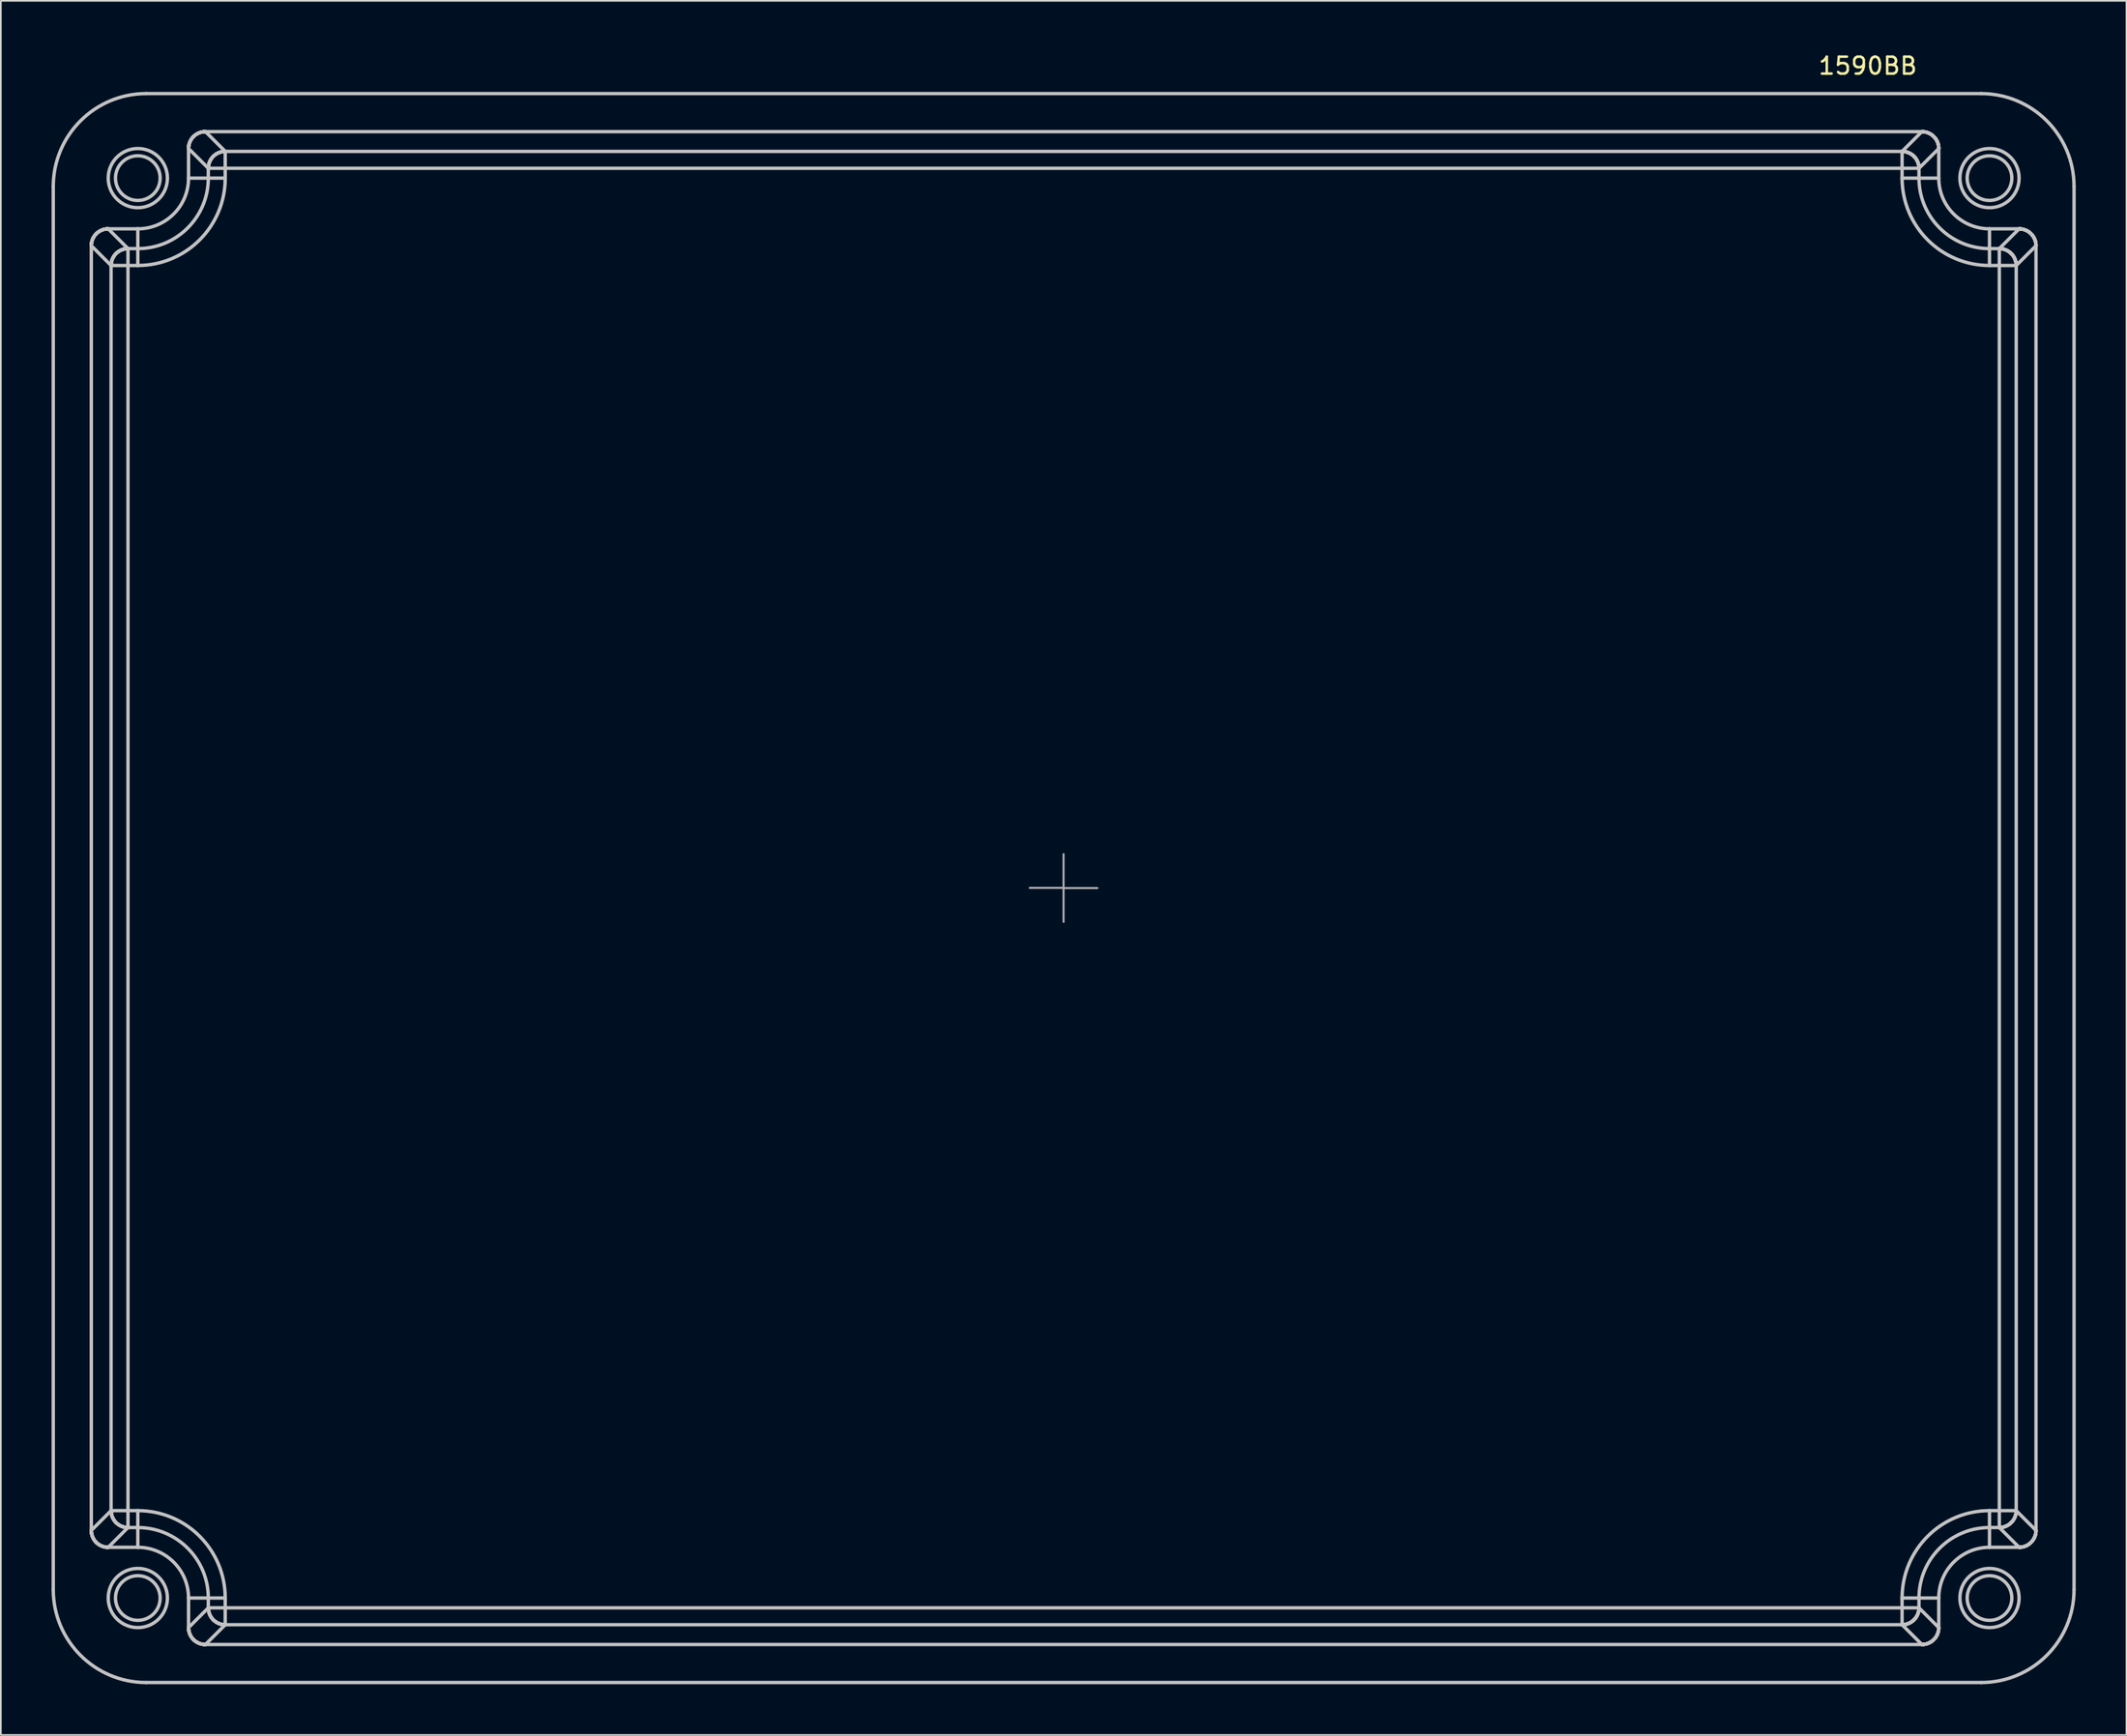
<source format=kicad_pcb>
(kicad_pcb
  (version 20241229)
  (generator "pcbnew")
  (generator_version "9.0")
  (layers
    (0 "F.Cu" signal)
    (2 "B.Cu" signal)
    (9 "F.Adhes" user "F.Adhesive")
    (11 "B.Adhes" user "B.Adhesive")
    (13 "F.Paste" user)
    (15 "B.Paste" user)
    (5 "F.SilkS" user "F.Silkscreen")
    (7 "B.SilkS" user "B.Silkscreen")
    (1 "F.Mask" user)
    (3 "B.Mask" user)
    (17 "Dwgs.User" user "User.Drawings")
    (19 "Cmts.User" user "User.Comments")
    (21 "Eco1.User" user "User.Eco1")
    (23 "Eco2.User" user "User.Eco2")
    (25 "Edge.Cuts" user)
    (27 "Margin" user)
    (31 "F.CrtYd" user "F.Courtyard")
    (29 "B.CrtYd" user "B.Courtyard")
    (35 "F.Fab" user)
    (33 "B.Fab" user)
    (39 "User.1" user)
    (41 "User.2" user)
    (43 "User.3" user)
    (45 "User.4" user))
  (footprint "1590BB"
    (layer "F.Cu")
    (at 59.856 49.448)
    (property "Reference" "1590BB" (at 47.55 -48.6 0) (layer "F.SilkS") (effects (font (size 1 1) (thickness 0.15))))
    (attr through_hole)
    (fp_line (start -59.756 -41.461) (end -59.756 41.539) (stroke (width 0.2) (type solid)) (layer "Dwgs.User"))
    (fp_line (start -57.506 -37.962) (end -56.337 -36.792) (stroke (width 0.2) (type solid)) (layer "Dwgs.User"))
    (fp_line (start -57.506 38.04) (end -57.506 -37.962) (stroke (width 0.2) (type solid)) (layer "Dwgs.User"))
    (fp_line (start -57.506 -37.998) (end -57.506 -37.986) (stroke (width 0.2) (type solid)) (layer "Dwgs.User"))
    (fp_line (start -57.506 -37.986) (end -57.506 -37.974) (stroke (width 0.2) (type solid)) (layer "Dwgs.User"))
    (fp_line (start -57.506 -37.974) (end -57.506 -37.962) (stroke (width 0.2) (type solid)) (layer "Dwgs.User"))
    (fp_line (start -57.506 38.04) (end -57.506 38.053) (stroke (width 0.2) (type solid)) (layer "Dwgs.User"))
    (fp_line (start -57.506 38.053) (end -57.506 38.065) (stroke (width 0.2) (type solid)) (layer "Dwgs.User"))
    (fp_line (start -57.506 38.065) (end -57.506 38.077) (stroke (width 0.2) (type solid)) (layer "Dwgs.User"))
    (fp_line (start -57.506 38.077) (end -57.505 38.089) (stroke (width 0.2) (type solid)) (layer "Dwgs.User"))
    (fp_line (start -57.505 -38.023) (end -57.505 -38.011) (stroke (width 0.2) (type solid)) (layer "Dwgs.User"))
    (fp_line (start -57.505 -38.011) (end -57.506 -37.998) (stroke (width 0.2) (type solid)) (layer "Dwgs.User"))
    (fp_line (start -57.505 38.089) (end -57.505 38.102) (stroke (width 0.2) (type solid)) (layer "Dwgs.User"))
    (fp_line (start -57.505 38.102) (end -57.504 38.114) (stroke (width 0.2) (type solid)) (layer "Dwgs.User"))
    (fp_line (start -57.504 -38.035) (end -57.505 -38.023) (stroke (width 0.2) (type solid)) (layer "Dwgs.User"))
    (fp_line (start -57.504 38.114) (end -57.503 38.126) (stroke (width 0.2) (type solid)) (layer "Dwgs.User"))
    (fp_line (start -57.503 -38.047) (end -57.504 -38.035) (stroke (width 0.2) (type solid)) (layer "Dwgs.User"))
    (fp_line (start -57.503 38.126) (end -57.502 38.138) (stroke (width 0.2) (type solid)) (layer "Dwgs.User"))
    (fp_line (start -57.502 -38.06) (end -57.503 -38.047) (stroke (width 0.2) (type solid)) (layer "Dwgs.User"))
    (fp_line (start -57.502 38.138) (end -57.5 38.15) (stroke (width 0.2) (type solid)) (layer "Dwgs.User"))
    (fp_line (start -57.5 -38.072) (end -57.502 -38.06) (stroke (width 0.2) (type solid)) (layer "Dwgs.User"))
    (fp_line (start -57.5 38.15) (end -57.499 38.163) (stroke (width 0.2) (type solid)) (layer "Dwgs.User"))
    (fp_line (start -57.499 -38.084) (end -57.5 -38.072) (stroke (width 0.2) (type solid)) (layer "Dwgs.User"))
    (fp_line (start -57.499 38.163) (end -57.497 38.175) (stroke (width 0.2) (type solid)) (layer "Dwgs.User"))
    (fp_line (start -57.497 -38.096) (end -57.499 -38.084) (stroke (width 0.2) (type solid)) (layer "Dwgs.User"))
    (fp_line (start -57.497 38.175) (end -57.496 38.187) (stroke (width 0.2) (type solid)) (layer "Dwgs.User"))
    (fp_line (start -57.496 -38.108) (end -57.497 -38.096) (stroke (width 0.2) (type solid)) (layer "Dwgs.User"))
    (fp_line (start -57.496 38.187) (end -57.494 38.199) (stroke (width 0.2) (type solid)) (layer "Dwgs.User"))
    (fp_line (start -57.494 -38.12) (end -57.496 -38.108) (stroke (width 0.2) (type solid)) (layer "Dwgs.User"))
    (fp_line (start -57.494 38.199) (end -57.492 38.211) (stroke (width 0.2) (type solid)) (layer "Dwgs.User"))
    (fp_line (start -57.492 -38.133) (end -57.494 -38.12) (stroke (width 0.2) (type solid)) (layer "Dwgs.User"))
    (fp_line (start -57.492 38.211) (end -57.49 38.223) (stroke (width 0.2) (type solid)) (layer "Dwgs.User"))
    (fp_line (start -57.49 -38.145) (end -57.492 -38.133) (stroke (width 0.2) (type solid)) (layer "Dwgs.User"))
    (fp_line (start -57.49 38.223) (end -57.487 38.235) (stroke (width 0.2) (type solid)) (layer "Dwgs.User"))
    (fp_line (start -57.487 -38.157) (end -57.49 -38.145) (stroke (width 0.2) (type solid)) (layer "Dwgs.User"))
    (fp_line (start -57.487 38.235) (end -57.485 38.247) (stroke (width 0.2) (type solid)) (layer "Dwgs.User"))
    (fp_line (start -57.485 -38.169) (end -57.487 -38.157) (stroke (width 0.2) (type solid)) (layer "Dwgs.User"))
    (fp_line (start -57.485 38.247) (end -57.482 38.259) (stroke (width 0.2) (type solid)) (layer "Dwgs.User"))
    (fp_line (start -57.482 -38.181) (end -57.485 -38.169) (stroke (width 0.2) (type solid)) (layer "Dwgs.User"))
    (fp_line (start -57.482 38.259) (end -57.479 38.271) (stroke (width 0.2) (type solid)) (layer "Dwgs.User"))
    (fp_line (start -57.479 -38.193) (end -57.482 -38.181) (stroke (width 0.2) (type solid)) (layer "Dwgs.User"))
    (fp_line (start -57.479 38.271) (end -57.477 38.283) (stroke (width 0.2) (type solid)) (layer "Dwgs.User"))
    (fp_line (start -57.477 -38.204) (end -57.479 -38.193) (stroke (width 0.2) (type solid)) (layer "Dwgs.User"))
    (fp_line (start -57.477 38.283) (end -57.474 38.295) (stroke (width 0.2) (type solid)) (layer "Dwgs.User"))
    (fp_line (start -57.474 -38.216) (end -57.477 -38.204) (stroke (width 0.2) (type solid)) (layer "Dwgs.User"))
    (fp_line (start -57.474 38.295) (end -57.47 38.307) (stroke (width 0.2) (type solid)) (layer "Dwgs.User"))
    (fp_line (start -57.47 -38.228) (end -57.474 -38.216) (stroke (width 0.2) (type solid)) (layer "Dwgs.User"))
    (fp_line (start -57.47 38.307) (end -57.467 38.319) (stroke (width 0.2) (type solid)) (layer "Dwgs.User"))
    (fp_line (start -57.467 -38.24) (end -57.47 -38.228) (stroke (width 0.2) (type solid)) (layer "Dwgs.User"))
    (fp_line (start -57.467 38.319) (end -57.463 38.33) (stroke (width 0.2) (type solid)) (layer "Dwgs.User"))
    (fp_line (start -57.463 -38.252) (end -57.467 -38.24) (stroke (width 0.2) (type solid)) (layer "Dwgs.User"))
    (fp_line (start -57.463 38.33) (end -57.46 38.342) (stroke (width 0.2) (type solid)) (layer "Dwgs.User"))
    (fp_line (start -57.46 -38.263) (end -57.463 -38.252) (stroke (width 0.2) (type solid)) (layer "Dwgs.User"))
    (fp_line (start -57.46 38.342) (end -57.456 38.354) (stroke (width 0.2) (type solid)) (layer "Dwgs.User"))
    (fp_line (start -57.456 -38.275) (end -57.46 -38.263) (stroke (width 0.2) (type solid)) (layer "Dwgs.User"))
    (fp_line (start -57.456 38.354) (end -57.452 38.365) (stroke (width 0.2) (type solid)) (layer "Dwgs.User"))
    (fp_line (start -57.452 -38.287) (end -57.456 -38.275) (stroke (width 0.2) (type solid)) (layer "Dwgs.User"))
    (fp_line (start -57.452 38.365) (end -57.448 38.377) (stroke (width 0.2) (type solid)) (layer "Dwgs.User"))
    (fp_line (start -57.448 -38.298) (end -57.452 -38.287) (stroke (width 0.2) (type solid)) (layer "Dwgs.User"))
    (fp_line (start -57.448 38.377) (end -57.444 38.389) (stroke (width 0.2) (type solid)) (layer "Dwgs.User"))
    (fp_line (start -57.444 -38.31) (end -57.448 -38.298) (stroke (width 0.2) (type solid)) (layer "Dwgs.User"))
    (fp_line (start -57.444 38.389) (end -57.44 38.4) (stroke (width 0.2) (type solid)) (layer "Dwgs.User"))
    (fp_line (start -57.44 -38.321) (end -57.444 -38.31) (stroke (width 0.2) (type solid)) (layer "Dwgs.User"))
    (fp_line (start -57.44 38.4) (end -57.435 38.411) (stroke (width 0.2) (type solid)) (layer "Dwgs.User"))
    (fp_line (start -57.435 -38.333) (end -57.44 -38.321) (stroke (width 0.2) (type solid)) (layer "Dwgs.User"))
    (fp_line (start -57.435 38.411) (end -57.43 38.423) (stroke (width 0.2) (type solid)) (layer "Dwgs.User"))
    (fp_line (start -57.43 -38.344) (end -57.435 -38.333) (stroke (width 0.2) (type solid)) (layer "Dwgs.User"))
    (fp_line (start -57.43 38.423) (end -57.426 38.434) (stroke (width 0.2) (type solid)) (layer "Dwgs.User"))
    (fp_line (start -57.426 -38.355) (end -57.43 -38.344) (stroke (width 0.2) (type solid)) (layer "Dwgs.User"))
    (fp_line (start -57.426 38.434) (end -57.421 38.445) (stroke (width 0.2) (type solid)) (layer "Dwgs.User"))
    (fp_line (start -57.421 -38.367) (end -57.426 -38.355) (stroke (width 0.2) (type solid)) (layer "Dwgs.User"))
    (fp_line (start -57.421 38.445) (end -57.416 38.456) (stroke (width 0.2) (type solid)) (layer "Dwgs.User"))
    (fp_line (start -57.416 -38.378) (end -57.421 -38.367) (stroke (width 0.2) (type solid)) (layer "Dwgs.User"))
    (fp_line (start -57.416 38.456) (end -57.411 38.468) (stroke (width 0.2) (type solid)) (layer "Dwgs.User"))
    (fp_line (start -57.411 -38.389) (end -57.416 -38.378) (stroke (width 0.2) (type solid)) (layer "Dwgs.User"))
    (fp_line (start -57.411 38.468) (end -57.405 38.479) (stroke (width 0.2) (type solid)) (layer "Dwgs.User"))
    (fp_line (start -57.405 -38.4) (end -57.411 -38.389) (stroke (width 0.2) (type solid)) (layer "Dwgs.User"))
    (fp_line (start -57.405 38.479) (end -57.4 38.49) (stroke (width 0.2) (type solid)) (layer "Dwgs.User"))
    (fp_line (start -57.4 -38.411) (end -57.405 -38.4) (stroke (width 0.2) (type solid)) (layer "Dwgs.User"))
    (fp_line (start -57.4 38.49) (end -57.394 38.501) (stroke (width 0.2) (type solid)) (layer "Dwgs.User"))
    (fp_line (start -57.394 -38.422) (end -57.4 -38.411) (stroke (width 0.2) (type solid)) (layer "Dwgs.User"))
    (fp_line (start -57.394 38.501) (end -57.389 38.511) (stroke (width 0.2) (type solid)) (layer "Dwgs.User"))
    (fp_line (start -57.389 -38.433) (end -57.394 -38.422) (stroke (width 0.2) (type solid)) (layer "Dwgs.User"))
    (fp_line (start -57.389 38.511) (end -57.383 38.522) (stroke (width 0.2) (type solid)) (layer "Dwgs.User"))
    (fp_line (start -57.383 -38.443) (end -57.389 -38.433) (stroke (width 0.2) (type solid)) (layer "Dwgs.User"))
    (fp_line (start -57.383 38.522) (end -57.377 38.533) (stroke (width 0.2) (type solid)) (layer "Dwgs.User"))
    (fp_line (start -57.377 -38.454) (end -57.383 -38.443) (stroke (width 0.2) (type solid)) (layer "Dwgs.User"))
    (fp_line (start -57.377 38.533) (end -57.371 38.543) (stroke (width 0.2) (type solid)) (layer "Dwgs.User"))
    (fp_line (start -57.371 -38.465) (end -57.377 -38.454) (stroke (width 0.2) (type solid)) (layer "Dwgs.User"))
    (fp_line (start -57.371 38.543) (end -57.364 38.554) (stroke (width 0.2) (type solid)) (layer "Dwgs.User"))
    (fp_line (start -57.364 -38.475) (end -57.371 -38.465) (stroke (width 0.2) (type solid)) (layer "Dwgs.User"))
    (fp_line (start -57.364 38.554) (end -57.358 38.565) (stroke (width 0.2) (type solid)) (layer "Dwgs.User"))
    (fp_line (start -57.358 -38.486) (end -57.364 -38.475) (stroke (width 0.2) (type solid)) (layer "Dwgs.User"))
    (fp_line (start -57.358 38.565) (end -57.352 38.575) (stroke (width 0.2) (type solid)) (layer "Dwgs.User"))
    (fp_line (start -57.352 -38.496) (end -57.358 -38.486) (stroke (width 0.2) (type solid)) (layer "Dwgs.User"))
    (fp_line (start -57.352 38.575) (end -57.345 38.585) (stroke (width 0.2) (type solid)) (layer "Dwgs.User"))
    (fp_line (start -57.345 -38.507) (end -57.352 -38.496) (stroke (width 0.2) (type solid)) (layer "Dwgs.User"))
    (fp_line (start -57.345 38.585) (end -57.338 38.595) (stroke (width 0.2) (type solid)) (layer "Dwgs.User"))
    (fp_line (start -57.338 -38.517) (end -57.345 -38.507) (stroke (width 0.2) (type solid)) (layer "Dwgs.User"))
    (fp_line (start -57.338 38.595) (end -57.331 38.606) (stroke (width 0.2) (type solid)) (layer "Dwgs.User"))
    (fp_line (start -57.331 -38.527) (end -57.338 -38.517) (stroke (width 0.2) (type solid)) (layer "Dwgs.User"))
    (fp_line (start -57.331 38.606) (end -57.324 38.616) (stroke (width 0.2) (type solid)) (layer "Dwgs.User"))
    (fp_line (start -57.324 -38.537) (end -57.331 -38.527) (stroke (width 0.2) (type solid)) (layer "Dwgs.User"))
    (fp_line (start -57.324 38.616) (end -57.317 38.626) (stroke (width 0.2) (type solid)) (layer "Dwgs.User"))
    (fp_line (start -57.317 -38.547) (end -57.324 -38.537) (stroke (width 0.2) (type solid)) (layer "Dwgs.User"))
    (fp_line (start -57.317 38.626) (end -57.31 38.636) (stroke (width 0.2) (type solid)) (layer "Dwgs.User"))
    (fp_line (start -57.31 -38.557) (end -57.317 -38.547) (stroke (width 0.2) (type solid)) (layer "Dwgs.User"))
    (fp_line (start -57.31 38.636) (end -57.303 38.645) (stroke (width 0.2) (type solid)) (layer "Dwgs.User"))
    (fp_line (start -57.303 -38.567) (end -57.31 -38.557) (stroke (width 0.2) (type solid)) (layer "Dwgs.User"))
    (fp_line (start -57.303 38.645) (end -57.295 38.655) (stroke (width 0.2) (type solid)) (layer "Dwgs.User"))
    (fp_line (start -57.295 -38.576) (end -57.303 -38.567) (stroke (width 0.2) (type solid)) (layer "Dwgs.User"))
    (fp_line (start -57.295 38.655) (end -57.288 38.665) (stroke (width 0.2) (type solid)) (layer "Dwgs.User"))
    (fp_line (start -57.288 -38.586) (end -57.295 -38.576) (stroke (width 0.2) (type solid)) (layer "Dwgs.User"))
    (fp_line (start -57.288 38.665) (end -57.28 38.674) (stroke (width 0.2) (type solid)) (layer "Dwgs.User"))
    (fp_line (start -57.28 -38.596) (end -57.288 -38.586) (stroke (width 0.2) (type solid)) (layer "Dwgs.User"))
    (fp_line (start -57.28 38.674) (end -57.272 38.684) (stroke (width 0.2) (type solid)) (layer "Dwgs.User"))
    (fp_line (start -57.272 -38.605) (end -57.28 -38.596) (stroke (width 0.2) (type solid)) (layer "Dwgs.User"))
    (fp_line (start -57.272 38.684) (end -57.264 38.693) (stroke (width 0.2) (type solid)) (layer "Dwgs.User"))
    (fp_line (start -57.264 -38.614) (end -57.272 -38.605) (stroke (width 0.2) (type solid)) (layer "Dwgs.User"))
    (fp_line (start -57.264 38.693) (end -57.256 38.702) (stroke (width 0.2) (type solid)) (layer "Dwgs.User"))
    (fp_line (start -57.256 -38.624) (end -57.264 -38.614) (stroke (width 0.2) (type solid)) (layer "Dwgs.User"))
    (fp_line (start -57.256 38.702) (end -57.248 38.711) (stroke (width 0.2) (type solid)) (layer "Dwgs.User"))
    (fp_line (start -57.248 -38.633) (end -57.256 -38.624) (stroke (width 0.2) (type solid)) (layer "Dwgs.User"))
    (fp_line (start -57.248 38.711) (end -57.24 38.72) (stroke (width 0.2) (type solid)) (layer "Dwgs.User"))
    (fp_line (start -57.24 -38.642) (end -57.248 -38.633) (stroke (width 0.2) (type solid)) (layer "Dwgs.User"))
    (fp_line (start -57.24 38.72) (end -57.231 38.729) (stroke (width 0.2) (type solid)) (layer "Dwgs.User"))
    (fp_line (start -57.231 -38.651) (end -57.24 -38.642) (stroke (width 0.2) (type solid)) (layer "Dwgs.User"))
    (fp_line (start -57.231 38.729) (end -57.223 38.738) (stroke (width 0.2) (type solid)) (layer "Dwgs.User"))
    (fp_line (start -57.223 -38.659) (end -57.231 -38.651) (stroke (width 0.2) (type solid)) (layer "Dwgs.User"))
    (fp_line (start -57.223 38.738) (end -57.214 38.747) (stroke (width 0.2) (type solid)) (layer "Dwgs.User"))
    (fp_line (start -57.214 -38.668) (end -57.223 -38.659) (stroke (width 0.2) (type solid)) (layer "Dwgs.User"))
    (fp_line (start -57.214 38.747) (end -57.205 38.755) (stroke (width 0.2) (type solid)) (layer "Dwgs.User"))
    (fp_line (start -57.205 -38.677) (end -57.214 -38.668) (stroke (width 0.2) (type solid)) (layer "Dwgs.User"))
    (fp_line (start -57.205 38.755) (end -57.196 38.764) (stroke (width 0.2) (type solid)) (layer "Dwgs.User"))
    (fp_line (start -57.196 -38.685) (end -57.205 -38.677) (stroke (width 0.2) (type solid)) (layer "Dwgs.User"))
    (fp_line (start -57.196 38.764) (end -57.188 38.772) (stroke (width 0.2) (type solid)) (layer "Dwgs.User"))
    (fp_line (start -57.188 -38.694) (end -57.196 -38.685) (stroke (width 0.2) (type solid)) (layer "Dwgs.User"))
    (fp_line (start -57.188 38.772) (end -57.178 38.781) (stroke (width 0.2) (type solid)) (layer "Dwgs.User"))
    (fp_line (start -57.178 -38.702) (end -57.188 -38.694) (stroke (width 0.2) (type solid)) (layer "Dwgs.User"))
    (fp_line (start -57.178 38.781) (end -57.169 38.789) (stroke (width 0.2) (type solid)) (layer "Dwgs.User"))
    (fp_line (start -57.169 -38.71) (end -57.178 -38.702) (stroke (width 0.2) (type solid)) (layer "Dwgs.User"))
    (fp_line (start -57.169 38.789) (end -57.16 38.797) (stroke (width 0.2) (type solid)) (layer "Dwgs.User"))
    (fp_line (start -57.16 -38.718) (end -57.169 -38.71) (stroke (width 0.2) (type solid)) (layer "Dwgs.User"))
    (fp_line (start -57.16 38.797) (end -57.151 38.805) (stroke (width 0.2) (type solid)) (layer "Dwgs.User"))
    (fp_line (start -57.151 -38.726) (end -57.16 -38.718) (stroke (width 0.2) (type solid)) (layer "Dwgs.User"))
    (fp_line (start -57.151 38.805) (end -57.141 38.813) (stroke (width 0.2) (type solid)) (layer "Dwgs.User"))
    (fp_line (start -57.141 -38.734) (end -57.151 -38.726) (stroke (width 0.2) (type solid)) (layer "Dwgs.User"))
    (fp_line (start -57.141 38.813) (end -57.132 38.82) (stroke (width 0.2) (type solid)) (layer "Dwgs.User"))
    (fp_line (start -57.132 -38.742) (end -57.141 -38.734) (stroke (width 0.2) (type solid)) (layer "Dwgs.User"))
    (fp_line (start -57.132 38.82) (end -57.122 38.828) (stroke (width 0.2) (type solid)) (layer "Dwgs.User"))
    (fp_line (start -57.122 -38.749) (end -57.132 -38.742) (stroke (width 0.2) (type solid)) (layer "Dwgs.User"))
    (fp_line (start -57.122 38.828) (end -57.113 38.835) (stroke (width 0.2) (type solid)) (layer "Dwgs.User"))
    (fp_line (start -57.113 -38.757) (end -57.122 -38.749) (stroke (width 0.2) (type solid)) (layer "Dwgs.User"))
    (fp_line (start -57.113 38.835) (end -57.103 38.843) (stroke (width 0.2) (type solid)) (layer "Dwgs.User"))
    (fp_line (start -57.103 -38.764) (end -57.113 -38.757) (stroke (width 0.2) (type solid)) (layer "Dwgs.User"))
    (fp_line (start -57.103 38.843) (end -57.093 38.85) (stroke (width 0.2) (type solid)) (layer "Dwgs.User"))
    (fp_line (start -57.093 -38.771) (end -57.103 -38.764) (stroke (width 0.2) (type solid)) (layer "Dwgs.User"))
    (fp_line (start -57.093 38.85) (end -57.083 38.857) (stroke (width 0.2) (type solid)) (layer "Dwgs.User"))
    (fp_line (start -57.083 -38.779) (end -57.093 -38.771) (stroke (width 0.2) (type solid)) (layer "Dwgs.User"))
    (fp_line (start -57.083 38.857) (end -57.073 38.864) (stroke (width 0.2) (type solid)) (layer "Dwgs.User"))
    (fp_line (start -57.073 -38.786) (end -57.083 -38.779) (stroke (width 0.2) (type solid)) (layer "Dwgs.User"))
    (fp_line (start -57.073 38.864) (end -57.063 38.871) (stroke (width 0.2) (type solid)) (layer "Dwgs.User"))
    (fp_line (start -57.063 -38.792) (end -57.073 -38.786) (stroke (width 0.2) (type solid)) (layer "Dwgs.User"))
    (fp_line (start -57.063 38.871) (end -57.052 38.878) (stroke (width 0.2) (type solid)) (layer "Dwgs.User"))
    (fp_line (start -57.052 -38.799) (end -57.063 -38.792) (stroke (width 0.2) (type solid)) (layer "Dwgs.User"))
    (fp_line (start -57.052 38.878) (end -57.042 38.884) (stroke (width 0.2) (type solid)) (layer "Dwgs.User"))
    (fp_line (start -57.042 -38.806) (end -57.052 -38.799) (stroke (width 0.2) (type solid)) (layer "Dwgs.User"))
    (fp_line (start -57.042 38.884) (end -57.032 38.891) (stroke (width 0.2) (type solid)) (layer "Dwgs.User"))
    (fp_line (start -57.032 -38.812) (end -57.042 -38.806) (stroke (width 0.2) (type solid)) (layer "Dwgs.User"))
    (fp_line (start -57.032 38.891) (end -57.021 38.897) (stroke (width 0.2) (type solid)) (layer "Dwgs.User"))
    (fp_line (start -57.021 -38.819) (end -57.032 -38.812) (stroke (width 0.2) (type solid)) (layer "Dwgs.User"))
    (fp_line (start -57.021 38.897) (end -57.011 38.903) (stroke (width 0.2) (type solid)) (layer "Dwgs.User"))
    (fp_line (start -57.011 -38.825) (end -57.021 -38.819) (stroke (width 0.2) (type solid)) (layer "Dwgs.User"))
    (fp_line (start -57.011 38.903) (end -57 38.91) (stroke (width 0.2) (type solid)) (layer "Dwgs.User"))
    (fp_line (start -57 -38.831) (end -57.011 -38.825) (stroke (width 0.2) (type solid)) (layer "Dwgs.User"))
    (fp_line (start -57 38.91) (end -56.989 38.916) (stroke (width 0.2) (type solid)) (layer "Dwgs.User"))
    (fp_line (start -56.989 -38.837) (end -57 -38.831) (stroke (width 0.2) (type solid)) (layer "Dwgs.User"))
    (fp_line (start -56.989 38.916) (end -56.979 38.921) (stroke (width 0.2) (type solid)) (layer "Dwgs.User"))
    (fp_line (start -56.979 -38.843) (end -56.989 -38.837) (stroke (width 0.2) (type solid)) (layer "Dwgs.User"))
    (fp_line (start -56.979 38.921) (end -56.968 38.927) (stroke (width 0.2) (type solid)) (layer "Dwgs.User"))
    (fp_line (start -56.968 -38.848) (end -56.979 -38.843) (stroke (width 0.2) (type solid)) (layer "Dwgs.User"))
    (fp_line (start -56.968 38.927) (end -56.957 38.933) (stroke (width 0.2) (type solid)) (layer "Dwgs.User"))
    (fp_line (start -56.957 -38.854) (end -56.968 -38.848) (stroke (width 0.2) (type solid)) (layer "Dwgs.User"))
    (fp_line (start -56.957 38.933) (end -56.946 38.938) (stroke (width 0.2) (type solid)) (layer "Dwgs.User"))
    (fp_line (start -56.946 -38.859) (end -56.957 -38.854) (stroke (width 0.2) (type solid)) (layer "Dwgs.User"))
    (fp_line (start -56.946 38.938) (end -56.935 38.943) (stroke (width 0.2) (type solid)) (layer "Dwgs.User"))
    (fp_line (start -56.935 -38.865) (end -56.946 -38.859) (stroke (width 0.2) (type solid)) (layer "Dwgs.User"))
    (fp_line (start -56.935 38.943) (end -56.924 38.949) (stroke (width 0.2) (type solid)) (layer "Dwgs.User"))
    (fp_line (start -56.924 -38.87) (end -56.935 -38.865) (stroke (width 0.2) (type solid)) (layer "Dwgs.User"))
    (fp_line (start -56.924 38.949) (end -56.912 38.954) (stroke (width 0.2) (type solid)) (layer "Dwgs.User"))
    (fp_line (start -56.912 -38.875) (end -56.924 -38.87) (stroke (width 0.2) (type solid)) (layer "Dwgs.User"))
    (fp_line (start -56.912 38.954) (end -56.901 38.959) (stroke (width 0.2) (type solid)) (layer "Dwgs.User"))
    (fp_line (start -56.901 -38.88) (end -56.912 -38.875) (stroke (width 0.2) (type solid)) (layer "Dwgs.User"))
    (fp_line (start -56.901 38.959) (end -56.89 38.963) (stroke (width 0.2) (type solid)) (layer "Dwgs.User"))
    (fp_line (start -56.89 -38.885) (end -56.901 -38.88) (stroke (width 0.2) (type solid)) (layer "Dwgs.User"))
    (fp_line (start -56.89 38.963) (end -56.879 38.968) (stroke (width 0.2) (type solid)) (layer "Dwgs.User"))
    (fp_line (start -56.879 -38.889) (end -56.89 -38.885) (stroke (width 0.2) (type solid)) (layer "Dwgs.User"))
    (fp_line (start -56.879 38.968) (end -56.867 38.972) (stroke (width 0.2) (type solid)) (layer "Dwgs.User"))
    (fp_line (start -56.867 -38.894) (end -56.879 -38.889) (stroke (width 0.2) (type solid)) (layer "Dwgs.User"))
    (fp_line (start -56.867 38.972) (end -56.856 38.977) (stroke (width 0.2) (type solid)) (layer "Dwgs.User"))
    (fp_line (start -56.856 -38.898) (end -56.867 -38.894) (stroke (width 0.2) (type solid)) (layer "Dwgs.User"))
    (fp_line (start -56.856 38.977) (end -56.844 38.981) (stroke (width 0.2) (type solid)) (layer "Dwgs.User"))
    (fp_line (start -56.844 -38.902) (end -56.856 -38.898) (stroke (width 0.2) (type solid)) (layer "Dwgs.User"))
    (fp_line (start -56.844 38.981) (end -56.833 38.985) (stroke (width 0.2) (type solid)) (layer "Dwgs.User"))
    (fp_line (start -56.833 -38.906) (end -56.844 -38.902) (stroke (width 0.2) (type solid)) (layer "Dwgs.User"))
    (fp_line (start -56.833 38.985) (end -56.821 38.989) (stroke (width 0.2) (type solid)) (layer "Dwgs.User"))
    (fp_line (start -56.821 -38.91) (end -56.833 -38.906) (stroke (width 0.2) (type solid)) (layer "Dwgs.User"))
    (fp_line (start -56.821 38.989) (end -56.809 38.993) (stroke (width 0.2) (type solid)) (layer "Dwgs.User"))
    (fp_line (start -56.809 -38.914) (end -56.821 -38.91) (stroke (width 0.2) (type solid)) (layer "Dwgs.User"))
    (fp_line (start -56.809 38.993) (end -56.798 38.996) (stroke (width 0.2) (type solid)) (layer "Dwgs.User"))
    (fp_line (start -56.798 -38.918) (end -56.809 -38.914) (stroke (width 0.2) (type solid)) (layer "Dwgs.User"))
    (fp_line (start -56.798 38.996) (end -56.786 39) (stroke (width 0.2) (type solid)) (layer "Dwgs.User"))
    (fp_line (start -56.786 -38.921) (end -56.798 -38.918) (stroke (width 0.2) (type solid)) (layer "Dwgs.User"))
    (fp_line (start -56.786 39) (end -56.774 39.003) (stroke (width 0.2) (type solid)) (layer "Dwgs.User"))
    (fp_line (start -56.774 -38.925) (end -56.786 -38.921) (stroke (width 0.2) (type solid)) (layer "Dwgs.User"))
    (fp_line (start -56.774 39.003) (end -56.762 39.006) (stroke (width 0.2) (type solid)) (layer "Dwgs.User"))
    (fp_line (start -56.762 -38.928) (end -56.774 -38.925) (stroke (width 0.2) (type solid)) (layer "Dwgs.User"))
    (fp_line (start -56.762 39.006) (end -56.75 39.009) (stroke (width 0.2) (type solid)) (layer "Dwgs.User"))
    (fp_line (start -56.75 -38.931) (end -56.762 -38.928) (stroke (width 0.2) (type solid)) (layer "Dwgs.User"))
    (fp_line (start -56.75 39.009) (end -56.738 39.012) (stroke (width 0.2) (type solid)) (layer "Dwgs.User"))
    (fp_line (start -56.738 -38.934) (end -56.75 -38.931) (stroke (width 0.2) (type solid)) (layer "Dwgs.User"))
    (fp_line (start -56.738 39.012) (end -56.726 39.015) (stroke (width 0.2) (type solid)) (layer "Dwgs.User"))
    (fp_line (start -56.726 -38.936) (end -56.738 -38.934) (stroke (width 0.2) (type solid)) (layer "Dwgs.User"))
    (fp_line (start -56.726 39.015) (end -56.714 39.018) (stroke (width 0.2) (type solid)) (layer "Dwgs.User"))
    (fp_line (start -56.714 -38.939) (end -56.726 -38.936) (stroke (width 0.2) (type solid)) (layer "Dwgs.User"))
    (fp_line (start -56.714 39.018) (end -56.702 39.02) (stroke (width 0.2) (type solid)) (layer "Dwgs.User"))
    (fp_line (start -56.702 -38.941) (end -56.714 -38.939) (stroke (width 0.2) (type solid)) (layer "Dwgs.User"))
    (fp_line (start -56.702 39.02) (end -56.69 39.022) (stroke (width 0.2) (type solid)) (layer "Dwgs.User"))
    (fp_line (start -56.69 -38.944) (end -56.702 -38.941) (stroke (width 0.2) (type solid)) (layer "Dwgs.User"))
    (fp_line (start -56.69 39.022) (end -56.678 39.025) (stroke (width 0.2) (type solid)) (layer "Dwgs.User"))
    (fp_line (start -56.678 -38.946) (end -56.69 -38.944) (stroke (width 0.2) (type solid)) (layer "Dwgs.User"))
    (fp_line (start -56.678 39.025) (end -56.666 39.027) (stroke (width 0.2) (type solid)) (layer "Dwgs.User"))
    (fp_line (start -56.666 -38.948) (end -56.678 -38.946) (stroke (width 0.2) (type solid)) (layer "Dwgs.User"))
    (fp_line (start -56.666 39.027) (end -56.654 39.029) (stroke (width 0.2) (type solid)) (layer "Dwgs.User"))
    (fp_line (start -56.654 -38.95) (end -56.666 -38.948) (stroke (width 0.2) (type solid)) (layer "Dwgs.User"))
    (fp_line (start -56.654 39.029) (end -56.642 39.03) (stroke (width 0.2) (type solid)) (layer "Dwgs.User"))
    (fp_line (start -56.642 -38.952) (end -56.654 -38.95) (stroke (width 0.2) (type solid)) (layer "Dwgs.User"))
    (fp_line (start -56.642 39.03) (end -56.63 39.032) (stroke (width 0.2) (type solid)) (layer "Dwgs.User"))
    (fp_line (start -56.63 -38.953) (end -56.642 -38.952) (stroke (width 0.2) (type solid)) (layer "Dwgs.User"))
    (fp_line (start -56.63 39.032) (end -56.618 39.033) (stroke (width 0.2) (type solid)) (layer "Dwgs.User"))
    (fp_line (start -56.618 -38.955) (end -56.63 -38.953) (stroke (width 0.2) (type solid)) (layer "Dwgs.User"))
    (fp_line (start -56.618 39.033) (end -56.605 39.035) (stroke (width 0.2) (type solid)) (layer "Dwgs.User"))
    (fp_line (start -56.605 -38.956) (end -56.618 -38.955) (stroke (width 0.2) (type solid)) (layer "Dwgs.User"))
    (fp_line (start -56.605 39.035) (end -56.593 39.036) (stroke (width 0.2) (type solid)) (layer "Dwgs.User"))
    (fp_line (start -56.593 -38.957) (end -56.605 -38.956) (stroke (width 0.2) (type solid)) (layer "Dwgs.User"))
    (fp_line (start -56.593 39.036) (end -56.581 39.037) (stroke (width 0.2) (type solid)) (layer "Dwgs.User"))
    (fp_line (start -56.581 -38.958) (end -56.593 -38.957) (stroke (width 0.2) (type solid)) (layer "Dwgs.User"))
    (fp_line (start -56.581 39.037) (end -56.569 39.037) (stroke (width 0.2) (type solid)) (layer "Dwgs.User"))
    (fp_line (start -56.569 -38.959) (end -56.581 -38.958) (stroke (width 0.2) (type solid)) (layer "Dwgs.User"))
    (fp_line (start -56.569 39.037) (end -56.556 39.038) (stroke (width 0.2) (type solid)) (layer "Dwgs.User"))
    (fp_line (start -56.556 -38.959) (end -56.569 -38.959) (stroke (width 0.2) (type solid)) (layer "Dwgs.User"))
    (fp_line (start -56.556 39.038) (end -56.544 39.039) (stroke (width 0.2) (type solid)) (layer "Dwgs.User"))
    (fp_line (start -56.544 -38.96) (end -56.556 -38.959) (stroke (width 0.2) (type solid)) (layer "Dwgs.User"))
    (fp_line (start -56.544 39.039) (end -56.532 39.039) (stroke (width 0.2) (type solid)) (layer "Dwgs.User"))
    (fp_line (start -56.532 -38.96) (end -56.544 -38.96) (stroke (width 0.2) (type solid)) (layer "Dwgs.User"))
    (fp_line (start -56.532 39.039) (end -56.52 39.039) (stroke (width 0.2) (type solid)) (layer "Dwgs.User"))
    (fp_line (start -56.52 -38.961) (end -56.532 -38.96) (stroke (width 0.2) (type solid)) (layer "Dwgs.User"))
    (fp_line (start -56.52 39.039) (end -56.507 39.039) (stroke (width 0.2) (type solid)) (layer "Dwgs.User"))
    (fp_line (start -56.507 -38.961) (end -54.756 -38.961) (stroke (width 0.2) (type solid)) (layer "Dwgs.User"))
    (fp_line (start -56.507 39.039) (end -55.338 37.869) (stroke (width 0.2) (type solid)) (layer "Dwgs.User"))
    (fp_line (start -56.507 -38.961) (end -56.52 -38.961) (stroke (width 0.2) (type solid)) (layer "Dwgs.User"))
    (fp_line (start -56.337 -36.804) (end -56.337 -36.792) (stroke (width 0.2) (type solid)) (layer "Dwgs.User"))
    (fp_line (start -56.337 36.87) (end -56.337 36.883) (stroke (width 0.2) (type solid)) (layer "Dwgs.User"))
    (fp_line (start -56.337 36.883) (end -56.336 36.895) (stroke (width 0.2) (type solid)) (layer "Dwgs.User"))
    (fp_line (start -56.337 -36.792) (end -56.337 36.87) (stroke (width 0.2) (type solid)) (layer "Dwgs.User"))
    (fp_line (start -56.337 -36.792) (end -55.338 -36.792) (stroke (width 0.2) (type solid)) (layer "Dwgs.User"))
    (fp_line (start -56.337 36.87) (end -57.506 38.04) (stroke (width 0.2) (type solid)) (layer "Dwgs.User"))
    (fp_line (start -56.336 -36.829) (end -56.336 -36.816) (stroke (width 0.2) (type solid)) (layer "Dwgs.User"))
    (fp_line (start -56.336 -36.816) (end -56.337 -36.804) (stroke (width 0.2) (type solid)) (layer "Dwgs.User"))
    (fp_line (start -56.336 36.895) (end -56.336 36.907) (stroke (width 0.2) (type solid)) (layer "Dwgs.User"))
    (fp_line (start -56.336 36.907) (end -56.335 36.919) (stroke (width 0.2) (type solid)) (layer "Dwgs.User"))
    (fp_line (start -56.335 -36.853) (end -56.335 -36.841) (stroke (width 0.2) (type solid)) (layer "Dwgs.User"))
    (fp_line (start -56.335 -36.841) (end -56.336 -36.829) (stroke (width 0.2) (type solid)) (layer "Dwgs.User"))
    (fp_line (start -56.335 36.919) (end -56.335 36.932) (stroke (width 0.2) (type solid)) (layer "Dwgs.User"))
    (fp_line (start -56.335 36.932) (end -56.334 36.944) (stroke (width 0.2) (type solid)) (layer "Dwgs.User"))
    (fp_line (start -56.334 -36.865) (end -56.335 -36.853) (stroke (width 0.2) (type solid)) (layer "Dwgs.User"))
    (fp_line (start -56.334 36.944) (end -56.333 36.956) (stroke (width 0.2) (type solid)) (layer "Dwgs.User"))
    (fp_line (start -56.333 -36.877) (end -56.334 -36.865) (stroke (width 0.2) (type solid)) (layer "Dwgs.User"))
    (fp_line (start -56.333 36.956) (end -56.332 36.968) (stroke (width 0.2) (type solid)) (layer "Dwgs.User"))
    (fp_line (start -56.332 -36.89) (end -56.333 -36.877) (stroke (width 0.2) (type solid)) (layer "Dwgs.User"))
    (fp_line (start -56.332 36.968) (end -56.33 36.98) (stroke (width 0.2) (type solid)) (layer "Dwgs.User"))
    (fp_line (start -56.33 -36.902) (end -56.332 -36.89) (stroke (width 0.2) (type solid)) (layer "Dwgs.User"))
    (fp_line (start -56.33 36.98) (end -56.329 36.993) (stroke (width 0.2) (type solid)) (layer "Dwgs.User"))
    (fp_line (start -56.329 -36.914) (end -56.33 -36.902) (stroke (width 0.2) (type solid)) (layer "Dwgs.User"))
    (fp_line (start -56.329 36.993) (end -56.327 37.005) (stroke (width 0.2) (type solid)) (layer "Dwgs.User"))
    (fp_line (start -56.327 -36.926) (end -56.329 -36.914) (stroke (width 0.2) (type solid)) (layer "Dwgs.User"))
    (fp_line (start -56.327 37.005) (end -56.326 37.017) (stroke (width 0.2) (type solid)) (layer "Dwgs.User"))
    (fp_line (start -56.326 -36.938) (end -56.327 -36.926) (stroke (width 0.2) (type solid)) (layer "Dwgs.User"))
    (fp_line (start -56.326 37.017) (end -56.324 37.029) (stroke (width 0.2) (type solid)) (layer "Dwgs.User"))
    (fp_line (start -56.324 -36.95) (end -56.326 -36.938) (stroke (width 0.2) (type solid)) (layer "Dwgs.User"))
    (fp_line (start -56.324 37.029) (end -56.322 37.041) (stroke (width 0.2) (type solid)) (layer "Dwgs.User"))
    (fp_line (start -56.322 -36.962) (end -56.324 -36.95) (stroke (width 0.2) (type solid)) (layer "Dwgs.User"))
    (fp_line (start -56.322 37.041) (end -56.319 37.053) (stroke (width 0.2) (type solid)) (layer "Dwgs.User"))
    (fp_line (start -56.319 -36.974) (end -56.322 -36.962) (stroke (width 0.2) (type solid)) (layer "Dwgs.User"))
    (fp_line (start -56.319 37.053) (end -56.317 37.065) (stroke (width 0.2) (type solid)) (layer "Dwgs.User"))
    (fp_line (start -56.317 -36.986) (end -56.319 -36.974) (stroke (width 0.2) (type solid)) (layer "Dwgs.User"))
    (fp_line (start -56.317 37.065) (end -56.315 37.077) (stroke (width 0.2) (type solid)) (layer "Dwgs.User"))
    (fp_line (start -56.315 -36.998) (end -56.317 -36.986) (stroke (width 0.2) (type solid)) (layer "Dwgs.User"))
    (fp_line (start -56.315 37.077) (end -56.312 37.089) (stroke (width 0.2) (type solid)) (layer "Dwgs.User"))
    (fp_line (start -56.312 -37.01) (end -56.315 -36.998) (stroke (width 0.2) (type solid)) (layer "Dwgs.User"))
    (fp_line (start -56.312 37.089) (end -56.309 37.101) (stroke (width 0.2) (type solid)) (layer "Dwgs.User"))
    (fp_line (start -56.309 -37.022) (end -56.312 -37.01) (stroke (width 0.2) (type solid)) (layer "Dwgs.User"))
    (fp_line (start -56.309 37.101) (end -56.306 37.113) (stroke (width 0.2) (type solid)) (layer "Dwgs.User"))
    (fp_line (start -56.306 -37.034) (end -56.309 -37.022) (stroke (width 0.2) (type solid)) (layer "Dwgs.User"))
    (fp_line (start -56.306 37.113) (end -56.303 37.125) (stroke (width 0.2) (type solid)) (layer "Dwgs.User"))
    (fp_line (start -56.303 -37.046) (end -56.306 -37.034) (stroke (width 0.2) (type solid)) (layer "Dwgs.User"))
    (fp_line (start -56.303 37.125) (end -56.3 37.137) (stroke (width 0.2) (type solid)) (layer "Dwgs.User"))
    (fp_line (start -56.3 -37.058) (end -56.303 -37.046) (stroke (width 0.2) (type solid)) (layer "Dwgs.User"))
    (fp_line (start -56.3 37.137) (end -56.297 37.148) (stroke (width 0.2) (type solid)) (layer "Dwgs.User"))
    (fp_line (start -56.297 -37.07) (end -56.3 -37.058) (stroke (width 0.2) (type solid)) (layer "Dwgs.User"))
    (fp_line (start -56.297 37.148) (end -56.293 37.16) (stroke (width 0.2) (type solid)) (layer "Dwgs.User"))
    (fp_line (start -56.293 -37.081) (end -56.297 -37.07) (stroke (width 0.2) (type solid)) (layer "Dwgs.User"))
    (fp_line (start -56.293 37.16) (end -56.29 37.172) (stroke (width 0.2) (type solid)) (layer "Dwgs.User"))
    (fp_line (start -56.29 -37.093) (end -56.293 -37.081) (stroke (width 0.2) (type solid)) (layer "Dwgs.User"))
    (fp_line (start -56.29 37.172) (end -56.286 37.183) (stroke (width 0.2) (type solid)) (layer "Dwgs.User"))
    (fp_line (start -56.286 -37.105) (end -56.29 -37.093) (stroke (width 0.2) (type solid)) (layer "Dwgs.User"))
    (fp_line (start -56.286 37.183) (end -56.282 37.195) (stroke (width 0.2) (type solid)) (layer "Dwgs.User"))
    (fp_line (start -56.282 -37.116) (end -56.286 -37.105) (stroke (width 0.2) (type solid)) (layer "Dwgs.User"))
    (fp_line (start -56.282 37.195) (end -56.278 37.207) (stroke (width 0.2) (type solid)) (layer "Dwgs.User"))
    (fp_line (start -56.278 -37.128) (end -56.282 -37.116) (stroke (width 0.2) (type solid)) (layer "Dwgs.User"))
    (fp_line (start -56.278 37.207) (end -56.274 37.218) (stroke (width 0.2) (type solid)) (layer "Dwgs.User"))
    (fp_line (start -56.274 -37.139) (end -56.278 -37.128) (stroke (width 0.2) (type solid)) (layer "Dwgs.User"))
    (fp_line (start -56.274 37.218) (end -56.269 37.23) (stroke (width 0.2) (type solid)) (layer "Dwgs.User"))
    (fp_line (start -56.269 -37.151) (end -56.274 -37.139) (stroke (width 0.2) (type solid)) (layer "Dwgs.User"))
    (fp_line (start -56.269 37.23) (end -56.265 37.241) (stroke (width 0.2) (type solid)) (layer "Dwgs.User"))
    (fp_line (start -56.265 -37.162) (end -56.269 -37.151) (stroke (width 0.2) (type solid)) (layer "Dwgs.User"))
    (fp_line (start -56.265 37.241) (end -56.26 37.252) (stroke (width 0.2) (type solid)) (layer "Dwgs.User"))
    (fp_line (start -56.26 -37.174) (end -56.265 -37.162) (stroke (width 0.2) (type solid)) (layer "Dwgs.User"))
    (fp_line (start -56.26 37.252) (end -56.255 37.264) (stroke (width 0.2) (type solid)) (layer "Dwgs.User"))
    (fp_line (start -56.255 -37.185) (end -56.26 -37.174) (stroke (width 0.2) (type solid)) (layer "Dwgs.User"))
    (fp_line (start -56.255 37.264) (end -56.25 37.275) (stroke (width 0.2) (type solid)) (layer "Dwgs.User"))
    (fp_line (start -56.25 -37.196) (end -56.255 -37.185) (stroke (width 0.2) (type solid)) (layer "Dwgs.User"))
    (fp_line (start -56.25 37.275) (end -56.245 37.286) (stroke (width 0.2) (type solid)) (layer "Dwgs.User"))
    (fp_line (start -56.245 -37.207) (end -56.25 -37.196) (stroke (width 0.2) (type solid)) (layer "Dwgs.User"))
    (fp_line (start -56.245 37.286) (end -56.24 37.297) (stroke (width 0.2) (type solid)) (layer "Dwgs.User"))
    (fp_line (start -56.24 -37.218) (end -56.245 -37.207) (stroke (width 0.2) (type solid)) (layer "Dwgs.User"))
    (fp_line (start -56.24 37.297) (end -56.235 37.308) (stroke (width 0.2) (type solid)) (layer "Dwgs.User"))
    (fp_line (start -56.235 -37.229) (end -56.24 -37.218) (stroke (width 0.2) (type solid)) (layer "Dwgs.User"))
    (fp_line (start -56.235 37.308) (end -56.229 37.319) (stroke (width 0.2) (type solid)) (layer "Dwgs.User"))
    (fp_line (start -56.229 -37.24) (end -56.235 -37.229) (stroke (width 0.2) (type solid)) (layer "Dwgs.User"))
    (fp_line (start -56.229 37.319) (end -56.224 37.33) (stroke (width 0.2) (type solid)) (layer "Dwgs.User"))
    (fp_line (start -56.224 -37.251) (end -56.229 -37.24) (stroke (width 0.2) (type solid)) (layer "Dwgs.User"))
    (fp_line (start -56.224 37.33) (end -56.218 37.341) (stroke (width 0.2) (type solid)) (layer "Dwgs.User"))
    (fp_line (start -56.218 -37.262) (end -56.224 -37.251) (stroke (width 0.2) (type solid)) (layer "Dwgs.User"))
    (fp_line (start -56.218 37.341) (end -56.212 37.352) (stroke (width 0.2) (type solid)) (layer "Dwgs.User"))
    (fp_line (start -56.212 -37.273) (end -56.218 -37.262) (stroke (width 0.2) (type solid)) (layer "Dwgs.User"))
    (fp_line (start -56.212 37.352) (end -56.206 37.362) (stroke (width 0.2) (type solid)) (layer "Dwgs.User"))
    (fp_line (start -56.206 -37.284) (end -56.212 -37.273) (stroke (width 0.2) (type solid)) (layer "Dwgs.User"))
    (fp_line (start -56.206 37.362) (end -56.2 37.373) (stroke (width 0.2) (type solid)) (layer "Dwgs.User"))
    (fp_line (start -56.2 -37.294) (end -56.206 -37.284) (stroke (width 0.2) (type solid)) (layer "Dwgs.User"))
    (fp_line (start -56.2 37.373) (end -56.194 37.383) (stroke (width 0.2) (type solid)) (layer "Dwgs.User"))
    (fp_line (start -56.194 -37.305) (end -56.2 -37.294) (stroke (width 0.2) (type solid)) (layer "Dwgs.User"))
    (fp_line (start -56.194 37.383) (end -56.188 37.394) (stroke (width 0.2) (type solid)) (layer "Dwgs.User"))
    (fp_line (start -56.188 -37.315) (end -56.194 -37.305) (stroke (width 0.2) (type solid)) (layer "Dwgs.User"))
    (fp_line (start -56.188 37.394) (end -56.181 37.404) (stroke (width 0.2) (type solid)) (layer "Dwgs.User"))
    (fp_line (start -56.181 -37.326) (end -56.188 -37.315) (stroke (width 0.2) (type solid)) (layer "Dwgs.User"))
    (fp_line (start -56.181 37.404) (end -56.174 37.415) (stroke (width 0.2) (type solid)) (layer "Dwgs.User"))
    (fp_line (start -56.174 -37.336) (end -56.181 -37.326) (stroke (width 0.2) (type solid)) (layer "Dwgs.User"))
    (fp_line (start -56.174 37.415) (end -56.168 37.425) (stroke (width 0.2) (type solid)) (layer "Dwgs.User"))
    (fp_line (start -56.168 -37.346) (end -56.174 -37.336) (stroke (width 0.2) (type solid)) (layer "Dwgs.User"))
    (fp_line (start -56.168 37.425) (end -56.161 37.435) (stroke (width 0.2) (type solid)) (layer "Dwgs.User"))
    (fp_line (start -56.161 -37.356) (end -56.168 -37.346) (stroke (width 0.2) (type solid)) (layer "Dwgs.User"))
    (fp_line (start -56.161 37.435) (end -56.154 37.445) (stroke (width 0.2) (type solid)) (layer "Dwgs.User"))
    (fp_line (start -56.154 -37.366) (end -56.161 -37.356) (stroke (width 0.2) (type solid)) (layer "Dwgs.User"))
    (fp_line (start -56.154 37.445) (end -56.147 37.455) (stroke (width 0.2) (type solid)) (layer "Dwgs.User"))
    (fp_line (start -56.147 -37.376) (end -56.154 -37.366) (stroke (width 0.2) (type solid)) (layer "Dwgs.User"))
    (fp_line (start -56.147 37.455) (end -56.139 37.465) (stroke (width 0.2) (type solid)) (layer "Dwgs.User"))
    (fp_line (start -56.139 -37.386) (end -56.147 -37.376) (stroke (width 0.2) (type solid)) (layer "Dwgs.User"))
    (fp_line (start -56.139 37.465) (end -56.132 37.475) (stroke (width 0.2) (type solid)) (layer "Dwgs.User"))
    (fp_line (start -56.132 -37.396) (end -56.139 -37.386) (stroke (width 0.2) (type solid)) (layer "Dwgs.User"))
    (fp_line (start -56.132 37.475) (end -56.125 37.484) (stroke (width 0.2) (type solid)) (layer "Dwgs.User"))
    (fp_line (start -56.125 -37.406) (end -56.132 -37.396) (stroke (width 0.2) (type solid)) (layer "Dwgs.User"))
    (fp_line (start -56.125 37.484) (end -56.117 37.494) (stroke (width 0.2) (type solid)) (layer "Dwgs.User"))
    (fp_line (start -56.117 -37.415) (end -56.125 -37.406) (stroke (width 0.2) (type solid)) (layer "Dwgs.User"))
    (fp_line (start -56.117 37.494) (end -56.109 37.504) (stroke (width 0.2) (type solid)) (layer "Dwgs.User"))
    (fp_line (start -56.109 -37.425) (end -56.117 -37.415) (stroke (width 0.2) (type solid)) (layer "Dwgs.User"))
    (fp_line (start -56.109 37.504) (end -56.101 37.513) (stroke (width 0.2) (type solid)) (layer "Dwgs.User"))
    (fp_line (start -56.101 -37.434) (end -56.109 -37.425) (stroke (width 0.2) (type solid)) (layer "Dwgs.User"))
    (fp_line (start -56.101 37.513) (end -56.093 37.522) (stroke (width 0.2) (type solid)) (layer "Dwgs.User"))
    (fp_line (start -56.093 -37.444) (end -56.101 -37.434) (stroke (width 0.2) (type solid)) (layer "Dwgs.User"))
    (fp_line (start -56.093 37.522) (end -56.085 37.532) (stroke (width 0.2) (type solid)) (layer "Dwgs.User"))
    (fp_line (start -56.085 -37.453) (end -56.093 -37.444) (stroke (width 0.2) (type solid)) (layer "Dwgs.User"))
    (fp_line (start -56.085 37.532) (end -56.077 37.541) (stroke (width 0.2) (type solid)) (layer "Dwgs.User"))
    (fp_line (start -56.077 -37.462) (end -56.085 -37.453) (stroke (width 0.2) (type solid)) (layer "Dwgs.User"))
    (fp_line (start -56.077 37.541) (end -56.069 37.55) (stroke (width 0.2) (type solid)) (layer "Dwgs.User"))
    (fp_line (start -56.069 -37.471) (end -56.077 -37.462) (stroke (width 0.2) (type solid)) (layer "Dwgs.User"))
    (fp_line (start -56.069 37.55) (end -56.06 37.559) (stroke (width 0.2) (type solid)) (layer "Dwgs.User"))
    (fp_line (start -56.06 -37.48) (end -56.069 -37.471) (stroke (width 0.2) (type solid)) (layer "Dwgs.User"))
    (fp_line (start -56.06 37.559) (end -56.052 37.567) (stroke (width 0.2) (type solid)) (layer "Dwgs.User"))
    (fp_line (start -56.052 -37.489) (end -56.06 -37.48) (stroke (width 0.2) (type solid)) (layer "Dwgs.User"))
    (fp_line (start -56.052 37.567) (end -56.043 37.576) (stroke (width 0.2) (type solid)) (layer "Dwgs.User"))
    (fp_line (start -56.043 -37.498) (end -56.052 -37.489) (stroke (width 0.2) (type solid)) (layer "Dwgs.User"))
    (fp_line (start -56.043 37.576) (end -56.035 37.585) (stroke (width 0.2) (type solid)) (layer "Dwgs.User"))
    (fp_line (start -56.035 -37.506) (end -56.043 -37.498) (stroke (width 0.2) (type solid)) (layer "Dwgs.User"))
    (fp_line (start -56.035 37.585) (end -56.026 37.593) (stroke (width 0.2) (type solid)) (layer "Dwgs.User"))
    (fp_line (start -56.026 -37.515) (end -56.035 -37.506) (stroke (width 0.2) (type solid)) (layer "Dwgs.User"))
    (fp_line (start -56.026 37.593) (end -56.017 37.602) (stroke (width 0.2) (type solid)) (layer "Dwgs.User"))
    (fp_line (start -56.017 -37.523) (end -56.026 -37.515) (stroke (width 0.2) (type solid)) (layer "Dwgs.User"))
    (fp_line (start -56.017 37.602) (end -56.008 37.61) (stroke (width 0.2) (type solid)) (layer "Dwgs.User"))
    (fp_line (start -56.008 -37.531) (end -56.017 -37.523) (stroke (width 0.2) (type solid)) (layer "Dwgs.User"))
    (fp_line (start -56.008 37.61) (end -55.999 37.618) (stroke (width 0.2) (type solid)) (layer "Dwgs.User"))
    (fp_line (start -55.999 -37.54) (end -56.008 -37.531) (stroke (width 0.2) (type solid)) (layer "Dwgs.User"))
    (fp_line (start -55.999 37.618) (end -55.99 37.626) (stroke (width 0.2) (type solid)) (layer "Dwgs.User"))
    (fp_line (start -55.99 -37.548) (end -55.999 -37.54) (stroke (width 0.2) (type solid)) (layer "Dwgs.User"))
    (fp_line (start -55.99 37.626) (end -55.98 37.634) (stroke (width 0.2) (type solid)) (layer "Dwgs.User"))
    (fp_line (start -55.98 -37.556) (end -55.99 -37.548) (stroke (width 0.2) (type solid)) (layer "Dwgs.User"))
    (fp_line (start -55.98 37.634) (end -55.971 37.642) (stroke (width 0.2) (type solid)) (layer "Dwgs.User"))
    (fp_line (start -55.971 -37.563) (end -55.98 -37.556) (stroke (width 0.2) (type solid)) (layer "Dwgs.User"))
    (fp_line (start -55.971 37.642) (end -55.961 37.65) (stroke (width 0.2) (type solid)) (layer "Dwgs.User"))
    (fp_line (start -55.961 -37.571) (end -55.971 -37.563) (stroke (width 0.2) (type solid)) (layer "Dwgs.User"))
    (fp_line (start -55.961 37.65) (end -55.952 37.657) (stroke (width 0.2) (type solid)) (layer "Dwgs.User"))
    (fp_line (start -55.952 -37.579) (end -55.961 -37.571) (stroke (width 0.2) (type solid)) (layer "Dwgs.User"))
    (fp_line (start -55.952 37.657) (end -55.942 37.665) (stroke (width 0.2) (type solid)) (layer "Dwgs.User"))
    (fp_line (start -55.942 -37.586) (end -55.952 -37.579) (stroke (width 0.2) (type solid)) (layer "Dwgs.User"))
    (fp_line (start -55.942 37.665) (end -55.932 37.672) (stroke (width 0.2) (type solid)) (layer "Dwgs.User"))
    (fp_line (start -55.932 -37.594) (end -55.942 -37.586) (stroke (width 0.2) (type solid)) (layer "Dwgs.User"))
    (fp_line (start -55.932 37.672) (end -55.922 37.679) (stroke (width 0.2) (type solid)) (layer "Dwgs.User"))
    (fp_line (start -55.922 -37.601) (end -55.932 -37.594) (stroke (width 0.2) (type solid)) (layer "Dwgs.User"))
    (fp_line (start -55.922 37.679) (end -55.912 37.687) (stroke (width 0.2) (type solid)) (layer "Dwgs.User"))
    (fp_line (start -55.912 -37.608) (end -55.922 -37.601) (stroke (width 0.2) (type solid)) (layer "Dwgs.User"))
    (fp_line (start -55.912 37.687) (end -55.902 37.694) (stroke (width 0.2) (type solid)) (layer "Dwgs.User"))
    (fp_line (start -55.902 -37.615) (end -55.912 -37.608) (stroke (width 0.2) (type solid)) (layer "Dwgs.User"))
    (fp_line (start -55.902 37.694) (end -55.892 37.7) (stroke (width 0.2) (type solid)) (layer "Dwgs.User"))
    (fp_line (start -55.892 -37.622) (end -55.902 -37.615) (stroke (width 0.2) (type solid)) (layer "Dwgs.User"))
    (fp_line (start -55.892 37.7) (end -55.882 37.707) (stroke (width 0.2) (type solid)) (layer "Dwgs.User"))
    (fp_line (start -55.882 -37.629) (end -55.892 -37.622) (stroke (width 0.2) (type solid)) (layer "Dwgs.User"))
    (fp_line (start -55.882 37.707) (end -55.872 37.714) (stroke (width 0.2) (type solid)) (layer "Dwgs.User"))
    (fp_line (start -55.872 -37.635) (end -55.882 -37.629) (stroke (width 0.2) (type solid)) (layer "Dwgs.User"))
    (fp_line (start -55.872 37.714) (end -55.861 37.72) (stroke (width 0.2) (type solid)) (layer "Dwgs.User"))
    (fp_line (start -55.861 -37.642) (end -55.872 -37.635) (stroke (width 0.2) (type solid)) (layer "Dwgs.User"))
    (fp_line (start -55.861 37.72) (end -55.851 37.727) (stroke (width 0.2) (type solid)) (layer "Dwgs.User"))
    (fp_line (start -55.851 -37.648) (end -55.861 -37.642) (stroke (width 0.2) (type solid)) (layer "Dwgs.User"))
    (fp_line (start -55.851 37.727) (end -55.84 37.733) (stroke (width 0.2) (type solid)) (layer "Dwgs.User"))
    (fp_line (start -55.84 -37.654) (end -55.851 -37.648) (stroke (width 0.2) (type solid)) (layer "Dwgs.User"))
    (fp_line (start -55.84 37.733) (end -55.829 37.739) (stroke (width 0.2) (type solid)) (layer "Dwgs.User"))
    (fp_line (start -55.829 -37.66) (end -55.84 -37.654) (stroke (width 0.2) (type solid)) (layer "Dwgs.User"))
    (fp_line (start -55.829 37.739) (end -55.819 37.745) (stroke (width 0.2) (type solid)) (layer "Dwgs.User"))
    (fp_line (start -55.819 -37.666) (end -55.829 -37.66) (stroke (width 0.2) (type solid)) (layer "Dwgs.User"))
    (fp_line (start -55.819 37.745) (end -55.808 37.751) (stroke (width 0.2) (type solid)) (layer "Dwgs.User"))
    (fp_line (start -55.808 -37.672) (end -55.819 -37.666) (stroke (width 0.2) (type solid)) (layer "Dwgs.User"))
    (fp_line (start -55.808 37.751) (end -55.797 37.757) (stroke (width 0.2) (type solid)) (layer "Dwgs.User"))
    (fp_line (start -55.797 -37.678) (end -55.808 -37.672) (stroke (width 0.2) (type solid)) (layer "Dwgs.User"))
    (fp_line (start -55.797 37.757) (end -55.786 37.762) (stroke (width 0.2) (type solid)) (layer "Dwgs.User"))
    (fp_line (start -55.786 -37.684) (end -55.797 -37.678) (stroke (width 0.2) (type solid)) (layer "Dwgs.User"))
    (fp_line (start -55.786 37.762) (end -55.775 37.768) (stroke (width 0.2) (type solid)) (layer "Dwgs.User"))
    (fp_line (start -55.775 -37.689) (end -55.786 -37.684) (stroke (width 0.2) (type solid)) (layer "Dwgs.User"))
    (fp_line (start -55.775 37.768) (end -55.764 37.773) (stroke (width 0.2) (type solid)) (layer "Dwgs.User"))
    (fp_line (start -55.764 -37.694) (end -55.775 -37.689) (stroke (width 0.2) (type solid)) (layer "Dwgs.User"))
    (fp_line (start -55.764 37.773) (end -55.753 37.778) (stroke (width 0.2) (type solid)) (layer "Dwgs.User"))
    (fp_line (start -55.753 -37.7) (end -55.764 -37.694) (stroke (width 0.2) (type solid)) (layer "Dwgs.User"))
    (fp_line (start -55.753 37.778) (end -55.742 37.783) (stroke (width 0.2) (type solid)) (layer "Dwgs.User"))
    (fp_line (start -55.742 -37.705) (end -55.753 -37.7) (stroke (width 0.2) (type solid)) (layer "Dwgs.User"))
    (fp_line (start -55.742 37.783) (end -55.731 37.788) (stroke (width 0.2) (type solid)) (layer "Dwgs.User"))
    (fp_line (start -55.731 -37.709) (end -55.742 -37.705) (stroke (width 0.2) (type solid)) (layer "Dwgs.User"))
    (fp_line (start -55.731 37.788) (end -55.719 37.793) (stroke (width 0.2) (type solid)) (layer "Dwgs.User"))
    (fp_line (start -55.719 -37.714) (end -55.731 -37.709) (stroke (width 0.2) (type solid)) (layer "Dwgs.User"))
    (fp_line (start -55.719 37.793) (end -55.708 37.798) (stroke (width 0.2) (type solid)) (layer "Dwgs.User"))
    (fp_line (start -55.708 -37.719) (end -55.719 -37.714) (stroke (width 0.2) (type solid)) (layer "Dwgs.User"))
    (fp_line (start -55.708 37.798) (end -55.697 37.802) (stroke (width 0.2) (type solid)) (layer "Dwgs.User"))
    (fp_line (start -55.697 -37.723) (end -55.708 -37.719) (stroke (width 0.2) (type solid)) (layer "Dwgs.User"))
    (fp_line (start -55.697 37.802) (end -55.685 37.806) (stroke (width 0.2) (type solid)) (layer "Dwgs.User"))
    (fp_line (start -55.685 -37.728) (end -55.697 -37.723) (stroke (width 0.2) (type solid)) (layer "Dwgs.User"))
    (fp_line (start -55.685 37.806) (end -55.674 37.811) (stroke (width 0.2) (type solid)) (layer "Dwgs.User"))
    (fp_line (start -55.674 -37.732) (end -55.685 -37.728) (stroke (width 0.2) (type solid)) (layer "Dwgs.User"))
    (fp_line (start -55.674 37.811) (end -55.662 37.815) (stroke (width 0.2) (type solid)) (layer "Dwgs.User"))
    (fp_line (start -55.662 -37.736) (end -55.674 -37.732) (stroke (width 0.2) (type solid)) (layer "Dwgs.User"))
    (fp_line (start -55.662 37.815) (end -55.651 37.819) (stroke (width 0.2) (type solid)) (layer "Dwgs.User"))
    (fp_line (start -55.651 -37.74) (end -55.662 -37.736) (stroke (width 0.2) (type solid)) (layer "Dwgs.User"))
    (fp_line (start -55.651 37.819) (end -55.639 37.822) (stroke (width 0.2) (type solid)) (layer "Dwgs.User"))
    (fp_line (start -55.639 -37.744) (end -55.651 -37.74) (stroke (width 0.2) (type solid)) (layer "Dwgs.User"))
    (fp_line (start -55.639 37.822) (end -55.627 37.826) (stroke (width 0.2) (type solid)) (layer "Dwgs.User"))
    (fp_line (start -55.627 -37.747) (end -55.639 -37.744) (stroke (width 0.2) (type solid)) (layer "Dwgs.User"))
    (fp_line (start -55.627 37.826) (end -55.616 37.83) (stroke (width 0.2) (type solid)) (layer "Dwgs.User"))
    (fp_line (start -55.616 -37.751) (end -55.627 -37.747) (stroke (width 0.2) (type solid)) (layer "Dwgs.User"))
    (fp_line (start -55.616 37.83) (end -55.604 37.833) (stroke (width 0.2) (type solid)) (layer "Dwgs.User"))
    (fp_line (start -55.604 -37.754) (end -55.616 -37.751) (stroke (width 0.2) (type solid)) (layer "Dwgs.User"))
    (fp_line (start -55.604 37.833) (end -55.592 37.836) (stroke (width 0.2) (type solid)) (layer "Dwgs.User"))
    (fp_line (start -55.592 -37.757) (end -55.604 -37.754) (stroke (width 0.2) (type solid)) (layer "Dwgs.User"))
    (fp_line (start -55.592 37.836) (end -55.58 37.839) (stroke (width 0.2) (type solid)) (layer "Dwgs.User"))
    (fp_line (start -55.58 -37.761) (end -55.592 -37.757) (stroke (width 0.2) (type solid)) (layer "Dwgs.User"))
    (fp_line (start -55.58 37.839) (end -55.568 37.842) (stroke (width 0.2) (type solid)) (layer "Dwgs.User"))
    (fp_line (start -55.568 -37.763) (end -55.58 -37.761) (stroke (width 0.2) (type solid)) (layer "Dwgs.User"))
    (fp_line (start -55.568 37.842) (end -55.556 37.845) (stroke (width 0.2) (type solid)) (layer "Dwgs.User"))
    (fp_line (start -55.556 -37.766) (end -55.568 -37.763) (stroke (width 0.2) (type solid)) (layer "Dwgs.User"))
    (fp_line (start -55.556 37.845) (end -55.544 37.847) (stroke (width 0.2) (type solid)) (layer "Dwgs.User"))
    (fp_line (start -55.544 -37.769) (end -55.556 -37.766) (stroke (width 0.2) (type solid)) (layer "Dwgs.User"))
    (fp_line (start -55.544 37.847) (end -55.532 37.85) (stroke (width 0.2) (type solid)) (layer "Dwgs.User"))
    (fp_line (start -55.532 -37.771) (end -55.544 -37.769) (stroke (width 0.2) (type solid)) (layer "Dwgs.User"))
    (fp_line (start -55.532 37.85) (end -55.52 37.852) (stroke (width 0.2) (type solid)) (layer "Dwgs.User"))
    (fp_line (start -55.52 -37.774) (end -55.532 -37.771) (stroke (width 0.2) (type solid)) (layer "Dwgs.User"))
    (fp_line (start -55.52 37.852) (end -55.508 37.854) (stroke (width 0.2) (type solid)) (layer "Dwgs.User"))
    (fp_line (start -55.508 -37.776) (end -55.52 -37.774) (stroke (width 0.2) (type solid)) (layer "Dwgs.User"))
    (fp_line (start -55.508 37.854) (end -55.496 37.857) (stroke (width 0.2) (type solid)) (layer "Dwgs.User"))
    (fp_line (start -55.496 -37.778) (end -55.508 -37.776) (stroke (width 0.2) (type solid)) (layer "Dwgs.User"))
    (fp_line (start -55.496 37.857) (end -55.484 37.858) (stroke (width 0.2) (type solid)) (layer "Dwgs.User"))
    (fp_line (start -55.484 -37.78) (end -55.496 -37.778) (stroke (width 0.2) (type solid)) (layer "Dwgs.User"))
    (fp_line (start -55.484 37.858) (end -55.472 37.86) (stroke (width 0.2) (type solid)) (layer "Dwgs.User"))
    (fp_line (start -55.472 -37.782) (end -55.484 -37.78) (stroke (width 0.2) (type solid)) (layer "Dwgs.User"))
    (fp_line (start -55.472 37.86) (end -55.46 37.862) (stroke (width 0.2) (type solid)) (layer "Dwgs.User"))
    (fp_line (start -55.46 -37.783) (end -55.472 -37.782) (stroke (width 0.2) (type solid)) (layer "Dwgs.User"))
    (fp_line (start -55.46 37.862) (end -55.448 37.863) (stroke (width 0.2) (type solid)) (layer "Dwgs.User"))
    (fp_line (start -55.448 -37.785) (end -55.46 -37.783) (stroke (width 0.2) (type solid)) (layer "Dwgs.User"))
    (fp_line (start -55.448 37.863) (end -55.435 37.865) (stroke (width 0.2) (type solid)) (layer "Dwgs.User"))
    (fp_line (start -55.435 -37.786) (end -55.448 -37.785) (stroke (width 0.2) (type solid)) (layer "Dwgs.User"))
    (fp_line (start -55.435 37.865) (end -55.423 37.866) (stroke (width 0.2) (type solid)) (layer "Dwgs.User"))
    (fp_line (start -55.423 -37.787) (end -55.435 -37.786) (stroke (width 0.2) (type solid)) (layer "Dwgs.User"))
    (fp_line (start -55.423 37.866) (end -55.411 37.867) (stroke (width 0.2) (type solid)) (layer "Dwgs.User"))
    (fp_line (start -55.411 -37.788) (end -55.423 -37.787) (stroke (width 0.2) (type solid)) (layer "Dwgs.User"))
    (fp_line (start -55.411 37.867) (end -55.399 37.867) (stroke (width 0.2) (type solid)) (layer "Dwgs.User"))
    (fp_line (start -55.399 -37.789) (end -55.411 -37.788) (stroke (width 0.2) (type solid)) (layer "Dwgs.User"))
    (fp_line (start -55.399 37.867) (end -55.387 37.868) (stroke (width 0.2) (type solid)) (layer "Dwgs.User"))
    (fp_line (start -55.387 -37.79) (end -55.399 -37.789) (stroke (width 0.2) (type solid)) (layer "Dwgs.User"))
    (fp_line (start -55.387 37.868) (end -55.374 37.869) (stroke (width 0.2) (type solid)) (layer "Dwgs.User"))
    (fp_line (start -55.374 -37.79) (end -55.387 -37.79) (stroke (width 0.2) (type solid)) (layer "Dwgs.User"))
    (fp_line (start -55.374 37.869) (end -55.362 37.869) (stroke (width 0.2) (type solid)) (layer "Dwgs.User"))
    (fp_line (start -55.362 -37.79) (end -55.374 -37.79) (stroke (width 0.2) (type solid)) (layer "Dwgs.User"))
    (fp_line (start -55.362 37.869) (end -55.35 37.869) (stroke (width 0.2) (type solid)) (layer "Dwgs.User"))
    (fp_line (start -55.35 -37.791) (end -55.362 -37.79) (stroke (width 0.2) (type solid)) (layer "Dwgs.User"))
    (fp_line (start -55.35 37.869) (end -55.338 37.869) (stroke (width 0.2) (type solid)) (layer "Dwgs.User"))
    (fp_line (start -55.338 -37.791) (end -55.35 -37.791) (stroke (width 0.2) (type solid)) (layer "Dwgs.User"))
    (fp_line (start -55.338 -37.791) (end -56.507 -38.961) (stroke (width 0.2) (type solid)) (layer "Dwgs.User"))
    (fp_line (start -55.338 -36.792) (end -55.338 -37.791) (stroke (width 0.2) (type solid)) (layer "Dwgs.User"))
    (fp_line (start -55.338 -36.792) (end -54.756 -36.792) (stroke (width 0.2) (type solid)) (layer "Dwgs.User"))
    (fp_line (start -55.338 36.87) (end -56.337 36.87) (stroke (width 0.2) (type solid)) (layer "Dwgs.User"))
    (fp_line (start -55.338 36.87) (end -55.338 -36.792) (stroke (width 0.2) (type solid)) (layer "Dwgs.User"))
    (fp_line (start -55.338 37.869) (end -55.338 36.87) (stroke (width 0.2) (type solid)) (layer "Dwgs.User"))
    (fp_line (start -55.338 37.869) (end -54.756 37.869) (stroke (width 0.2) (type solid)) (layer "Dwgs.User"))
    (fp_line (start -54.756 -38.961) (end -54.756 -37.791) (stroke (width 0.2) (type solid)) (layer "Dwgs.User"))
    (fp_line (start -54.756 -37.791) (end -55.338 -37.791) (stroke (width 0.2) (type solid)) (layer "Dwgs.User"))
    (fp_line (start -54.756 -37.791) (end -54.756 -36.792) (stroke (width 0.2) (type solid)) (layer "Dwgs.User"))
    (fp_line (start -54.756 36.87) (end -55.338 36.87) (stroke (width 0.2) (type solid)) (layer "Dwgs.User"))
    (fp_line (start -54.756 37.869) (end -54.756 36.87) (stroke (width 0.2) (type solid)) (layer "Dwgs.User"))
    (fp_line (start -54.756 39.039) (end -56.507 39.039) (stroke (width 0.2) (type solid)) (layer "Dwgs.User"))
    (fp_line (start -54.756 39.039) (end -54.756 37.869) (stroke (width 0.2) (type solid)) (layer "Dwgs.User"))
    (fp_line (start -54.256 47.039) (end 54.244 47.039) (stroke (width 0.2) (type solid)) (layer "Dwgs.User"))
    (fp_line (start -51.756 -43.712) (end -50.587 -42.542) (stroke (width 0.2) (type solid)) (layer "Dwgs.User"))
    (fp_line (start -51.756 -41.961) (end -51.756 -43.712) (stroke (width 0.2) (type solid)) (layer "Dwgs.User"))
    (fp_line (start -51.756 -41.961) (end -50.587 -41.961) (stroke (width 0.2) (type solid)) (layer "Dwgs.User"))
    (fp_line (start -51.756 42.039) (end -50.587 42.039) (stroke (width 0.2) (type solid)) (layer "Dwgs.User"))
    (fp_line (start -51.756 43.79) (end -51.756 42.039) (stroke (width 0.2) (type solid)) (layer "Dwgs.User"))
    (fp_line (start -51.756 -43.748) (end -51.756 -43.736) (stroke (width 0.2) (type solid)) (layer "Dwgs.User"))
    (fp_line (start -51.756 -43.736) (end -51.756 -43.724) (stroke (width 0.2) (type solid)) (layer "Dwgs.User"))
    (fp_line (start -51.756 -43.724) (end -51.756 -43.712) (stroke (width 0.2) (type solid)) (layer "Dwgs.User"))
    (fp_line (start -51.756 43.79) (end -51.756 43.803) (stroke (width 0.2) (type solid)) (layer "Dwgs.User"))
    (fp_line (start -51.756 43.803) (end -51.756 43.815) (stroke (width 0.2) (type solid)) (layer "Dwgs.User"))
    (fp_line (start -51.756 43.815) (end -51.756 43.827) (stroke (width 0.2) (type solid)) (layer "Dwgs.User"))
    (fp_line (start -51.756 43.827) (end -51.755 43.839) (stroke (width 0.2) (type solid)) (layer "Dwgs.User"))
    (fp_line (start -51.755 -43.773) (end -51.755 -43.761) (stroke (width 0.2) (type solid)) (layer "Dwgs.User"))
    (fp_line (start -51.755 -43.761) (end -51.756 -43.748) (stroke (width 0.2) (type solid)) (layer "Dwgs.User"))
    (fp_line (start -51.755 43.839) (end -51.755 43.852) (stroke (width 0.2) (type solid)) (layer "Dwgs.User"))
    (fp_line (start -51.755 43.852) (end -51.754 43.864) (stroke (width 0.2) (type solid)) (layer "Dwgs.User"))
    (fp_line (start -51.754 -43.785) (end -51.755 -43.773) (stroke (width 0.2) (type solid)) (layer "Dwgs.User"))
    (fp_line (start -51.754 43.864) (end -51.753 43.876) (stroke (width 0.2) (type solid)) (layer "Dwgs.User"))
    (fp_line (start -51.753 -43.797) (end -51.754 -43.785) (stroke (width 0.2) (type solid)) (layer "Dwgs.User"))
    (fp_line (start -51.753 43.876) (end -51.752 43.888) (stroke (width 0.2) (type solid)) (layer "Dwgs.User"))
    (fp_line (start -51.752 -43.81) (end -51.753 -43.797) (stroke (width 0.2) (type solid)) (layer "Dwgs.User"))
    (fp_line (start -51.752 43.888) (end -51.75 43.9) (stroke (width 0.2) (type solid)) (layer "Dwgs.User"))
    (fp_line (start -51.75 -43.822) (end -51.752 -43.81) (stroke (width 0.2) (type solid)) (layer "Dwgs.User"))
    (fp_line (start -51.75 43.9) (end -51.749 43.913) (stroke (width 0.2) (type solid)) (layer "Dwgs.User"))
    (fp_line (start -51.749 -43.834) (end -51.75 -43.822) (stroke (width 0.2) (type solid)) (layer "Dwgs.User"))
    (fp_line (start -51.749 43.913) (end -51.747 43.925) (stroke (width 0.2) (type solid)) (layer "Dwgs.User"))
    (fp_line (start -51.747 -43.846) (end -51.749 -43.834) (stroke (width 0.2) (type solid)) (layer "Dwgs.User"))
    (fp_line (start -51.747 43.925) (end -51.746 43.937) (stroke (width 0.2) (type solid)) (layer "Dwgs.User"))
    (fp_line (start -51.746 -43.858) (end -51.747 -43.846) (stroke (width 0.2) (type solid)) (layer "Dwgs.User"))
    (fp_line (start -51.746 43.937) (end -51.744 43.949) (stroke (width 0.2) (type solid)) (layer "Dwgs.User"))
    (fp_line (start -51.744 -43.87) (end -51.746 -43.858) (stroke (width 0.2) (type solid)) (layer "Dwgs.User"))
    (fp_line (start -51.744 43.949) (end -51.742 43.961) (stroke (width 0.2) (type solid)) (layer "Dwgs.User"))
    (fp_line (start -51.742 -43.883) (end -51.744 -43.87) (stroke (width 0.2) (type solid)) (layer "Dwgs.User"))
    (fp_line (start -51.742 43.961) (end -51.74 43.973) (stroke (width 0.2) (type solid)) (layer "Dwgs.User"))
    (fp_line (start -51.74 -43.895) (end -51.742 -43.883) (stroke (width 0.2) (type solid)) (layer "Dwgs.User"))
    (fp_line (start -51.74 43.973) (end -51.737 43.985) (stroke (width 0.2) (type solid)) (layer "Dwgs.User"))
    (fp_line (start -51.737 -43.907) (end -51.74 -43.895) (stroke (width 0.2) (type solid)) (layer "Dwgs.User"))
    (fp_line (start -51.737 43.985) (end -51.735 43.997) (stroke (width 0.2) (type solid)) (layer "Dwgs.User"))
    (fp_line (start -51.735 -43.919) (end -51.737 -43.907) (stroke (width 0.2) (type solid)) (layer "Dwgs.User"))
    (fp_line (start -51.735 43.997) (end -51.732 44.009) (stroke (width 0.2) (type solid)) (layer "Dwgs.User"))
    (fp_line (start -51.732 -43.931) (end -51.735 -43.919) (stroke (width 0.2) (type solid)) (layer "Dwgs.User"))
    (fp_line (start -51.732 44.009) (end -51.729 44.021) (stroke (width 0.2) (type solid)) (layer "Dwgs.User"))
    (fp_line (start -51.729 -43.943) (end -51.732 -43.931) (stroke (width 0.2) (type solid)) (layer "Dwgs.User"))
    (fp_line (start -51.729 44.021) (end -51.727 44.033) (stroke (width 0.2) (type solid)) (layer "Dwgs.User"))
    (fp_line (start -51.727 -43.954) (end -51.729 -43.943) (stroke (width 0.2) (type solid)) (layer "Dwgs.User"))
    (fp_line (start -51.727 44.033) (end -51.724 44.045) (stroke (width 0.2) (type solid)) (layer "Dwgs.User"))
    (fp_line (start -51.724 -43.966) (end -51.727 -43.954) (stroke (width 0.2) (type solid)) (layer "Dwgs.User"))
    (fp_line (start -51.724 44.045) (end -51.72 44.057) (stroke (width 0.2) (type solid)) (layer "Dwgs.User"))
    (fp_line (start -51.72 -43.978) (end -51.724 -43.966) (stroke (width 0.2) (type solid)) (layer "Dwgs.User"))
    (fp_line (start -51.72 44.057) (end -51.717 44.069) (stroke (width 0.2) (type solid)) (layer "Dwgs.User"))
    (fp_line (start -51.717 -43.99) (end -51.72 -43.978) (stroke (width 0.2) (type solid)) (layer "Dwgs.User"))
    (fp_line (start -51.717 44.069) (end -51.713 44.08) (stroke (width 0.2) (type solid)) (layer "Dwgs.User"))
    (fp_line (start -51.713 -44.002) (end -51.717 -43.99) (stroke (width 0.2) (type solid)) (layer "Dwgs.User"))
    (fp_line (start -51.713 44.08) (end -51.71 44.092) (stroke (width 0.2) (type solid)) (layer "Dwgs.User"))
    (fp_line (start -51.71 -44.013) (end -51.713 -44.002) (stroke (width 0.2) (type solid)) (layer "Dwgs.User"))
    (fp_line (start -51.71 44.092) (end -51.706 44.104) (stroke (width 0.2) (type solid)) (layer "Dwgs.User"))
    (fp_line (start -51.706 -44.025) (end -51.71 -44.013) (stroke (width 0.2) (type solid)) (layer "Dwgs.User"))
    (fp_line (start -51.706 44.104) (end -51.702 44.115) (stroke (width 0.2) (type solid)) (layer "Dwgs.User"))
    (fp_line (start -51.702 -44.037) (end -51.706 -44.025) (stroke (width 0.2) (type solid)) (layer "Dwgs.User"))
    (fp_line (start -51.702 44.115) (end -51.698 44.127) (stroke (width 0.2) (type solid)) (layer "Dwgs.User"))
    (fp_line (start -51.698 -44.048) (end -51.702 -44.037) (stroke (width 0.2) (type solid)) (layer "Dwgs.User"))
    (fp_line (start -51.698 44.127) (end -51.694 44.139) (stroke (width 0.2) (type solid)) (layer "Dwgs.User"))
    (fp_line (start -51.694 -44.06) (end -51.698 -44.048) (stroke (width 0.2) (type solid)) (layer "Dwgs.User"))
    (fp_line (start -51.694 44.139) (end -51.69 44.15) (stroke (width 0.2) (type solid)) (layer "Dwgs.User"))
    (fp_line (start -51.69 -44.071) (end -51.694 -44.06) (stroke (width 0.2) (type solid)) (layer "Dwgs.User"))
    (fp_line (start -51.69 44.15) (end -51.685 44.161) (stroke (width 0.2) (type solid)) (layer "Dwgs.User"))
    (fp_line (start -51.685 -44.083) (end -51.69 -44.071) (stroke (width 0.2) (type solid)) (layer "Dwgs.User"))
    (fp_line (start -51.685 44.161) (end -51.68 44.173) (stroke (width 0.2) (type solid)) (layer "Dwgs.User"))
    (fp_line (start -51.68 -44.094) (end -51.685 -44.083) (stroke (width 0.2) (type solid)) (layer "Dwgs.User"))
    (fp_line (start -51.68 44.173) (end -51.676 44.184) (stroke (width 0.2) (type solid)) (layer "Dwgs.User"))
    (fp_line (start -51.676 -44.105) (end -51.68 -44.094) (stroke (width 0.2) (type solid)) (layer "Dwgs.User"))
    (fp_line (start -51.676 44.184) (end -51.671 44.195) (stroke (width 0.2) (type solid)) (layer "Dwgs.User"))
    (fp_line (start -51.671 -44.117) (end -51.676 -44.105) (stroke (width 0.2) (type solid)) (layer "Dwgs.User"))
    (fp_line (start -51.671 44.195) (end -51.666 44.206) (stroke (width 0.2) (type solid)) (layer "Dwgs.User"))
    (fp_line (start -51.666 -44.128) (end -51.671 -44.117) (stroke (width 0.2) (type solid)) (layer "Dwgs.User"))
    (fp_line (start -51.666 44.206) (end -51.661 44.218) (stroke (width 0.2) (type solid)) (layer "Dwgs.User"))
    (fp_line (start -51.661 -44.139) (end -51.666 -44.128) (stroke (width 0.2) (type solid)) (layer "Dwgs.User"))
    (fp_line (start -51.661 44.218) (end -51.655 44.229) (stroke (width 0.2) (type solid)) (layer "Dwgs.User"))
    (fp_line (start -51.655 -44.15) (end -51.661 -44.139) (stroke (width 0.2) (type solid)) (layer "Dwgs.User"))
    (fp_line (start -51.655 44.229) (end -51.65 44.24) (stroke (width 0.2) (type solid)) (layer "Dwgs.User"))
    (fp_line (start -51.65 -44.161) (end -51.655 -44.15) (stroke (width 0.2) (type solid)) (layer "Dwgs.User"))
    (fp_line (start -51.65 44.24) (end -51.644 44.251) (stroke (width 0.2) (type solid)) (layer "Dwgs.User"))
    (fp_line (start -51.644 -44.172) (end -51.65 -44.161) (stroke (width 0.2) (type solid)) (layer "Dwgs.User"))
    (fp_line (start -51.644 44.251) (end -51.639 44.261) (stroke (width 0.2) (type solid)) (layer "Dwgs.User"))
    (fp_line (start -51.639 -44.183) (end -51.644 -44.172) (stroke (width 0.2) (type solid)) (layer "Dwgs.User"))
    (fp_line (start -51.639 44.261) (end -51.633 44.272) (stroke (width 0.2) (type solid)) (layer "Dwgs.User"))
    (fp_line (start -51.633 -44.193) (end -51.639 -44.183) (stroke (width 0.2) (type solid)) (layer "Dwgs.User"))
    (fp_line (start -51.633 44.272) (end -51.627 44.283) (stroke (width 0.2) (type solid)) (layer "Dwgs.User"))
    (fp_line (start -51.627 -44.204) (end -51.633 -44.193) (stroke (width 0.2) (type solid)) (layer "Dwgs.User"))
    (fp_line (start -51.627 44.283) (end -51.621 44.293) (stroke (width 0.2) (type solid)) (layer "Dwgs.User"))
    (fp_line (start -51.621 -44.215) (end -51.627 -44.204) (stroke (width 0.2) (type solid)) (layer "Dwgs.User"))
    (fp_line (start -51.621 44.293) (end -51.614 44.304) (stroke (width 0.2) (type solid)) (layer "Dwgs.User"))
    (fp_line (start -51.614 -44.225) (end -51.621 -44.215) (stroke (width 0.2) (type solid)) (layer "Dwgs.User"))
    (fp_line (start -51.614 44.304) (end -51.608 44.315) (stroke (width 0.2) (type solid)) (layer "Dwgs.User"))
    (fp_line (start -51.608 -44.236) (end -51.614 -44.225) (stroke (width 0.2) (type solid)) (layer "Dwgs.User"))
    (fp_line (start -51.608 44.315) (end -51.602 44.325) (stroke (width 0.2) (type solid)) (layer "Dwgs.User"))
    (fp_line (start -51.602 -44.246) (end -51.608 -44.236) (stroke (width 0.2) (type solid)) (layer "Dwgs.User"))
    (fp_line (start -51.602 44.325) (end -51.595 44.335) (stroke (width 0.2) (type solid)) (layer "Dwgs.User"))
    (fp_line (start -51.595 -44.257) (end -51.602 -44.246) (stroke (width 0.2) (type solid)) (layer "Dwgs.User"))
    (fp_line (start -51.595 44.335) (end -51.588 44.345) (stroke (width 0.2) (type solid)) (layer "Dwgs.User"))
    (fp_line (start -51.588 -44.267) (end -51.595 -44.257) (stroke (width 0.2) (type solid)) (layer "Dwgs.User"))
    (fp_line (start -51.588 44.345) (end -51.581 44.356) (stroke (width 0.2) (type solid)) (layer "Dwgs.User"))
    (fp_line (start -51.581 -44.277) (end -51.588 -44.267) (stroke (width 0.2) (type solid)) (layer "Dwgs.User"))
    (fp_line (start -51.581 44.356) (end -51.574 44.366) (stroke (width 0.2) (type solid)) (layer "Dwgs.User"))
    (fp_line (start -51.574 -44.287) (end -51.581 -44.277) (stroke (width 0.2) (type solid)) (layer "Dwgs.User"))
    (fp_line (start -51.574 44.366) (end -51.567 44.376) (stroke (width 0.2) (type solid)) (layer "Dwgs.User"))
    (fp_line (start -51.567 -44.297) (end -51.574 -44.287) (stroke (width 0.2) (type solid)) (layer "Dwgs.User"))
    (fp_line (start -51.567 44.376) (end -51.56 44.386) (stroke (width 0.2) (type solid)) (layer "Dwgs.User"))
    (fp_line (start -51.56 -44.307) (end -51.567 -44.297) (stroke (width 0.2) (type solid)) (layer "Dwgs.User"))
    (fp_line (start -51.56 44.386) (end -51.553 44.395) (stroke (width 0.2) (type solid)) (layer "Dwgs.User"))
    (fp_line (start -51.553 -44.317) (end -51.56 -44.307) (stroke (width 0.2) (type solid)) (layer "Dwgs.User"))
    (fp_line (start -51.553 44.395) (end -51.545 44.405) (stroke (width 0.2) (type solid)) (layer "Dwgs.User"))
    (fp_line (start -51.545 -44.326) (end -51.553 -44.317) (stroke (width 0.2) (type solid)) (layer "Dwgs.User"))
    (fp_line (start -51.545 44.405) (end -51.538 44.415) (stroke (width 0.2) (type solid)) (layer "Dwgs.User"))
    (fp_line (start -51.538 -44.336) (end -51.545 -44.326) (stroke (width 0.2) (type solid)) (layer "Dwgs.User"))
    (fp_line (start -51.538 44.415) (end -51.53 44.424) (stroke (width 0.2) (type solid)) (layer "Dwgs.User"))
    (fp_line (start -51.53 -44.346) (end -51.538 -44.336) (stroke (width 0.2) (type solid)) (layer "Dwgs.User"))
    (fp_line (start -51.53 44.424) (end -51.522 44.434) (stroke (width 0.2) (type solid)) (layer "Dwgs.User"))
    (fp_line (start -51.522 -44.355) (end -51.53 -44.346) (stroke (width 0.2) (type solid)) (layer "Dwgs.User"))
    (fp_line (start -51.522 44.434) (end -51.514 44.443) (stroke (width 0.2) (type solid)) (layer "Dwgs.User"))
    (fp_line (start -51.514 -44.364) (end -51.522 -44.355) (stroke (width 0.2) (type solid)) (layer "Dwgs.User"))
    (fp_line (start -51.514 44.443) (end -51.506 44.452) (stroke (width 0.2) (type solid)) (layer "Dwgs.User"))
    (fp_line (start -51.506 -44.374) (end -51.514 -44.364) (stroke (width 0.2) (type solid)) (layer "Dwgs.User"))
    (fp_line (start -51.506 44.452) (end -51.498 44.461) (stroke (width 0.2) (type solid)) (layer "Dwgs.User"))
    (fp_line (start -51.498 -44.383) (end -51.506 -44.374) (stroke (width 0.2) (type solid)) (layer "Dwgs.User"))
    (fp_line (start -51.498 44.461) (end -51.49 44.47) (stroke (width 0.2) (type solid)) (layer "Dwgs.User"))
    (fp_line (start -51.49 -44.392) (end -51.498 -44.383) (stroke (width 0.2) (type solid)) (layer "Dwgs.User"))
    (fp_line (start -51.49 44.47) (end -51.481 44.479) (stroke (width 0.2) (type solid)) (layer "Dwgs.User"))
    (fp_line (start -51.481 -44.401) (end -51.49 -44.392) (stroke (width 0.2) (type solid)) (layer "Dwgs.User"))
    (fp_line (start -51.481 44.479) (end -51.473 44.488) (stroke (width 0.2) (type solid)) (layer "Dwgs.User"))
    (fp_line (start -51.473 -44.409) (end -51.481 -44.401) (stroke (width 0.2) (type solid)) (layer "Dwgs.User"))
    (fp_line (start -51.473 44.488) (end -51.464 44.497) (stroke (width 0.2) (type solid)) (layer "Dwgs.User"))
    (fp_line (start -51.464 -44.418) (end -51.473 -44.409) (stroke (width 0.2) (type solid)) (layer "Dwgs.User"))
    (fp_line (start -51.464 44.497) (end -51.455 44.505) (stroke (width 0.2) (type solid)) (layer "Dwgs.User"))
    (fp_line (start -51.455 -44.427) (end -51.464 -44.418) (stroke (width 0.2) (type solid)) (layer "Dwgs.User"))
    (fp_line (start -51.455 44.505) (end -51.446 44.514) (stroke (width 0.2) (type solid)) (layer "Dwgs.User"))
    (fp_line (start -51.446 -44.435) (end -51.455 -44.427) (stroke (width 0.2) (type solid)) (layer "Dwgs.User"))
    (fp_line (start -51.446 44.514) (end -51.438 44.522) (stroke (width 0.2) (type solid)) (layer "Dwgs.User"))
    (fp_line (start -51.438 -44.444) (end -51.446 -44.435) (stroke (width 0.2) (type solid)) (layer "Dwgs.User"))
    (fp_line (start -51.438 44.522) (end -51.428 44.531) (stroke (width 0.2) (type solid)) (layer "Dwgs.User"))
    (fp_line (start -51.428 -44.452) (end -51.438 -44.444) (stroke (width 0.2) (type solid)) (layer "Dwgs.User"))
    (fp_line (start -51.428 44.531) (end -51.419 44.539) (stroke (width 0.2) (type solid)) (layer "Dwgs.User"))
    (fp_line (start -51.419 -44.46) (end -51.428 -44.452) (stroke (width 0.2) (type solid)) (layer "Dwgs.User"))
    (fp_line (start -51.419 44.539) (end -51.41 44.547) (stroke (width 0.2) (type solid)) (layer "Dwgs.User"))
    (fp_line (start -51.41 -44.468) (end -51.419 -44.46) (stroke (width 0.2) (type solid)) (layer "Dwgs.User"))
    (fp_line (start -51.41 44.547) (end -51.401 44.555) (stroke (width 0.2) (type solid)) (layer "Dwgs.User"))
    (fp_line (start -51.401 -44.476) (end -51.41 -44.468) (stroke (width 0.2) (type solid)) (layer "Dwgs.User"))
    (fp_line (start -51.401 44.555) (end -51.391 44.563) (stroke (width 0.2) (type solid)) (layer "Dwgs.User"))
    (fp_line (start -51.391 -44.484) (end -51.401 -44.476) (stroke (width 0.2) (type solid)) (layer "Dwgs.User"))
    (fp_line (start -51.391 44.563) (end -51.382 44.57) (stroke (width 0.2) (type solid)) (layer "Dwgs.User"))
    (fp_line (start -51.382 -44.492) (end -51.391 -44.484) (stroke (width 0.2) (type solid)) (layer "Dwgs.User"))
    (fp_line (start -51.382 44.57) (end -51.372 44.578) (stroke (width 0.2) (type solid)) (layer "Dwgs.User"))
    (fp_line (start -51.372 -44.499) (end -51.382 -44.492) (stroke (width 0.2) (type solid)) (layer "Dwgs.User"))
    (fp_line (start -51.372 44.578) (end -51.363 44.585) (stroke (width 0.2) (type solid)) (layer "Dwgs.User"))
    (fp_line (start -51.363 -44.507) (end -51.372 -44.499) (stroke (width 0.2) (type solid)) (layer "Dwgs.User"))
    (fp_line (start -51.363 44.585) (end -51.353 44.593) (stroke (width 0.2) (type solid)) (layer "Dwgs.User"))
    (fp_line (start -51.353 -44.514) (end -51.363 -44.507) (stroke (width 0.2) (type solid)) (layer "Dwgs.User"))
    (fp_line (start -51.353 44.593) (end -51.343 44.6) (stroke (width 0.2) (type solid)) (layer "Dwgs.User"))
    (fp_line (start -51.343 -44.521) (end -51.353 -44.514) (stroke (width 0.2) (type solid)) (layer "Dwgs.User"))
    (fp_line (start -51.343 44.6) (end -51.333 44.607) (stroke (width 0.2) (type solid)) (layer "Dwgs.User"))
    (fp_line (start -51.333 -44.529) (end -51.343 -44.521) (stroke (width 0.2) (type solid)) (layer "Dwgs.User"))
    (fp_line (start -51.333 44.607) (end -51.323 44.614) (stroke (width 0.2) (type solid)) (layer "Dwgs.User"))
    (fp_line (start -51.323 -44.536) (end -51.333 -44.529) (stroke (width 0.2) (type solid)) (layer "Dwgs.User"))
    (fp_line (start -51.323 44.614) (end -51.313 44.621) (stroke (width 0.2) (type solid)) (layer "Dwgs.User"))
    (fp_line (start -51.313 -44.542) (end -51.323 -44.536) (stroke (width 0.2) (type solid)) (layer "Dwgs.User"))
    (fp_line (start -51.313 44.621) (end -51.302 44.628) (stroke (width 0.2) (type solid)) (layer "Dwgs.User"))
    (fp_line (start -51.302 -44.549) (end -51.313 -44.542) (stroke (width 0.2) (type solid)) (layer "Dwgs.User"))
    (fp_line (start -51.302 44.628) (end -51.292 44.634) (stroke (width 0.2) (type solid)) (layer "Dwgs.User"))
    (fp_line (start -51.292 -44.556) (end -51.302 -44.549) (stroke (width 0.2) (type solid)) (layer "Dwgs.User"))
    (fp_line (start -51.292 44.634) (end -51.282 44.641) (stroke (width 0.2) (type solid)) (layer "Dwgs.User"))
    (fp_line (start -51.282 -44.562) (end -51.292 -44.556) (stroke (width 0.2) (type solid)) (layer "Dwgs.User"))
    (fp_line (start -51.282 44.641) (end -51.271 44.647) (stroke (width 0.2) (type solid)) (layer "Dwgs.User"))
    (fp_line (start -51.271 -44.569) (end -51.282 -44.562) (stroke (width 0.2) (type solid)) (layer "Dwgs.User"))
    (fp_line (start -51.271 44.647) (end -51.261 44.653) (stroke (width 0.2) (type solid)) (layer "Dwgs.User"))
    (fp_line (start -51.261 -44.575) (end -51.271 -44.569) (stroke (width 0.2) (type solid)) (layer "Dwgs.User"))
    (fp_line (start -51.261 44.653) (end -51.25 44.66) (stroke (width 0.2) (type solid)) (layer "Dwgs.User"))
    (fp_line (start -51.25 -44.581) (end -51.261 -44.575) (stroke (width 0.2) (type solid)) (layer "Dwgs.User"))
    (fp_line (start -51.25 44.66) (end -51.239 44.666) (stroke (width 0.2) (type solid)) (layer "Dwgs.User"))
    (fp_line (start -51.239 -44.587) (end -51.25 -44.581) (stroke (width 0.2) (type solid)) (layer "Dwgs.User"))
    (fp_line (start -51.239 44.666) (end -51.229 44.671) (stroke (width 0.2) (type solid)) (layer "Dwgs.User"))
    (fp_line (start -51.229 -44.593) (end -51.239 -44.587) (stroke (width 0.2) (type solid)) (layer "Dwgs.User"))
    (fp_line (start -51.229 44.671) (end -51.218 44.677) (stroke (width 0.2) (type solid)) (layer "Dwgs.User"))
    (fp_line (start -51.218 -44.598) (end -51.229 -44.593) (stroke (width 0.2) (type solid)) (layer "Dwgs.User"))
    (fp_line (start -51.218 44.677) (end -51.207 44.683) (stroke (width 0.2) (type solid)) (layer "Dwgs.User"))
    (fp_line (start -51.207 -44.604) (end -51.218 -44.598) (stroke (width 0.2) (type solid)) (layer "Dwgs.User"))
    (fp_line (start -51.207 44.683) (end -51.196 44.688) (stroke (width 0.2) (type solid)) (layer "Dwgs.User"))
    (fp_line (start -51.196 -44.609) (end -51.207 -44.604) (stroke (width 0.2) (type solid)) (layer "Dwgs.User"))
    (fp_line (start -51.196 44.688) (end -51.185 44.693) (stroke (width 0.2) (type solid)) (layer "Dwgs.User"))
    (fp_line (start -51.185 -44.615) (end -51.196 -44.609) (stroke (width 0.2) (type solid)) (layer "Dwgs.User"))
    (fp_line (start -51.185 44.693) (end -51.174 44.699) (stroke (width 0.2) (type solid)) (layer "Dwgs.User"))
    (fp_line (start -51.174 -44.62) (end -51.185 -44.615) (stroke (width 0.2) (type solid)) (layer "Dwgs.User"))
    (fp_line (start -51.174 44.699) (end -51.162 44.704) (stroke (width 0.2) (type solid)) (layer "Dwgs.User"))
    (fp_line (start -51.162 -44.625) (end -51.174 -44.62) (stroke (width 0.2) (type solid)) (layer "Dwgs.User"))
    (fp_line (start -51.162 44.704) (end -51.151 44.709) (stroke (width 0.2) (type solid)) (layer "Dwgs.User"))
    (fp_line (start -51.151 -44.63) (end -51.162 -44.625) (stroke (width 0.2) (type solid)) (layer "Dwgs.User"))
    (fp_line (start -51.151 44.709) (end -51.14 44.713) (stroke (width 0.2) (type solid)) (layer "Dwgs.User"))
    (fp_line (start -51.14 -44.635) (end -51.151 -44.63) (stroke (width 0.2) (type solid)) (layer "Dwgs.User"))
    (fp_line (start -51.14 44.713) (end -51.129 44.718) (stroke (width 0.2) (type solid)) (layer "Dwgs.User"))
    (fp_line (start -51.129 -44.639) (end -51.14 -44.635) (stroke (width 0.2) (type solid)) (layer "Dwgs.User"))
    (fp_line (start -51.129 44.718) (end -51.117 44.722) (stroke (width 0.2) (type solid)) (layer "Dwgs.User"))
    (fp_line (start -51.117 -44.644) (end -51.129 -44.639) (stroke (width 0.2) (type solid)) (layer "Dwgs.User"))
    (fp_line (start -51.117 44.722) (end -51.106 44.727) (stroke (width 0.2) (type solid)) (layer "Dwgs.User"))
    (fp_line (start -51.106 -44.648) (end -51.117 -44.644) (stroke (width 0.2) (type solid)) (layer "Dwgs.User"))
    (fp_line (start -51.106 44.727) (end -51.094 44.731) (stroke (width 0.2) (type solid)) (layer "Dwgs.User"))
    (fp_line (start -51.094 -44.652) (end -51.106 -44.648) (stroke (width 0.2) (type solid)) (layer "Dwgs.User"))
    (fp_line (start -51.094 44.731) (end -51.083 44.735) (stroke (width 0.2) (type solid)) (layer "Dwgs.User"))
    (fp_line (start -51.083 -44.656) (end -51.094 -44.652) (stroke (width 0.2) (type solid)) (layer "Dwgs.User"))
    (fp_line (start -51.083 44.735) (end -51.071 44.739) (stroke (width 0.2) (type solid)) (layer "Dwgs.User"))
    (fp_line (start -51.071 -44.66) (end -51.083 -44.656) (stroke (width 0.2) (type solid)) (layer "Dwgs.User"))
    (fp_line (start -51.071 44.739) (end -51.059 44.743) (stroke (width 0.2) (type solid)) (layer "Dwgs.User"))
    (fp_line (start -51.059 -44.664) (end -51.071 -44.66) (stroke (width 0.2) (type solid)) (layer "Dwgs.User"))
    (fp_line (start -51.059 44.743) (end -51.048 44.746) (stroke (width 0.2) (type solid)) (layer "Dwgs.User"))
    (fp_line (start -51.048 -44.668) (end -51.059 -44.664) (stroke (width 0.2) (type solid)) (layer "Dwgs.User"))
    (fp_line (start -51.048 44.746) (end -51.036 44.75) (stroke (width 0.2) (type solid)) (layer "Dwgs.User"))
    (fp_line (start -51.036 -44.671) (end -51.048 -44.668) (stroke (width 0.2) (type solid)) (layer "Dwgs.User"))
    (fp_line (start -51.036 44.75) (end -51.024 44.753) (stroke (width 0.2) (type solid)) (layer "Dwgs.User"))
    (fp_line (start -51.024 -44.675) (end -51.036 -44.671) (stroke (width 0.2) (type solid)) (layer "Dwgs.User"))
    (fp_line (start -51.024 44.753) (end -51.012 44.756) (stroke (width 0.2) (type solid)) (layer "Dwgs.User"))
    (fp_line (start -51.012 -44.678) (end -51.024 -44.675) (stroke (width 0.2) (type solid)) (layer "Dwgs.User"))
    (fp_line (start -51.012 44.756) (end -51 44.759) (stroke (width 0.2) (type solid)) (layer "Dwgs.User"))
    (fp_line (start -51 -44.681) (end -51.012 -44.678) (stroke (width 0.2) (type solid)) (layer "Dwgs.User"))
    (fp_line (start -51 44.759) (end -50.988 44.762) (stroke (width 0.2) (type solid)) (layer "Dwgs.User"))
    (fp_line (start -50.988 -44.684) (end -51 -44.681) (stroke (width 0.2) (type solid)) (layer "Dwgs.User"))
    (fp_line (start -50.988 44.762) (end -50.976 44.765) (stroke (width 0.2) (type solid)) (layer "Dwgs.User"))
    (fp_line (start -50.976 -44.686) (end -50.988 -44.684) (stroke (width 0.2) (type solid)) (layer "Dwgs.User"))
    (fp_line (start -50.976 44.765) (end -50.964 44.768) (stroke (width 0.2) (type solid)) (layer "Dwgs.User"))
    (fp_line (start -50.964 -44.689) (end -50.976 -44.686) (stroke (width 0.2) (type solid)) (layer "Dwgs.User"))
    (fp_line (start -50.964 44.768) (end -50.952 44.77) (stroke (width 0.2) (type solid)) (layer "Dwgs.User"))
    (fp_line (start -50.952 -44.691) (end -50.964 -44.689) (stroke (width 0.2) (type solid)) (layer "Dwgs.User"))
    (fp_line (start -50.952 44.77) (end -50.94 44.772) (stroke (width 0.2) (type solid)) (layer "Dwgs.User"))
    (fp_line (start -50.94 -44.694) (end -50.952 -44.691) (stroke (width 0.2) (type solid)) (layer "Dwgs.User"))
    (fp_line (start -50.94 44.772) (end -50.928 44.775) (stroke (width 0.2) (type solid)) (layer "Dwgs.User"))
    (fp_line (start -50.928 -44.696) (end -50.94 -44.694) (stroke (width 0.2) (type solid)) (layer "Dwgs.User"))
    (fp_line (start -50.928 44.775) (end -50.916 44.777) (stroke (width 0.2) (type solid)) (layer "Dwgs.User"))
    (fp_line (start -50.916 -44.698) (end -50.928 -44.696) (stroke (width 0.2) (type solid)) (layer "Dwgs.User"))
    (fp_line (start -50.916 44.777) (end -50.904 44.779) (stroke (width 0.2) (type solid)) (layer "Dwgs.User"))
    (fp_line (start -50.904 -44.7) (end -50.916 -44.698) (stroke (width 0.2) (type solid)) (layer "Dwgs.User"))
    (fp_line (start -50.904 44.779) (end -50.892 44.78) (stroke (width 0.2) (type solid)) (layer "Dwgs.User"))
    (fp_line (start -50.892 -44.702) (end -50.904 -44.7) (stroke (width 0.2) (type solid)) (layer "Dwgs.User"))
    (fp_line (start -50.892 44.78) (end -50.88 44.782) (stroke (width 0.2) (type solid)) (layer "Dwgs.User"))
    (fp_line (start -50.88 -44.703) (end -50.892 -44.702) (stroke (width 0.2) (type solid)) (layer "Dwgs.User"))
    (fp_line (start -50.88 44.782) (end -50.868 44.783) (stroke (width 0.2) (type solid)) (layer "Dwgs.User"))
    (fp_line (start -50.868 -44.705) (end -50.88 -44.703) (stroke (width 0.2) (type solid)) (layer "Dwgs.User"))
    (fp_line (start -50.868 44.783) (end -50.855 44.785) (stroke (width 0.2) (type solid)) (layer "Dwgs.User"))
    (fp_line (start -50.855 -44.706) (end -50.868 -44.705) (stroke (width 0.2) (type solid)) (layer "Dwgs.User"))
    (fp_line (start -50.855 44.785) (end -50.843 44.786) (stroke (width 0.2) (type solid)) (layer "Dwgs.User"))
    (fp_line (start -50.843 -44.707) (end -50.855 -44.706) (stroke (width 0.2) (type solid)) (layer "Dwgs.User"))
    (fp_line (start -50.843 44.786) (end -50.831 44.787) (stroke (width 0.2) (type solid)) (layer "Dwgs.User"))
    (fp_line (start -50.831 -44.708) (end -50.843 -44.707) (stroke (width 0.2) (type solid)) (layer "Dwgs.User"))
    (fp_line (start -50.831 44.787) (end -50.819 44.787) (stroke (width 0.2) (type solid)) (layer "Dwgs.User"))
    (fp_line (start -50.819 -44.709) (end -50.831 -44.708) (stroke (width 0.2) (type solid)) (layer "Dwgs.User"))
    (fp_line (start -50.819 44.787) (end -50.806 44.788) (stroke (width 0.2) (type solid)) (layer "Dwgs.User"))
    (fp_line (start -50.806 -44.709) (end -50.819 -44.709) (stroke (width 0.2) (type solid)) (layer "Dwgs.User"))
    (fp_line (start -50.806 44.788) (end -50.794 44.789) (stroke (width 0.2) (type solid)) (layer "Dwgs.User"))
    (fp_line (start -50.794 -44.71) (end -50.806 -44.709) (stroke (width 0.2) (type solid)) (layer "Dwgs.User"))
    (fp_line (start -50.794 44.789) (end -50.782 44.789) (stroke (width 0.2) (type solid)) (layer "Dwgs.User"))
    (fp_line (start -50.782 -44.71) (end -50.794 -44.71) (stroke (width 0.2) (type solid)) (layer "Dwgs.User"))
    (fp_line (start -50.782 44.789) (end -50.77 44.789) (stroke (width 0.2) (type solid)) (layer "Dwgs.User"))
    (fp_line (start -50.77 -44.711) (end -50.782 -44.71) (stroke (width 0.2) (type solid)) (layer "Dwgs.User"))
    (fp_line (start -50.77 44.789) (end -50.757 44.789) (stroke (width 0.2) (type solid)) (layer "Dwgs.User"))
    (fp_line (start -50.757 -44.711) (end 50.744 -44.711) (stroke (width 0.2) (type solid)) (layer "Dwgs.User"))
    (fp_line (start -50.757 44.789) (end -49.588 43.619) (stroke (width 0.2) (type solid)) (layer "Dwgs.User"))
    (fp_line (start -50.757 -44.711) (end -50.77 -44.711) (stroke (width 0.2) (type solid)) (layer "Dwgs.User"))
    (fp_line (start -50.587 -42.554) (end -50.587 -42.542) (stroke (width 0.2) (type solid)) (layer "Dwgs.User"))
    (fp_line (start -50.587 42.62) (end -50.587 42.633) (stroke (width 0.2) (type solid)) (layer "Dwgs.User"))
    (fp_line (start -50.587 42.633) (end -50.586 42.645) (stroke (width 0.2) (type solid)) (layer "Dwgs.User"))
    (fp_line (start -50.587 -42.542) (end -50.587 -41.961) (stroke (width 0.2) (type solid)) (layer "Dwgs.User"))
    (fp_line (start -50.587 -42.542) (end -49.588 -42.542) (stroke (width 0.2) (type solid)) (layer "Dwgs.User"))
    (fp_line (start -50.587 -41.961) (end -49.588 -41.961) (stroke (width 0.2) (type solid)) (layer "Dwgs.User"))
    (fp_line (start -50.587 42.039) (end -50.587 42.62) (stroke (width 0.2) (type solid)) (layer "Dwgs.User"))
    (fp_line (start -50.587 42.039) (end -49.588 42.039) (stroke (width 0.2) (type solid)) (layer "Dwgs.User"))
    (fp_line (start -50.587 42.62) (end -51.756 43.79) (stroke (width 0.2) (type solid)) (layer "Dwgs.User"))
    (fp_line (start -50.586 -42.579) (end -50.586 -42.566) (stroke (width 0.2) (type solid)) (layer "Dwgs.User"))
    (fp_line (start -50.586 -42.566) (end -50.587 -42.554) (stroke (width 0.2) (type solid)) (layer "Dwgs.User"))
    (fp_line (start -50.586 42.645) (end -50.586 42.657) (stroke (width 0.2) (type solid)) (layer "Dwgs.User"))
    (fp_line (start -50.586 42.657) (end -50.585 42.669) (stroke (width 0.2) (type solid)) (layer "Dwgs.User"))
    (fp_line (start -50.585 -42.603) (end -50.585 -42.591) (stroke (width 0.2) (type solid)) (layer "Dwgs.User"))
    (fp_line (start -50.585 -42.591) (end -50.586 -42.579) (stroke (width 0.2) (type solid)) (layer "Dwgs.User"))
    (fp_line (start -50.585 42.669) (end -50.585 42.682) (stroke (width 0.2) (type solid)) (layer "Dwgs.User"))
    (fp_line (start -50.585 42.682) (end -50.584 42.694) (stroke (width 0.2) (type solid)) (layer "Dwgs.User"))
    (fp_line (start -50.584 -42.615) (end -50.585 -42.603) (stroke (width 0.2) (type solid)) (layer "Dwgs.User"))
    (fp_line (start -50.584 42.694) (end -50.583 42.706) (stroke (width 0.2) (type solid)) (layer "Dwgs.User"))
    (fp_line (start -50.583 -42.627) (end -50.584 -42.615) (stroke (width 0.2) (type solid)) (layer "Dwgs.User"))
    (fp_line (start -50.583 42.706) (end -50.582 42.718) (stroke (width 0.2) (type solid)) (layer "Dwgs.User"))
    (fp_line (start -50.582 -42.64) (end -50.583 -42.627) (stroke (width 0.2) (type solid)) (layer "Dwgs.User"))
    (fp_line (start -50.582 42.718) (end -50.58 42.73) (stroke (width 0.2) (type solid)) (layer "Dwgs.User"))
    (fp_line (start -50.58 -42.652) (end -50.582 -42.64) (stroke (width 0.2) (type solid)) (layer "Dwgs.User"))
    (fp_line (start -50.58 42.73) (end -50.579 42.743) (stroke (width 0.2) (type solid)) (layer "Dwgs.User"))
    (fp_line (start -50.579 -42.664) (end -50.58 -42.652) (stroke (width 0.2) (type solid)) (layer "Dwgs.User"))
    (fp_line (start -50.579 42.743) (end -50.577 42.755) (stroke (width 0.2) (type solid)) (layer "Dwgs.User"))
    (fp_line (start -50.577 -42.676) (end -50.579 -42.664) (stroke (width 0.2) (type solid)) (layer "Dwgs.User"))
    (fp_line (start -50.577 42.755) (end -50.576 42.767) (stroke (width 0.2) (type solid)) (layer "Dwgs.User"))
    (fp_line (start -50.576 -42.688) (end -50.577 -42.676) (stroke (width 0.2) (type solid)) (layer "Dwgs.User"))
    (fp_line (start -50.576 42.767) (end -50.574 42.779) (stroke (width 0.2) (type solid)) (layer "Dwgs.User"))
    (fp_line (start -50.574 -42.7) (end -50.576 -42.688) (stroke (width 0.2) (type solid)) (layer "Dwgs.User"))
    (fp_line (start -50.574 42.779) (end -50.572 42.791) (stroke (width 0.2) (type solid)) (layer "Dwgs.User"))
    (fp_line (start -50.572 -42.712) (end -50.574 -42.7) (stroke (width 0.2) (type solid)) (layer "Dwgs.User"))
    (fp_line (start -50.572 42.791) (end -50.569 42.803) (stroke (width 0.2) (type solid)) (layer "Dwgs.User"))
    (fp_line (start -50.569 -42.724) (end -50.572 -42.712) (stroke (width 0.2) (type solid)) (layer "Dwgs.User"))
    (fp_line (start -50.569 42.803) (end -50.567 42.815) (stroke (width 0.2) (type solid)) (layer "Dwgs.User"))
    (fp_line (start -50.567 -42.736) (end -50.569 -42.724) (stroke (width 0.2) (type solid)) (layer "Dwgs.User"))
    (fp_line (start -50.567 42.815) (end -50.565 42.827) (stroke (width 0.2) (type solid)) (layer "Dwgs.User"))
    (fp_line (start -50.565 -42.748) (end -50.567 -42.736) (stroke (width 0.2) (type solid)) (layer "Dwgs.User"))
    (fp_line (start -50.565 42.827) (end -50.562 42.839) (stroke (width 0.2) (type solid)) (layer "Dwgs.User"))
    (fp_line (start -50.562 -42.76) (end -50.565 -42.748) (stroke (width 0.2) (type solid)) (layer "Dwgs.User"))
    (fp_line (start -50.562 42.839) (end -50.559 42.851) (stroke (width 0.2) (type solid)) (layer "Dwgs.User"))
    (fp_line (start -50.559 -42.772) (end -50.562 -42.76) (stroke (width 0.2) (type solid)) (layer "Dwgs.User"))
    (fp_line (start -50.559 42.851) (end -50.556 42.863) (stroke (width 0.2) (type solid)) (layer "Dwgs.User"))
    (fp_line (start -50.556 -42.784) (end -50.559 -42.772) (stroke (width 0.2) (type solid)) (layer "Dwgs.User"))
    (fp_line (start -50.556 42.863) (end -50.553 42.875) (stroke (width 0.2) (type solid)) (layer "Dwgs.User"))
    (fp_line (start -50.553 -42.796) (end -50.556 -42.784) (stroke (width 0.2) (type solid)) (layer "Dwgs.User"))
    (fp_line (start -50.553 42.875) (end -50.55 42.887) (stroke (width 0.2) (type solid)) (layer "Dwgs.User"))
    (fp_line (start -50.55 -42.808) (end -50.553 -42.796) (stroke (width 0.2) (type solid)) (layer "Dwgs.User"))
    (fp_line (start -50.55 42.887) (end -50.547 42.898) (stroke (width 0.2) (type solid)) (layer "Dwgs.User"))
    (fp_line (start -50.547 -42.82) (end -50.55 -42.808) (stroke (width 0.2) (type solid)) (layer "Dwgs.User"))
    (fp_line (start -50.547 42.898) (end -50.543 42.91) (stroke (width 0.2) (type solid)) (layer "Dwgs.User"))
    (fp_line (start -50.543 -42.831) (end -50.547 -42.82) (stroke (width 0.2) (type solid)) (layer "Dwgs.User"))
    (fp_line (start -50.543 42.91) (end -50.54 42.922) (stroke (width 0.2) (type solid)) (layer "Dwgs.User"))
    (fp_line (start -50.54 -42.843) (end -50.543 -42.831) (stroke (width 0.2) (type solid)) (layer "Dwgs.User"))
    (fp_line (start -50.54 42.922) (end -50.536 42.933) (stroke (width 0.2) (type solid)) (layer "Dwgs.User"))
    (fp_line (start -50.536 -42.855) (end -50.54 -42.843) (stroke (width 0.2) (type solid)) (layer "Dwgs.User"))
    (fp_line (start -50.536 42.933) (end -50.532 42.945) (stroke (width 0.2) (type solid)) (layer "Dwgs.User"))
    (fp_line (start -50.532 -42.866) (end -50.536 -42.855) (stroke (width 0.2) (type solid)) (layer "Dwgs.User"))
    (fp_line (start -50.532 42.945) (end -50.528 42.957) (stroke (width 0.2) (type solid)) (layer "Dwgs.User"))
    (fp_line (start -50.528 -42.878) (end -50.532 -42.866) (stroke (width 0.2) (type solid)) (layer "Dwgs.User"))
    (fp_line (start -50.528 42.957) (end -50.524 42.968) (stroke (width 0.2) (type solid)) (layer "Dwgs.User"))
    (fp_line (start -50.524 -42.889) (end -50.528 -42.878) (stroke (width 0.2) (type solid)) (layer "Dwgs.User"))
    (fp_line (start -50.524 42.968) (end -50.519 42.98) (stroke (width 0.2) (type solid)) (layer "Dwgs.User"))
    (fp_line (start -50.519 -42.901) (end -50.524 -42.889) (stroke (width 0.2) (type solid)) (layer "Dwgs.User"))
    (fp_line (start -50.519 42.98) (end -50.515 42.991) (stroke (width 0.2) (type solid)) (layer "Dwgs.User"))
    (fp_line (start -50.515 -42.912) (end -50.519 -42.901) (stroke (width 0.2) (type solid)) (layer "Dwgs.User"))
    (fp_line (start -50.515 42.991) (end -50.51 43.002) (stroke (width 0.2) (type solid)) (layer "Dwgs.User"))
    (fp_line (start -50.51 -42.924) (end -50.515 -42.912) (stroke (width 0.2) (type solid)) (layer "Dwgs.User"))
    (fp_line (start -50.51 43.002) (end -50.505 43.014) (stroke (width 0.2) (type solid)) (layer "Dwgs.User"))
    (fp_line (start -50.505 -42.935) (end -50.51 -42.924) (stroke (width 0.2) (type solid)) (layer "Dwgs.User"))
    (fp_line (start -50.505 43.014) (end -50.5 43.025) (stroke (width 0.2) (type solid)) (layer "Dwgs.User"))
    (fp_line (start -50.5 -42.946) (end -50.505 -42.935) (stroke (width 0.2) (type solid)) (layer "Dwgs.User"))
    (fp_line (start -50.5 43.025) (end -50.495 43.036) (stroke (width 0.2) (type solid)) (layer "Dwgs.User"))
    (fp_line (start -50.495 -42.957) (end -50.5 -42.946) (stroke (width 0.2) (type solid)) (layer "Dwgs.User"))
    (fp_line (start -50.495 43.036) (end -50.49 43.047) (stroke (width 0.2) (type solid)) (layer "Dwgs.User"))
    (fp_line (start -50.49 -42.968) (end -50.495 -42.957) (stroke (width 0.2) (type solid)) (layer "Dwgs.User"))
    (fp_line (start -50.49 43.047) (end -50.485 43.058) (stroke (width 0.2) (type solid)) (layer "Dwgs.User"))
    (fp_line (start -50.485 -42.979) (end -50.49 -42.968) (stroke (width 0.2) (type solid)) (layer "Dwgs.User"))
    (fp_line (start -50.485 43.058) (end -50.479 43.069) (stroke (width 0.2) (type solid)) (layer "Dwgs.User"))
    (fp_line (start -50.479 -42.99) (end -50.485 -42.979) (stroke (width 0.2) (type solid)) (layer "Dwgs.User"))
    (fp_line (start -50.479 43.069) (end -50.474 43.08) (stroke (width 0.2) (type solid)) (layer "Dwgs.User"))
    (fp_line (start -50.474 -43.001) (end -50.479 -42.99) (stroke (width 0.2) (type solid)) (layer "Dwgs.User"))
    (fp_line (start -50.474 43.08) (end -50.468 43.091) (stroke (width 0.2) (type solid)) (layer "Dwgs.User"))
    (fp_line (start -50.468 -43.012) (end -50.474 -43.001) (stroke (width 0.2) (type solid)) (layer "Dwgs.User"))
    (fp_line (start -50.468 43.091) (end -50.462 43.102) (stroke (width 0.2) (type solid)) (layer "Dwgs.User"))
    (fp_line (start -50.462 -43.023) (end -50.468 -43.012) (stroke (width 0.2) (type solid)) (layer "Dwgs.User"))
    (fp_line (start -50.462 43.102) (end -50.456 43.112) (stroke (width 0.2) (type solid)) (layer "Dwgs.User"))
    (fp_line (start -50.456 -43.034) (end -50.462 -43.023) (stroke (width 0.2) (type solid)) (layer "Dwgs.User"))
    (fp_line (start -50.456 43.112) (end -50.45 43.123) (stroke (width 0.2) (type solid)) (layer "Dwgs.User"))
    (fp_line (start -50.45 -43.044) (end -50.456 -43.034) (stroke (width 0.2) (type solid)) (layer "Dwgs.User"))
    (fp_line (start -50.45 43.123) (end -50.444 43.133) (stroke (width 0.2) (type solid)) (layer "Dwgs.User"))
    (fp_line (start -50.444 -43.055) (end -50.45 -43.044) (stroke (width 0.2) (type solid)) (layer "Dwgs.User"))
    (fp_line (start -50.444 43.133) (end -50.438 43.144) (stroke (width 0.2) (type solid)) (layer "Dwgs.User"))
    (fp_line (start -50.438 -43.065) (end -50.444 -43.055) (stroke (width 0.2) (type solid)) (layer "Dwgs.User"))
    (fp_line (start -50.438 43.144) (end -50.431 43.154) (stroke (width 0.2) (type solid)) (layer "Dwgs.User"))
    (fp_line (start -50.431 -43.076) (end -50.438 -43.065) (stroke (width 0.2) (type solid)) (layer "Dwgs.User"))
    (fp_line (start -50.431 43.154) (end -50.424 43.165) (stroke (width 0.2) (type solid)) (layer "Dwgs.User"))
    (fp_line (start -50.424 -43.086) (end -50.431 -43.076) (stroke (width 0.2) (type solid)) (layer "Dwgs.User"))
    (fp_line (start -50.424 43.165) (end -50.418 43.175) (stroke (width 0.2) (type solid)) (layer "Dwgs.User"))
    (fp_line (start -50.418 -43.096) (end -50.424 -43.086) (stroke (width 0.2) (type solid)) (layer "Dwgs.User"))
    (fp_line (start -50.418 43.175) (end -50.411 43.185) (stroke (width 0.2) (type solid)) (layer "Dwgs.User"))
    (fp_line (start -50.411 -43.106) (end -50.418 -43.096) (stroke (width 0.2) (type solid)) (layer "Dwgs.User"))
    (fp_line (start -50.411 43.185) (end -50.404 43.195) (stroke (width 0.2) (type solid)) (layer "Dwgs.User"))
    (fp_line (start -50.404 -43.116) (end -50.411 -43.106) (stroke (width 0.2) (type solid)) (layer "Dwgs.User"))
    (fp_line (start -50.404 43.195) (end -50.397 43.205) (stroke (width 0.2) (type solid)) (layer "Dwgs.User"))
    (fp_line (start -50.397 -43.126) (end -50.404 -43.116) (stroke (width 0.2) (type solid)) (layer "Dwgs.User"))
    (fp_line (start -50.397 43.205) (end -50.389 43.215) (stroke (width 0.2) (type solid)) (layer "Dwgs.User"))
    (fp_line (start -50.389 -43.136) (end -50.397 -43.126) (stroke (width 0.2) (type solid)) (layer "Dwgs.User"))
    (fp_line (start -50.389 43.215) (end -50.382 43.225) (stroke (width 0.2) (type solid)) (layer "Dwgs.User"))
    (fp_line (start -50.382 -43.146) (end -50.389 -43.136) (stroke (width 0.2) (type solid)) (layer "Dwgs.User"))
    (fp_line (start -50.382 43.225) (end -50.375 43.234) (stroke (width 0.2) (type solid)) (layer "Dwgs.User"))
    (fp_line (start -50.375 -43.156) (end -50.382 -43.146) (stroke (width 0.2) (type solid)) (layer "Dwgs.User"))
    (fp_line (start -50.375 43.234) (end -50.367 43.244) (stroke (width 0.2) (type solid)) (layer "Dwgs.User"))
    (fp_line (start -50.367 -43.165) (end -50.375 -43.156) (stroke (width 0.2) (type solid)) (layer "Dwgs.User"))
    (fp_line (start -50.367 43.244) (end -50.359 43.254) (stroke (width 0.2) (type solid)) (layer "Dwgs.User"))
    (fp_line (start -50.359 -43.175) (end -50.367 -43.165) (stroke (width 0.2) (type solid)) (layer "Dwgs.User"))
    (fp_line (start -50.359 43.254) (end -50.351 43.263) (stroke (width 0.2) (type solid)) (layer "Dwgs.User"))
    (fp_line (start -50.351 -43.184) (end -50.359 -43.175) (stroke (width 0.2) (type solid)) (layer "Dwgs.User"))
    (fp_line (start -50.351 43.263) (end -50.343 43.272) (stroke (width 0.2) (type solid)) (layer "Dwgs.User"))
    (fp_line (start -50.343 -43.194) (end -50.351 -43.184) (stroke (width 0.2) (type solid)) (layer "Dwgs.User"))
    (fp_line (start -50.343 43.272) (end -50.335 43.282) (stroke (width 0.2) (type solid)) (layer "Dwgs.User"))
    (fp_line (start -50.335 -43.203) (end -50.343 -43.194) (stroke (width 0.2) (type solid)) (layer "Dwgs.User"))
    (fp_line (start -50.335 43.282) (end -50.327 43.291) (stroke (width 0.2) (type solid)) (layer "Dwgs.User"))
    (fp_line (start -50.327 -43.212) (end -50.335 -43.203) (stroke (width 0.2) (type solid)) (layer "Dwgs.User"))
    (fp_line (start -50.327 43.291) (end -50.319 43.3) (stroke (width 0.2) (type solid)) (layer "Dwgs.User"))
    (fp_line (start -50.319 -43.221) (end -50.327 -43.212) (stroke (width 0.2) (type solid)) (layer "Dwgs.User"))
    (fp_line (start -50.319 43.3) (end -50.31 43.309) (stroke (width 0.2) (type solid)) (layer "Dwgs.User"))
    (fp_line (start -50.31 -43.23) (end -50.319 -43.221) (stroke (width 0.2) (type solid)) (layer "Dwgs.User"))
    (fp_line (start -50.31 43.309) (end -50.302 43.317) (stroke (width 0.2) (type solid)) (layer "Dwgs.User"))
    (fp_line (start -50.302 -43.239) (end -50.31 -43.23) (stroke (width 0.2) (type solid)) (layer "Dwgs.User"))
    (fp_line (start -50.302 43.317) (end -50.293 43.326) (stroke (width 0.2) (type solid)) (layer "Dwgs.User"))
    (fp_line (start -50.293 -43.248) (end -50.302 -43.239) (stroke (width 0.2) (type solid)) (layer "Dwgs.User"))
    (fp_line (start -50.293 43.326) (end -50.285 43.335) (stroke (width 0.2) (type solid)) (layer "Dwgs.User"))
    (fp_line (start -50.285 -43.256) (end -50.293 -43.248) (stroke (width 0.2) (type solid)) (layer "Dwgs.User"))
    (fp_line (start -50.285 43.335) (end -50.276 43.343) (stroke (width 0.2) (type solid)) (layer "Dwgs.User"))
    (fp_line (start -50.276 -43.265) (end -50.285 -43.256) (stroke (width 0.2) (type solid)) (layer "Dwgs.User"))
    (fp_line (start -50.276 43.343) (end -50.267 43.352) (stroke (width 0.2) (type solid)) (layer "Dwgs.User"))
    (fp_line (start -50.267 -43.273) (end -50.276 -43.265) (stroke (width 0.2) (type solid)) (layer "Dwgs.User"))
    (fp_line (start -50.267 43.352) (end -50.258 43.36) (stroke (width 0.2) (type solid)) (layer "Dwgs.User"))
    (fp_line (start -50.258 -43.281) (end -50.267 -43.273) (stroke (width 0.2) (type solid)) (layer "Dwgs.User"))
    (fp_line (start -50.258 43.36) (end -50.249 43.368) (stroke (width 0.2) (type solid)) (layer "Dwgs.User"))
    (fp_line (start -50.249 -43.29) (end -50.258 -43.281) (stroke (width 0.2) (type solid)) (layer "Dwgs.User"))
    (fp_line (start -50.249 43.368) (end -50.24 43.376) (stroke (width 0.2) (type solid)) (layer "Dwgs.User"))
    (fp_line (start -50.24 -43.298) (end -50.249 -43.29) (stroke (width 0.2) (type solid)) (layer "Dwgs.User"))
    (fp_line (start -50.24 43.376) (end -50.23 43.384) (stroke (width 0.2) (type solid)) (layer "Dwgs.User"))
    (fp_line (start -50.23 -43.306) (end -50.24 -43.298) (stroke (width 0.2) (type solid)) (layer "Dwgs.User"))
    (fp_line (start -50.23 43.384) (end -50.221 43.392) (stroke (width 0.2) (type solid)) (layer "Dwgs.User"))
    (fp_line (start -50.221 -43.313) (end -50.23 -43.306) (stroke (width 0.2) (type solid)) (layer "Dwgs.User"))
    (fp_line (start -50.221 43.392) (end -50.211 43.4) (stroke (width 0.2) (type solid)) (layer "Dwgs.User"))
    (fp_line (start -50.211 -43.321) (end -50.221 -43.313) (stroke (width 0.2) (type solid)) (layer "Dwgs.User"))
    (fp_line (start -50.211 43.4) (end -50.202 43.407) (stroke (width 0.2) (type solid)) (layer "Dwgs.User"))
    (fp_line (start -50.202 -43.329) (end -50.211 -43.321) (stroke (width 0.2) (type solid)) (layer "Dwgs.User"))
    (fp_line (start -50.202 43.407) (end -50.192 43.415) (stroke (width 0.2) (type solid)) (layer "Dwgs.User"))
    (fp_line (start -50.192 -43.336) (end -50.202 -43.329) (stroke (width 0.2) (type solid)) (layer "Dwgs.User"))
    (fp_line (start -50.192 43.415) (end -50.182 43.422) (stroke (width 0.2) (type solid)) (layer "Dwgs.User"))
    (fp_line (start -50.182 -43.344) (end -50.192 -43.336) (stroke (width 0.2) (type solid)) (layer "Dwgs.User"))
    (fp_line (start -50.182 43.422) (end -50.172 43.429) (stroke (width 0.2) (type solid)) (layer "Dwgs.User"))
    (fp_line (start -50.172 -43.351) (end -50.182 -43.344) (stroke (width 0.2) (type solid)) (layer "Dwgs.User"))
    (fp_line (start -50.172 43.429) (end -50.162 43.437) (stroke (width 0.2) (type solid)) (layer "Dwgs.User"))
    (fp_line (start -50.162 -43.358) (end -50.172 -43.351) (stroke (width 0.2) (type solid)) (layer "Dwgs.User"))
    (fp_line (start -50.162 43.437) (end -50.152 43.444) (stroke (width 0.2) (type solid)) (layer "Dwgs.User"))
    (fp_line (start -50.152 -43.365) (end -50.162 -43.358) (stroke (width 0.2) (type solid)) (layer "Dwgs.User"))
    (fp_line (start -50.152 43.444) (end -50.142 43.45) (stroke (width 0.2) (type solid)) (layer "Dwgs.User"))
    (fp_line (start -50.142 -43.372) (end -50.152 -43.365) (stroke (width 0.2) (type solid)) (layer "Dwgs.User"))
    (fp_line (start -50.142 43.45) (end -50.132 43.457) (stroke (width 0.2) (type solid)) (layer "Dwgs.User"))
    (fp_line (start -50.132 -43.379) (end -50.142 -43.372) (stroke (width 0.2) (type solid)) (layer "Dwgs.User"))
    (fp_line (start -50.132 43.457) (end -50.122 43.464) (stroke (width 0.2) (type solid)) (layer "Dwgs.User"))
    (fp_line (start -50.122 -43.385) (end -50.132 -43.379) (stroke (width 0.2) (type solid)) (layer "Dwgs.User"))
    (fp_line (start -50.122 43.464) (end -50.111 43.47) (stroke (width 0.2) (type solid)) (layer "Dwgs.User"))
    (fp_line (start -50.111 -43.392) (end -50.122 -43.385) (stroke (width 0.2) (type solid)) (layer "Dwgs.User"))
    (fp_line (start -50.111 43.47) (end -50.101 43.477) (stroke (width 0.2) (type solid)) (layer "Dwgs.User"))
    (fp_line (start -50.101 -43.398) (end -50.111 -43.392) (stroke (width 0.2) (type solid)) (layer "Dwgs.User"))
    (fp_line (start -50.101 43.477) (end -50.09 43.483) (stroke (width 0.2) (type solid)) (layer "Dwgs.User"))
    (fp_line (start -50.09 -43.404) (end -50.101 -43.398) (stroke (width 0.2) (type solid)) (layer "Dwgs.User"))
    (fp_line (start -50.09 43.483) (end -50.079 43.489) (stroke (width 0.2) (type solid)) (layer "Dwgs.User"))
    (fp_line (start -50.079 -43.41) (end -50.09 -43.404) (stroke (width 0.2) (type solid)) (layer "Dwgs.User"))
    (fp_line (start -50.079 43.489) (end -50.069 43.495) (stroke (width 0.2) (type solid)) (layer "Dwgs.User"))
    (fp_line (start -50.069 -43.416) (end -50.079 -43.41) (stroke (width 0.2) (type solid)) (layer "Dwgs.User"))
    (fp_line (start -50.069 43.495) (end -50.058 43.501) (stroke (width 0.2) (type solid)) (layer "Dwgs.User"))
    (fp_line (start -50.058 -43.422) (end -50.069 -43.416) (stroke (width 0.2) (type solid)) (layer "Dwgs.User"))
    (fp_line (start -50.058 43.501) (end -50.047 43.507) (stroke (width 0.2) (type solid)) (layer "Dwgs.User"))
    (fp_line (start -50.047 -43.428) (end -50.058 -43.422) (stroke (width 0.2) (type solid)) (layer "Dwgs.User"))
    (fp_line (start -50.047 43.507) (end -50.036 43.512) (stroke (width 0.2) (type solid)) (layer "Dwgs.User"))
    (fp_line (start -50.036 -43.434) (end -50.047 -43.428) (stroke (width 0.2) (type solid)) (layer "Dwgs.User"))
    (fp_line (start -50.036 43.512) (end -50.025 43.518) (stroke (width 0.2) (type solid)) (layer "Dwgs.User"))
    (fp_line (start -50.025 -43.439) (end -50.036 -43.434) (stroke (width 0.2) (type solid)) (layer "Dwgs.User"))
    (fp_line (start -50.025 43.518) (end -50.014 43.523) (stroke (width 0.2) (type solid)) (layer "Dwgs.User"))
    (fp_line (start -50.014 -43.444) (end -50.025 -43.439) (stroke (width 0.2) (type solid)) (layer "Dwgs.User"))
    (fp_line (start -50.014 43.523) (end -50.003 43.528) (stroke (width 0.2) (type solid)) (layer "Dwgs.User"))
    (fp_line (start -50.003 -43.45) (end -50.014 -43.444) (stroke (width 0.2) (type solid)) (layer "Dwgs.User"))
    (fp_line (start -50.003 43.528) (end -49.992 43.533) (stroke (width 0.2) (type solid)) (layer "Dwgs.User"))
    (fp_line (start -49.992 -43.455) (end -50.003 -43.45) (stroke (width 0.2) (type solid)) (layer "Dwgs.User"))
    (fp_line (start -49.992 43.533) (end -49.981 43.538) (stroke (width 0.2) (type solid)) (layer "Dwgs.User"))
    (fp_line (start -49.981 -43.459) (end -49.992 -43.455) (stroke (width 0.2) (type solid)) (layer "Dwgs.User"))
    (fp_line (start -49.981 43.538) (end -49.969 43.543) (stroke (width 0.2) (type solid)) (layer "Dwgs.User"))
    (fp_line (start -49.969 -43.464) (end -49.981 -43.459) (stroke (width 0.2) (type solid)) (layer "Dwgs.User"))
    (fp_line (start -49.969 43.543) (end -49.958 43.548) (stroke (width 0.2) (type solid)) (layer "Dwgs.User"))
    (fp_line (start -49.958 -43.469) (end -49.969 -43.464) (stroke (width 0.2) (type solid)) (layer "Dwgs.User"))
    (fp_line (start -49.958 43.548) (end -49.947 43.552) (stroke (width 0.2) (type solid)) (layer "Dwgs.User"))
    (fp_line (start -49.947 -43.473) (end -49.958 -43.469) (stroke (width 0.2) (type solid)) (layer "Dwgs.User"))
    (fp_line (start -49.947 43.552) (end -49.935 43.556) (stroke (width 0.2) (type solid)) (layer "Dwgs.User"))
    (fp_line (start -49.935 -43.478) (end -49.947 -43.473) (stroke (width 0.2) (type solid)) (layer "Dwgs.User"))
    (fp_line (start -49.935 43.556) (end -49.924 43.561) (stroke (width 0.2) (type solid)) (layer "Dwgs.User"))
    (fp_line (start -49.924 -43.482) (end -49.935 -43.478) (stroke (width 0.2) (type solid)) (layer "Dwgs.User"))
    (fp_line (start -49.924 43.561) (end -49.912 43.565) (stroke (width 0.2) (type solid)) (layer "Dwgs.User"))
    (fp_line (start -49.912 -43.486) (end -49.924 -43.482) (stroke (width 0.2) (type solid)) (layer "Dwgs.User"))
    (fp_line (start -49.912 43.565) (end -49.901 43.569) (stroke (width 0.2) (type solid)) (layer "Dwgs.User"))
    (fp_line (start -49.901 -43.49) (end -49.912 -43.486) (stroke (width 0.2) (type solid)) (layer "Dwgs.User"))
    (fp_line (start -49.901 43.569) (end -49.889 43.572) (stroke (width 0.2) (type solid)) (layer "Dwgs.User"))
    (fp_line (start -49.889 -43.494) (end -49.901 -43.49) (stroke (width 0.2) (type solid)) (layer "Dwgs.User"))
    (fp_line (start -49.889 43.572) (end -49.877 43.576) (stroke (width 0.2) (type solid)) (layer "Dwgs.User"))
    (fp_line (start -49.877 -43.497) (end -49.889 -43.494) (stroke (width 0.2) (type solid)) (layer "Dwgs.User"))
    (fp_line (start -49.877 43.576) (end -49.866 43.58) (stroke (width 0.2) (type solid)) (layer "Dwgs.User"))
    (fp_line (start -49.866 -43.501) (end -49.877 -43.497) (stroke (width 0.2) (type solid)) (layer "Dwgs.User"))
    (fp_line (start -49.866 43.58) (end -49.854 43.583) (stroke (width 0.2) (type solid)) (layer "Dwgs.User"))
    (fp_line (start -49.854 -43.504) (end -49.866 -43.501) (stroke (width 0.2) (type solid)) (layer "Dwgs.User"))
    (fp_line (start -49.854 43.583) (end -49.842 43.586) (stroke (width 0.2) (type solid)) (layer "Dwgs.User"))
    (fp_line (start -49.842 -43.507) (end -49.854 -43.504) (stroke (width 0.2) (type solid)) (layer "Dwgs.User"))
    (fp_line (start -49.842 43.586) (end -49.83 43.589) (stroke (width 0.2) (type solid)) (layer "Dwgs.User"))
    (fp_line (start -49.83 -43.511) (end -49.842 -43.507) (stroke (width 0.2) (type solid)) (layer "Dwgs.User"))
    (fp_line (start -49.83 43.589) (end -49.818 43.592) (stroke (width 0.2) (type solid)) (layer "Dwgs.User"))
    (fp_line (start -49.818 -43.513) (end -49.83 -43.511) (stroke (width 0.2) (type solid)) (layer "Dwgs.User"))
    (fp_line (start -49.818 43.592) (end -49.806 43.595) (stroke (width 0.2) (type solid)) (layer "Dwgs.User"))
    (fp_line (start -49.806 -43.516) (end -49.818 -43.513) (stroke (width 0.2) (type solid)) (layer "Dwgs.User"))
    (fp_line (start -49.806 43.595) (end -49.794 43.597) (stroke (width 0.2) (type solid)) (layer "Dwgs.User"))
    (fp_line (start -49.794 -43.519) (end -49.806 -43.516) (stroke (width 0.2) (type solid)) (layer "Dwgs.User"))
    (fp_line (start -49.794 43.597) (end -49.782 43.6) (stroke (width 0.2) (type solid)) (layer "Dwgs.User"))
    (fp_line (start -49.782 -43.521) (end -49.794 -43.519) (stroke (width 0.2) (type solid)) (layer "Dwgs.User"))
    (fp_line (start -49.782 43.6) (end -49.77 43.602) (stroke (width 0.2) (type solid)) (layer "Dwgs.User"))
    (fp_line (start -49.77 -43.524) (end -49.782 -43.521) (stroke (width 0.2) (type solid)) (layer "Dwgs.User"))
    (fp_line (start -49.77 43.602) (end -49.758 43.604) (stroke (width 0.2) (type solid)) (layer "Dwgs.User"))
    (fp_line (start -49.758 -43.526) (end -49.77 -43.524) (stroke (width 0.2) (type solid)) (layer "Dwgs.User"))
    (fp_line (start -49.758 43.604) (end -49.746 43.607) (stroke (width 0.2) (type solid)) (layer "Dwgs.User"))
    (fp_line (start -49.746 -43.528) (end -49.758 -43.526) (stroke (width 0.2) (type solid)) (layer "Dwgs.User"))
    (fp_line (start -49.746 43.607) (end -49.734 43.608) (stroke (width 0.2) (type solid)) (layer "Dwgs.User"))
    (fp_line (start -49.734 -43.53) (end -49.746 -43.528) (stroke (width 0.2) (type solid)) (layer "Dwgs.User"))
    (fp_line (start -49.734 43.608) (end -49.722 43.61) (stroke (width 0.2) (type solid)) (layer "Dwgs.User"))
    (fp_line (start -49.722 -43.532) (end -49.734 -43.53) (stroke (width 0.2) (type solid)) (layer "Dwgs.User"))
    (fp_line (start -49.722 43.61) (end -49.71 43.612) (stroke (width 0.2) (type solid)) (layer "Dwgs.User"))
    (fp_line (start -49.71 -43.533) (end -49.722 -43.532) (stroke (width 0.2) (type solid)) (layer "Dwgs.User"))
    (fp_line (start -49.71 43.612) (end -49.698 43.613) (stroke (width 0.2) (type solid)) (layer "Dwgs.User"))
    (fp_line (start -49.698 -43.535) (end -49.71 -43.533) (stroke (width 0.2) (type solid)) (layer "Dwgs.User"))
    (fp_line (start -49.698 43.613) (end -49.685 43.615) (stroke (width 0.2) (type solid)) (layer "Dwgs.User"))
    (fp_line (start -49.685 -43.536) (end -49.698 -43.535) (stroke (width 0.2) (type solid)) (layer "Dwgs.User"))
    (fp_line (start -49.685 43.615) (end -49.673 43.616) (stroke (width 0.2) (type solid)) (layer "Dwgs.User"))
    (fp_line (start -49.673 -43.537) (end -49.685 -43.536) (stroke (width 0.2) (type solid)) (layer "Dwgs.User"))
    (fp_line (start -49.673 43.616) (end -49.661 43.617) (stroke (width 0.2) (type solid)) (layer "Dwgs.User"))
    (fp_line (start -49.661 -43.538) (end -49.673 -43.537) (stroke (width 0.2) (type solid)) (layer "Dwgs.User"))
    (fp_line (start -49.661 43.617) (end -49.649 43.617) (stroke (width 0.2) (type solid)) (layer "Dwgs.User"))
    (fp_line (start -49.649 -43.539) (end -49.661 -43.538) (stroke (width 0.2) (type solid)) (layer "Dwgs.User"))
    (fp_line (start -49.649 43.617) (end -49.637 43.618) (stroke (width 0.2) (type solid)) (layer "Dwgs.User"))
    (fp_line (start -49.637 -43.54) (end -49.649 -43.539) (stroke (width 0.2) (type solid)) (layer "Dwgs.User"))
    (fp_line (start -49.637 43.618) (end -49.624 43.619) (stroke (width 0.2) (type solid)) (layer "Dwgs.User"))
    (fp_line (start -49.624 -43.54) (end -49.637 -43.54) (stroke (width 0.2) (type solid)) (layer "Dwgs.User"))
    (fp_line (start -49.624 43.619) (end -49.612 43.619) (stroke (width 0.2) (type solid)) (layer "Dwgs.User"))
    (fp_line (start -49.612 -43.54) (end -49.624 -43.54) (stroke (width 0.2) (type solid)) (layer "Dwgs.User"))
    (fp_line (start -49.612 43.619) (end -49.6 43.619) (stroke (width 0.2) (type solid)) (layer "Dwgs.User"))
    (fp_line (start -49.6 -43.541) (end -49.612 -43.54) (stroke (width 0.2) (type solid)) (layer "Dwgs.User"))
    (fp_line (start -49.6 43.619) (end -49.588 43.619) (stroke (width 0.2) (type solid)) (layer "Dwgs.User"))
    (fp_line (start -49.588 -43.541) (end -49.6 -43.541) (stroke (width 0.2) (type solid)) (layer "Dwgs.User"))
    (fp_line (start -49.588 -43.541) (end -50.757 -44.711) (stroke (width 0.2) (type solid)) (layer "Dwgs.User"))
    (fp_line (start -49.588 -42.542) (end -49.588 -43.541) (stroke (width 0.2) (type solid)) (layer "Dwgs.User"))
    (fp_line (start -49.588 -42.542) (end 49.575 -42.542) (stroke (width 0.2) (type solid)) (layer "Dwgs.User"))
    (fp_line (start -49.588 -41.961) (end -49.588 -42.542) (stroke (width 0.2) (type solid)) (layer "Dwgs.User"))
    (fp_line (start -49.588 42.62) (end -50.587 42.62) (stroke (width 0.2) (type solid)) (layer "Dwgs.User"))
    (fp_line (start -49.588 42.62) (end -49.588 42.039) (stroke (width 0.2) (type solid)) (layer "Dwgs.User"))
    (fp_line (start -49.588 43.619) (end -49.588 42.62) (stroke (width 0.2) (type solid)) (layer "Dwgs.User"))
    (fp_line (start -49.588 43.619) (end 49.575 43.619) (stroke (width 0.2) (type solid)) (layer "Dwgs.User"))
    (fp_line (start 49.575 -43.541) (end -49.588 -43.541) (stroke (width 0.2) (type solid)) (layer "Dwgs.User"))
    (fp_line (start 49.575 -43.541) (end 49.575 -42.542) (stroke (width 0.2) (type solid)) (layer "Dwgs.User"))
    (fp_line (start 49.575 -42.542) (end 49.575 -41.961) (stroke (width 0.2) (type solid)) (layer "Dwgs.User"))
    (fp_line (start 49.575 -42.542) (end 50.574 -42.542) (stroke (width 0.2) (type solid)) (layer "Dwgs.User"))
    (fp_line (start 49.575 -41.961) (end 50.574 -41.961) (stroke (width 0.2) (type solid)) (layer "Dwgs.User"))
    (fp_line (start 49.575 42.039) (end 49.575 42.62) (stroke (width 0.2) (type solid)) (layer "Dwgs.User"))
    (fp_line (start 49.575 42.039) (end 50.574 42.039) (stroke (width 0.2) (type solid)) (layer "Dwgs.User"))
    (fp_line (start 49.575 42.62) (end -49.588 42.62) (stroke (width 0.2) (type solid)) (layer "Dwgs.User"))
    (fp_line (start 49.575 42.62) (end 49.575 43.619) (stroke (width 0.2) (type solid)) (layer "Dwgs.User"))
    (fp_line (start 49.575 43.619) (end 50.744 44.789) (stroke (width 0.2) (type solid)) (layer "Dwgs.User"))
    (fp_line (start 49.575 43.619) (end 49.587 43.619) (stroke (width 0.2) (type solid)) (layer "Dwgs.User"))
    (fp_line (start 49.587 -43.541) (end 49.575 -43.541) (stroke (width 0.2) (type solid)) (layer "Dwgs.User"))
    (fp_line (start 49.587 43.619) (end 49.599 43.619) (stroke (width 0.2) (type solid)) (layer "Dwgs.User"))
    (fp_line (start 49.599 -43.54) (end 49.587 -43.541) (stroke (width 0.2) (type solid)) (layer "Dwgs.User"))
    (fp_line (start 49.599 43.619) (end 49.611 43.619) (stroke (width 0.2) (type solid)) (layer "Dwgs.User"))
    (fp_line (start 49.611 -43.54) (end 49.599 -43.54) (stroke (width 0.2) (type solid)) (layer "Dwgs.User"))
    (fp_line (start 49.611 43.619) (end 49.624 43.618) (stroke (width 0.2) (type solid)) (layer "Dwgs.User"))
    (fp_line (start 49.624 -43.54) (end 49.611 -43.54) (stroke (width 0.2) (type solid)) (layer "Dwgs.User"))
    (fp_line (start 49.624 43.618) (end 49.636 43.617) (stroke (width 0.2) (type solid)) (layer "Dwgs.User"))
    (fp_line (start 49.636 -43.539) (end 49.624 -43.54) (stroke (width 0.2) (type solid)) (layer "Dwgs.User"))
    (fp_line (start 49.636 43.617) (end 49.648 43.617) (stroke (width 0.2) (type solid)) (layer "Dwgs.User"))
    (fp_line (start 49.648 -43.538) (end 49.636 -43.539) (stroke (width 0.2) (type solid)) (layer "Dwgs.User"))
    (fp_line (start 49.648 43.617) (end 49.66 43.616) (stroke (width 0.2) (type solid)) (layer "Dwgs.User"))
    (fp_line (start 49.66 -43.537) (end 49.648 -43.538) (stroke (width 0.2) (type solid)) (layer "Dwgs.User"))
    (fp_line (start 49.66 43.616) (end 49.672 43.615) (stroke (width 0.2) (type solid)) (layer "Dwgs.User"))
    (fp_line (start 49.672 -43.536) (end 49.66 -43.537) (stroke (width 0.2) (type solid)) (layer "Dwgs.User"))
    (fp_line (start 49.672 43.615) (end 49.685 43.613) (stroke (width 0.2) (type solid)) (layer "Dwgs.User"))
    (fp_line (start 49.685 -43.535) (end 49.672 -43.536) (stroke (width 0.2) (type solid)) (layer "Dwgs.User"))
    (fp_line (start 49.685 43.613) (end 49.697 43.612) (stroke (width 0.2) (type solid)) (layer "Dwgs.User"))
    (fp_line (start 49.697 -43.533) (end 49.685 -43.535) (stroke (width 0.2) (type solid)) (layer "Dwgs.User"))
    (fp_line (start 49.697 43.612) (end 49.709 43.61) (stroke (width 0.2) (type solid)) (layer "Dwgs.User"))
    (fp_line (start 49.709 -43.532) (end 49.697 -43.533) (stroke (width 0.2) (type solid)) (layer "Dwgs.User"))
    (fp_line (start 49.709 43.61) (end 49.721 43.608) (stroke (width 0.2) (type solid)) (layer "Dwgs.User"))
    (fp_line (start 49.721 -43.53) (end 49.709 -43.532) (stroke (width 0.2) (type solid)) (layer "Dwgs.User"))
    (fp_line (start 49.721 43.608) (end 49.733 43.607) (stroke (width 0.2) (type solid)) (layer "Dwgs.User"))
    (fp_line (start 49.733 -43.528) (end 49.721 -43.53) (stroke (width 0.2) (type solid)) (layer "Dwgs.User"))
    (fp_line (start 49.733 43.607) (end 49.745 43.604) (stroke (width 0.2) (type solid)) (layer "Dwgs.User"))
    (fp_line (start 49.745 -43.526) (end 49.733 -43.528) (stroke (width 0.2) (type solid)) (layer "Dwgs.User"))
    (fp_line (start 49.745 43.604) (end 49.757 43.602) (stroke (width 0.2) (type solid)) (layer "Dwgs.User"))
    (fp_line (start 49.757 -43.524) (end 49.745 -43.526) (stroke (width 0.2) (type solid)) (layer "Dwgs.User"))
    (fp_line (start 49.757 43.602) (end 49.769 43.6) (stroke (width 0.2) (type solid)) (layer "Dwgs.User"))
    (fp_line (start 49.769 -43.521) (end 49.757 -43.524) (stroke (width 0.2) (type solid)) (layer "Dwgs.User"))
    (fp_line (start 49.769 43.6) (end 49.781 43.597) (stroke (width 0.2) (type solid)) (layer "Dwgs.User"))
    (fp_line (start 49.781 -43.519) (end 49.769 -43.521) (stroke (width 0.2) (type solid)) (layer "Dwgs.User"))
    (fp_line (start 49.781 43.597) (end 49.793 43.595) (stroke (width 0.2) (type solid)) (layer "Dwgs.User"))
    (fp_line (start 49.793 -43.516) (end 49.781 -43.519) (stroke (width 0.2) (type solid)) (layer "Dwgs.User"))
    (fp_line (start 49.793 43.595) (end 49.805 43.592) (stroke (width 0.2) (type solid)) (layer "Dwgs.User"))
    (fp_line (start 49.805 -43.513) (end 49.793 -43.516) (stroke (width 0.2) (type solid)) (layer "Dwgs.User"))
    (fp_line (start 49.805 43.592) (end 49.817 43.589) (stroke (width 0.2) (type solid)) (layer "Dwgs.User"))
    (fp_line (start 49.817 -43.511) (end 49.805 -43.513) (stroke (width 0.2) (type solid)) (layer "Dwgs.User"))
    (fp_line (start 49.817 43.589) (end 49.829 43.586) (stroke (width 0.2) (type solid)) (layer "Dwgs.User"))
    (fp_line (start 49.829 -43.507) (end 49.817 -43.511) (stroke (width 0.2) (type solid)) (layer "Dwgs.User"))
    (fp_line (start 49.829 43.586) (end 49.841 43.583) (stroke (width 0.2) (type solid)) (layer "Dwgs.User"))
    (fp_line (start 49.841 -43.504) (end 49.829 -43.507) (stroke (width 0.2) (type solid)) (layer "Dwgs.User"))
    (fp_line (start 49.841 43.583) (end 49.853 43.58) (stroke (width 0.2) (type solid)) (layer "Dwgs.User"))
    (fp_line (start 49.853 -43.501) (end 49.841 -43.504) (stroke (width 0.2) (type solid)) (layer "Dwgs.User"))
    (fp_line (start 49.853 43.58) (end 49.864 43.576) (stroke (width 0.2) (type solid)) (layer "Dwgs.User"))
    (fp_line (start 49.864 -43.497) (end 49.853 -43.501) (stroke (width 0.2) (type solid)) (layer "Dwgs.User"))
    (fp_line (start 49.864 43.576) (end 49.876 43.572) (stroke (width 0.2) (type solid)) (layer "Dwgs.User"))
    (fp_line (start 49.876 -43.494) (end 49.864 -43.497) (stroke (width 0.2) (type solid)) (layer "Dwgs.User"))
    (fp_line (start 49.876 43.572) (end 49.888 43.569) (stroke (width 0.2) (type solid)) (layer "Dwgs.User"))
    (fp_line (start 49.888 -43.49) (end 49.876 -43.494) (stroke (width 0.2) (type solid)) (layer "Dwgs.User"))
    (fp_line (start 49.888 43.569) (end 49.899 43.565) (stroke (width 0.2) (type solid)) (layer "Dwgs.User"))
    (fp_line (start 49.899 -43.486) (end 49.888 -43.49) (stroke (width 0.2) (type solid)) (layer "Dwgs.User"))
    (fp_line (start 49.899 43.565) (end 49.911 43.561) (stroke (width 0.2) (type solid)) (layer "Dwgs.User"))
    (fp_line (start 49.911 -43.482) (end 49.899 -43.486) (stroke (width 0.2) (type solid)) (layer "Dwgs.User"))
    (fp_line (start 49.911 43.561) (end 49.922 43.556) (stroke (width 0.2) (type solid)) (layer "Dwgs.User"))
    (fp_line (start 49.922 -43.478) (end 49.911 -43.482) (stroke (width 0.2) (type solid)) (layer "Dwgs.User"))
    (fp_line (start 49.922 43.556) (end 49.934 43.552) (stroke (width 0.2) (type solid)) (layer "Dwgs.User"))
    (fp_line (start 49.934 -43.473) (end 49.922 -43.478) (stroke (width 0.2) (type solid)) (layer "Dwgs.User"))
    (fp_line (start 49.934 43.552) (end 49.945 43.548) (stroke (width 0.2) (type solid)) (layer "Dwgs.User"))
    (fp_line (start 49.945 -43.469) (end 49.934 -43.473) (stroke (width 0.2) (type solid)) (layer "Dwgs.User"))
    (fp_line (start 49.945 43.548) (end 49.957 43.543) (stroke (width 0.2) (type solid)) (layer "Dwgs.User"))
    (fp_line (start 49.957 -43.464) (end 49.945 -43.469) (stroke (width 0.2) (type solid)) (layer "Dwgs.User"))
    (fp_line (start 49.957 43.543) (end 49.968 43.538) (stroke (width 0.2) (type solid)) (layer "Dwgs.User"))
    (fp_line (start 49.968 -43.459) (end 49.957 -43.464) (stroke (width 0.2) (type solid)) (layer "Dwgs.User"))
    (fp_line (start 49.968 43.538) (end 49.979 43.533) (stroke (width 0.2) (type solid)) (layer "Dwgs.User"))
    (fp_line (start 49.979 -43.455) (end 49.968 -43.459) (stroke (width 0.2) (type solid)) (layer "Dwgs.User"))
    (fp_line (start 49.979 43.533) (end 49.99 43.528) (stroke (width 0.2) (type solid)) (layer "Dwgs.User"))
    (fp_line (start 49.99 -43.45) (end 49.979 -43.455) (stroke (width 0.2) (type solid)) (layer "Dwgs.User"))
    (fp_line (start 49.99 43.528) (end 50.001 43.523) (stroke (width 0.2) (type solid)) (layer "Dwgs.User"))
    (fp_line (start 50.001 -43.444) (end 49.99 -43.45) (stroke (width 0.2) (type solid)) (layer "Dwgs.User"))
    (fp_line (start 50.001 43.523) (end 50.012 43.518) (stroke (width 0.2) (type solid)) (layer "Dwgs.User"))
    (fp_line (start 50.012 -43.439) (end 50.001 -43.444) (stroke (width 0.2) (type solid)) (layer "Dwgs.User"))
    (fp_line (start 50.012 43.518) (end 50.023 43.512) (stroke (width 0.2) (type solid)) (layer "Dwgs.User"))
    (fp_line (start 50.023 -43.434) (end 50.012 -43.439) (stroke (width 0.2) (type solid)) (layer "Dwgs.User"))
    (fp_line (start 50.023 43.512) (end 50.034 43.507) (stroke (width 0.2) (type solid)) (layer "Dwgs.User"))
    (fp_line (start 50.034 -43.428) (end 50.023 -43.434) (stroke (width 0.2) (type solid)) (layer "Dwgs.User"))
    (fp_line (start 50.034 43.507) (end 50.045 43.501) (stroke (width 0.2) (type solid)) (layer "Dwgs.User"))
    (fp_line (start 50.045 -43.422) (end 50.034 -43.428) (stroke (width 0.2) (type solid)) (layer "Dwgs.User"))
    (fp_line (start 50.045 43.501) (end 50.056 43.495) (stroke (width 0.2) (type solid)) (layer "Dwgs.User"))
    (fp_line (start 50.056 -43.416) (end 50.045 -43.422) (stroke (width 0.2) (type solid)) (layer "Dwgs.User"))
    (fp_line (start 50.056 43.495) (end 50.067 43.489) (stroke (width 0.2) (type solid)) (layer "Dwgs.User"))
    (fp_line (start 50.067 -43.41) (end 50.056 -43.416) (stroke (width 0.2) (type solid)) (layer "Dwgs.User"))
    (fp_line (start 50.067 43.489) (end 50.077 43.483) (stroke (width 0.2) (type solid)) (layer "Dwgs.User"))
    (fp_line (start 50.077 -43.404) (end 50.067 -43.41) (stroke (width 0.2) (type solid)) (layer "Dwgs.User"))
    (fp_line (start 50.077 43.483) (end 50.088 43.477) (stroke (width 0.2) (type solid)) (layer "Dwgs.User"))
    (fp_line (start 50.088 -43.398) (end 50.077 -43.404) (stroke (width 0.2) (type solid)) (layer "Dwgs.User"))
    (fp_line (start 50.088 43.477) (end 50.098 43.47) (stroke (width 0.2) (type solid)) (layer "Dwgs.User"))
    (fp_line (start 50.098 -43.392) (end 50.088 -43.398) (stroke (width 0.2) (type solid)) (layer "Dwgs.User"))
    (fp_line (start 50.098 43.47) (end 50.109 43.464) (stroke (width 0.2) (type solid)) (layer "Dwgs.User"))
    (fp_line (start 50.109 -43.385) (end 50.098 -43.392) (stroke (width 0.2) (type solid)) (layer "Dwgs.User"))
    (fp_line (start 50.109 43.464) (end 50.119 43.457) (stroke (width 0.2) (type solid)) (layer "Dwgs.User"))
    (fp_line (start 50.119 -43.379) (end 50.109 -43.385) (stroke (width 0.2) (type solid)) (layer "Dwgs.User"))
    (fp_line (start 50.119 43.457) (end 50.129 43.45) (stroke (width 0.2) (type solid)) (layer "Dwgs.User"))
    (fp_line (start 50.129 -43.372) (end 50.119 -43.379) (stroke (width 0.2) (type solid)) (layer "Dwgs.User"))
    (fp_line (start 50.129 43.45) (end 50.139 43.444) (stroke (width 0.2) (type solid)) (layer "Dwgs.User"))
    (fp_line (start 50.139 -43.365) (end 50.129 -43.372) (stroke (width 0.2) (type solid)) (layer "Dwgs.User"))
    (fp_line (start 50.139 43.444) (end 50.149 43.437) (stroke (width 0.2) (type solid)) (layer "Dwgs.User"))
    (fp_line (start 50.149 -43.358) (end 50.139 -43.365) (stroke (width 0.2) (type solid)) (layer "Dwgs.User"))
    (fp_line (start 50.149 43.437) (end 50.159 43.429) (stroke (width 0.2) (type solid)) (layer "Dwgs.User"))
    (fp_line (start 50.159 -43.351) (end 50.149 -43.358) (stroke (width 0.2) (type solid)) (layer "Dwgs.User"))
    (fp_line (start 50.159 43.429) (end 50.169 43.422) (stroke (width 0.2) (type solid)) (layer "Dwgs.User"))
    (fp_line (start 50.169 -43.344) (end 50.159 -43.351) (stroke (width 0.2) (type solid)) (layer "Dwgs.User"))
    (fp_line (start 50.169 43.422) (end 50.179 43.415) (stroke (width 0.2) (type solid)) (layer "Dwgs.User"))
    (fp_line (start 50.179 -43.336) (end 50.169 -43.344) (stroke (width 0.2) (type solid)) (layer "Dwgs.User"))
    (fp_line (start 50.179 43.415) (end 50.189 43.407) (stroke (width 0.2) (type solid)) (layer "Dwgs.User"))
    (fp_line (start 50.189 -43.329) (end 50.179 -43.336) (stroke (width 0.2) (type solid)) (layer "Dwgs.User"))
    (fp_line (start 50.189 43.407) (end 50.198 43.4) (stroke (width 0.2) (type solid)) (layer "Dwgs.User"))
    (fp_line (start 50.198 -43.321) (end 50.189 -43.329) (stroke (width 0.2) (type solid)) (layer "Dwgs.User"))
    (fp_line (start 50.198 43.4) (end 50.208 43.392) (stroke (width 0.2) (type solid)) (layer "Dwgs.User"))
    (fp_line (start 50.208 -43.313) (end 50.198 -43.321) (stroke (width 0.2) (type solid)) (layer "Dwgs.User"))
    (fp_line (start 50.208 43.392) (end 50.217 43.384) (stroke (width 0.2) (type solid)) (layer "Dwgs.User"))
    (fp_line (start 50.217 -43.306) (end 50.208 -43.313) (stroke (width 0.2) (type solid)) (layer "Dwgs.User"))
    (fp_line (start 50.217 43.384) (end 50.227 43.376) (stroke (width 0.2) (type solid)) (layer "Dwgs.User"))
    (fp_line (start 50.227 -43.298) (end 50.217 -43.306) (stroke (width 0.2) (type solid)) (layer "Dwgs.User"))
    (fp_line (start 50.227 43.376) (end 50.236 43.368) (stroke (width 0.2) (type solid)) (layer "Dwgs.User"))
    (fp_line (start 50.236 -43.29) (end 50.227 -43.298) (stroke (width 0.2) (type solid)) (layer "Dwgs.User"))
    (fp_line (start 50.236 43.368) (end 50.245 43.36) (stroke (width 0.2) (type solid)) (layer "Dwgs.User"))
    (fp_line (start 50.245 -43.281) (end 50.236 -43.29) (stroke (width 0.2) (type solid)) (layer "Dwgs.User"))
    (fp_line (start 50.245 43.36) (end 50.254 43.352) (stroke (width 0.2) (type solid)) (layer "Dwgs.User"))
    (fp_line (start 50.254 -43.273) (end 50.245 -43.281) (stroke (width 0.2) (type solid)) (layer "Dwgs.User"))
    (fp_line (start 50.254 43.352) (end 50.263 43.343) (stroke (width 0.2) (type solid)) (layer "Dwgs.User"))
    (fp_line (start 50.263 -43.265) (end 50.254 -43.273) (stroke (width 0.2) (type solid)) (layer "Dwgs.User"))
    (fp_line (start 50.263 43.343) (end 50.272 43.335) (stroke (width 0.2) (type solid)) (layer "Dwgs.User"))
    (fp_line (start 50.272 -43.256) (end 50.263 -43.265) (stroke (width 0.2) (type solid)) (layer "Dwgs.User"))
    (fp_line (start 50.272 43.335) (end 50.28 43.326) (stroke (width 0.2) (type solid)) (layer "Dwgs.User"))
    (fp_line (start 50.28 -43.248) (end 50.272 -43.256) (stroke (width 0.2) (type solid)) (layer "Dwgs.User"))
    (fp_line (start 50.28 43.326) (end 50.289 43.317) (stroke (width 0.2) (type solid)) (layer "Dwgs.User"))
    (fp_line (start 50.289 -43.239) (end 50.28 -43.248) (stroke (width 0.2) (type solid)) (layer "Dwgs.User"))
    (fp_line (start 50.289 43.317) (end 50.298 43.309) (stroke (width 0.2) (type solid)) (layer "Dwgs.User"))
    (fp_line (start 50.298 -43.23) (end 50.289 -43.239) (stroke (width 0.2) (type solid)) (layer "Dwgs.User"))
    (fp_line (start 50.298 43.309) (end 50.306 43.3) (stroke (width 0.2) (type solid)) (layer "Dwgs.User"))
    (fp_line (start 50.306 -43.221) (end 50.298 -43.23) (stroke (width 0.2) (type solid)) (layer "Dwgs.User"))
    (fp_line (start 50.306 43.3) (end 50.314 43.291) (stroke (width 0.2) (type solid)) (layer "Dwgs.User"))
    (fp_line (start 50.314 -43.212) (end 50.306 -43.221) (stroke (width 0.2) (type solid)) (layer "Dwgs.User"))
    (fp_line (start 50.314 43.291) (end 50.322 43.282) (stroke (width 0.2) (type solid)) (layer "Dwgs.User"))
    (fp_line (start 50.322 -43.203) (end 50.314 -43.212) (stroke (width 0.2) (type solid)) (layer "Dwgs.User"))
    (fp_line (start 50.322 43.282) (end 50.33 43.272) (stroke (width 0.2) (type solid)) (layer "Dwgs.User"))
    (fp_line (start 50.33 -43.194) (end 50.322 -43.203) (stroke (width 0.2) (type solid)) (layer "Dwgs.User"))
    (fp_line (start 50.33 43.272) (end 50.338 43.263) (stroke (width 0.2) (type solid)) (layer "Dwgs.User"))
    (fp_line (start 50.338 -43.184) (end 50.33 -43.194) (stroke (width 0.2) (type solid)) (layer "Dwgs.User"))
    (fp_line (start 50.338 43.263) (end 50.346 43.254) (stroke (width 0.2) (type solid)) (layer "Dwgs.User"))
    (fp_line (start 50.346 -43.175) (end 50.338 -43.184) (stroke (width 0.2) (type solid)) (layer "Dwgs.User"))
    (fp_line (start 50.346 43.254) (end 50.354 43.244) (stroke (width 0.2) (type solid)) (layer "Dwgs.User"))
    (fp_line (start 50.354 -43.165) (end 50.346 -43.175) (stroke (width 0.2) (type solid)) (layer "Dwgs.User"))
    (fp_line (start 50.354 43.244) (end 50.362 43.234) (stroke (width 0.2) (type solid)) (layer "Dwgs.User"))
    (fp_line (start 50.362 -43.156) (end 50.354 -43.165) (stroke (width 0.2) (type solid)) (layer "Dwgs.User"))
    (fp_line (start 50.362 43.234) (end 50.369 43.225) (stroke (width 0.2) (type solid)) (layer "Dwgs.User"))
    (fp_line (start 50.369 -43.146) (end 50.362 -43.156) (stroke (width 0.2) (type solid)) (layer "Dwgs.User"))
    (fp_line (start 50.369 43.225) (end 50.376 43.215) (stroke (width 0.2) (type solid)) (layer "Dwgs.User"))
    (fp_line (start 50.376 -43.136) (end 50.369 -43.146) (stroke (width 0.2) (type solid)) (layer "Dwgs.User"))
    (fp_line (start 50.376 43.215) (end 50.384 43.205) (stroke (width 0.2) (type solid)) (layer "Dwgs.User"))
    (fp_line (start 50.384 -43.126) (end 50.376 -43.136) (stroke (width 0.2) (type solid)) (layer "Dwgs.User"))
    (fp_line (start 50.384 43.205) (end 50.391 43.195) (stroke (width 0.2) (type solid)) (layer "Dwgs.User"))
    (fp_line (start 50.391 -43.116) (end 50.384 -43.126) (stroke (width 0.2) (type solid)) (layer "Dwgs.User"))
    (fp_line (start 50.391 43.195) (end 50.398 43.185) (stroke (width 0.2) (type solid)) (layer "Dwgs.User"))
    (fp_line (start 50.398 -43.106) (end 50.391 -43.116) (stroke (width 0.2) (type solid)) (layer "Dwgs.User"))
    (fp_line (start 50.398 43.185) (end 50.405 43.175) (stroke (width 0.2) (type solid)) (layer "Dwgs.User"))
    (fp_line (start 50.405 -43.096) (end 50.398 -43.106) (stroke (width 0.2) (type solid)) (layer "Dwgs.User"))
    (fp_line (start 50.405 43.175) (end 50.411 43.165) (stroke (width 0.2) (type solid)) (layer "Dwgs.User"))
    (fp_line (start 50.411 -43.086) (end 50.405 -43.096) (stroke (width 0.2) (type solid)) (layer "Dwgs.User"))
    (fp_line (start 50.411 43.165) (end 50.418 43.154) (stroke (width 0.2) (type solid)) (layer "Dwgs.User"))
    (fp_line (start 50.418 -43.076) (end 50.411 -43.086) (stroke (width 0.2) (type solid)) (layer "Dwgs.User"))
    (fp_line (start 50.418 43.154) (end 50.425 43.144) (stroke (width 0.2) (type solid)) (layer "Dwgs.User"))
    (fp_line (start 50.425 -43.065) (end 50.418 -43.076) (stroke (width 0.2) (type solid)) (layer "Dwgs.User"))
    (fp_line (start 50.425 43.144) (end 50.431 43.133) (stroke (width 0.2) (type solid)) (layer "Dwgs.User"))
    (fp_line (start 50.431 -43.055) (end 50.425 -43.065) (stroke (width 0.2) (type solid)) (layer "Dwgs.User"))
    (fp_line (start 50.431 43.133) (end 50.437 43.123) (stroke (width 0.2) (type solid)) (layer "Dwgs.User"))
    (fp_line (start 50.437 -43.044) (end 50.431 -43.055) (stroke (width 0.2) (type solid)) (layer "Dwgs.User"))
    (fp_line (start 50.437 43.123) (end 50.443 43.112) (stroke (width 0.2) (type solid)) (layer "Dwgs.User"))
    (fp_line (start 50.443 -43.034) (end 50.437 -43.044) (stroke (width 0.2) (type solid)) (layer "Dwgs.User"))
    (fp_line (start 50.443 43.112) (end 50.449 43.102) (stroke (width 0.2) (type solid)) (layer "Dwgs.User"))
    (fp_line (start 50.449 -43.023) (end 50.443 -43.034) (stroke (width 0.2) (type solid)) (layer "Dwgs.User"))
    (fp_line (start 50.449 43.102) (end 50.455 43.091) (stroke (width 0.2) (type solid)) (layer "Dwgs.User"))
    (fp_line (start 50.455 -43.012) (end 50.449 -43.023) (stroke (width 0.2) (type solid)) (layer "Dwgs.User"))
    (fp_line (start 50.455 43.091) (end 50.461 43.08) (stroke (width 0.2) (type solid)) (layer "Dwgs.User"))
    (fp_line (start 50.461 -43.001) (end 50.455 -43.012) (stroke (width 0.2) (type solid)) (layer "Dwgs.User"))
    (fp_line (start 50.461 43.08) (end 50.466 43.069) (stroke (width 0.2) (type solid)) (layer "Dwgs.User"))
    (fp_line (start 50.466 -42.99) (end 50.461 -43.001) (stroke (width 0.2) (type solid)) (layer "Dwgs.User"))
    (fp_line (start 50.466 43.069) (end 50.472 43.058) (stroke (width 0.2) (type solid)) (layer "Dwgs.User"))
    (fp_line (start 50.472 -42.979) (end 50.466 -42.99) (stroke (width 0.2) (type solid)) (layer "Dwgs.User"))
    (fp_line (start 50.472 43.058) (end 50.477 43.047) (stroke (width 0.2) (type solid)) (layer "Dwgs.User"))
    (fp_line (start 50.477 -42.968) (end 50.472 -42.979) (stroke (width 0.2) (type solid)) (layer "Dwgs.User"))
    (fp_line (start 50.477 43.047) (end 50.482 43.036) (stroke (width 0.2) (type solid)) (layer "Dwgs.User"))
    (fp_line (start 50.482 -42.957) (end 50.477 -42.968) (stroke (width 0.2) (type solid)) (layer "Dwgs.User"))
    (fp_line (start 50.482 43.036) (end 50.487 43.025) (stroke (width 0.2) (type solid)) (layer "Dwgs.User"))
    (fp_line (start 50.487 -42.946) (end 50.482 -42.957) (stroke (width 0.2) (type solid)) (layer "Dwgs.User"))
    (fp_line (start 50.487 43.025) (end 50.492 43.014) (stroke (width 0.2) (type solid)) (layer "Dwgs.User"))
    (fp_line (start 50.492 -42.935) (end 50.487 -42.946) (stroke (width 0.2) (type solid)) (layer "Dwgs.User"))
    (fp_line (start 50.492 43.014) (end 50.497 43.002) (stroke (width 0.2) (type solid)) (layer "Dwgs.User"))
    (fp_line (start 50.497 -42.924) (end 50.492 -42.935) (stroke (width 0.2) (type solid)) (layer "Dwgs.User"))
    (fp_line (start 50.497 43.002) (end 50.502 42.991) (stroke (width 0.2) (type solid)) (layer "Dwgs.User"))
    (fp_line (start 50.502 -42.912) (end 50.497 -42.924) (stroke (width 0.2) (type solid)) (layer "Dwgs.User"))
    (fp_line (start 50.502 42.991) (end 50.506 42.98) (stroke (width 0.2) (type solid)) (layer "Dwgs.User"))
    (fp_line (start 50.506 -42.901) (end 50.502 -42.912) (stroke (width 0.2) (type solid)) (layer "Dwgs.User"))
    (fp_line (start 50.506 42.98) (end 50.511 42.968) (stroke (width 0.2) (type solid)) (layer "Dwgs.User"))
    (fp_line (start 50.511 -42.889) (end 50.506 -42.901) (stroke (width 0.2) (type solid)) (layer "Dwgs.User"))
    (fp_line (start 50.511 42.968) (end 50.515 42.957) (stroke (width 0.2) (type solid)) (layer "Dwgs.User"))
    (fp_line (start 50.515 -42.878) (end 50.511 -42.889) (stroke (width 0.2) (type solid)) (layer "Dwgs.User"))
    (fp_line (start 50.515 42.957) (end 50.519 42.945) (stroke (width 0.2) (type solid)) (layer "Dwgs.User"))
    (fp_line (start 50.519 -42.866) (end 50.515 -42.878) (stroke (width 0.2) (type solid)) (layer "Dwgs.User"))
    (fp_line (start 50.519 42.945) (end 50.523 42.933) (stroke (width 0.2) (type solid)) (layer "Dwgs.User"))
    (fp_line (start 50.523 -42.855) (end 50.519 -42.866) (stroke (width 0.2) (type solid)) (layer "Dwgs.User"))
    (fp_line (start 50.523 42.933) (end 50.527 42.922) (stroke (width 0.2) (type solid)) (layer "Dwgs.User"))
    (fp_line (start 50.527 -42.843) (end 50.523 -42.855) (stroke (width 0.2) (type solid)) (layer "Dwgs.User"))
    (fp_line (start 50.527 42.922) (end 50.53 42.91) (stroke (width 0.2) (type solid)) (layer "Dwgs.User"))
    (fp_line (start 50.53 -42.831) (end 50.527 -42.843) (stroke (width 0.2) (type solid)) (layer "Dwgs.User"))
    (fp_line (start 50.53 42.91) (end 50.534 42.898) (stroke (width 0.2) (type solid)) (layer "Dwgs.User"))
    (fp_line (start 50.534 -42.82) (end 50.53 -42.831) (stroke (width 0.2) (type solid)) (layer "Dwgs.User"))
    (fp_line (start 50.534 42.898) (end 50.537 42.887) (stroke (width 0.2) (type solid)) (layer "Dwgs.User"))
    (fp_line (start 50.537 -42.808) (end 50.534 -42.82) (stroke (width 0.2) (type solid)) (layer "Dwgs.User"))
    (fp_line (start 50.537 42.887) (end 50.54 42.875) (stroke (width 0.2) (type solid)) (layer "Dwgs.User"))
    (fp_line (start 50.54 -42.796) (end 50.537 -42.808) (stroke (width 0.2) (type solid)) (layer "Dwgs.User"))
    (fp_line (start 50.54 42.875) (end 50.543 42.863) (stroke (width 0.2) (type solid)) (layer "Dwgs.User"))
    (fp_line (start 50.543 -42.784) (end 50.54 -42.796) (stroke (width 0.2) (type solid)) (layer "Dwgs.User"))
    (fp_line (start 50.543 42.863) (end 50.546 42.851) (stroke (width 0.2) (type solid)) (layer "Dwgs.User"))
    (fp_line (start 50.546 -42.772) (end 50.543 -42.784) (stroke (width 0.2) (type solid)) (layer "Dwgs.User"))
    (fp_line (start 50.546 42.851) (end 50.549 42.839) (stroke (width 0.2) (type solid)) (layer "Dwgs.User"))
    (fp_line (start 50.549 -42.76) (end 50.546 -42.772) (stroke (width 0.2) (type solid)) (layer "Dwgs.User"))
    (fp_line (start 50.549 42.839) (end 50.552 42.827) (stroke (width 0.2) (type solid)) (layer "Dwgs.User"))
    (fp_line (start 50.552 -42.748) (end 50.549 -42.76) (stroke (width 0.2) (type solid)) (layer "Dwgs.User"))
    (fp_line (start 50.552 42.827) (end 50.554 42.815) (stroke (width 0.2) (type solid)) (layer "Dwgs.User"))
    (fp_line (start 50.554 -42.736) (end 50.552 -42.748) (stroke (width 0.2) (type solid)) (layer "Dwgs.User"))
    (fp_line (start 50.554 42.815) (end 50.556 42.803) (stroke (width 0.2) (type solid)) (layer "Dwgs.User"))
    (fp_line (start 50.556 -42.724) (end 50.554 -42.736) (stroke (width 0.2) (type solid)) (layer "Dwgs.User"))
    (fp_line (start 50.556 42.803) (end 50.559 42.791) (stroke (width 0.2) (type solid)) (layer "Dwgs.User"))
    (fp_line (start 50.559 -42.712) (end 50.556 -42.724) (stroke (width 0.2) (type solid)) (layer "Dwgs.User"))
    (fp_line (start 50.559 42.791) (end 50.561 42.779) (stroke (width 0.2) (type solid)) (layer "Dwgs.User"))
    (fp_line (start 50.561 -42.7) (end 50.559 -42.712) (stroke (width 0.2) (type solid)) (layer "Dwgs.User"))
    (fp_line (start 50.561 42.779) (end 50.563 42.767) (stroke (width 0.2) (type solid)) (layer "Dwgs.User"))
    (fp_line (start 50.563 -42.688) (end 50.561 -42.7) (stroke (width 0.2) (type solid)) (layer "Dwgs.User"))
    (fp_line (start 50.563 42.767) (end 50.564 42.755) (stroke (width 0.2) (type solid)) (layer "Dwgs.User"))
    (fp_line (start 50.564 -42.676) (end 50.563 -42.688) (stroke (width 0.2) (type solid)) (layer "Dwgs.User"))
    (fp_line (start 50.564 42.755) (end 50.566 42.743) (stroke (width 0.2) (type solid)) (layer "Dwgs.User"))
    (fp_line (start 50.566 -42.664) (end 50.564 -42.676) (stroke (width 0.2) (type solid)) (layer "Dwgs.User"))
    (fp_line (start 50.566 42.743) (end 50.567 42.73) (stroke (width 0.2) (type solid)) (layer "Dwgs.User"))
    (fp_line (start 50.567 -42.652) (end 50.566 -42.664) (stroke (width 0.2) (type solid)) (layer "Dwgs.User"))
    (fp_line (start 50.567 42.73) (end 50.569 42.718) (stroke (width 0.2) (type solid)) (layer "Dwgs.User"))
    (fp_line (start 50.569 -42.64) (end 50.567 -42.652) (stroke (width 0.2) (type solid)) (layer "Dwgs.User"))
    (fp_line (start 50.569 42.718) (end 50.57 42.706) (stroke (width 0.2) (type solid)) (layer "Dwgs.User"))
    (fp_line (start 50.57 -42.627) (end 50.569 -42.64) (stroke (width 0.2) (type solid)) (layer "Dwgs.User"))
    (fp_line (start 50.57 42.706) (end 50.571 42.694) (stroke (width 0.2) (type solid)) (layer "Dwgs.User"))
    (fp_line (start 50.571 -42.615) (end 50.57 -42.627) (stroke (width 0.2) (type solid)) (layer "Dwgs.User"))
    (fp_line (start 50.571 42.694) (end 50.572 42.682) (stroke (width 0.2) (type solid)) (layer "Dwgs.User"))
    (fp_line (start 50.572 -42.603) (end 50.571 -42.615) (stroke (width 0.2) (type solid)) (layer "Dwgs.User"))
    (fp_line (start 50.572 -42.591) (end 50.572 -42.603) (stroke (width 0.2) (type solid)) (layer "Dwgs.User"))
    (fp_line (start 50.572 42.669) (end 50.573 42.657) (stroke (width 0.2) (type solid)) (layer "Dwgs.User"))
    (fp_line (start 50.572 42.682) (end 50.572 42.669) (stroke (width 0.2) (type solid)) (layer "Dwgs.User"))
    (fp_line (start 50.573 -42.579) (end 50.572 -42.591) (stroke (width 0.2) (type solid)) (layer "Dwgs.User"))
    (fp_line (start 50.573 -42.566) (end 50.573 -42.579) (stroke (width 0.2) (type solid)) (layer "Dwgs.User"))
    (fp_line (start 50.573 42.645) (end 50.574 42.633) (stroke (width 0.2) (type solid)) (layer "Dwgs.User"))
    (fp_line (start 50.573 42.657) (end 50.573 42.645) (stroke (width 0.2) (type solid)) (layer "Dwgs.User"))
    (fp_line (start 50.574 -42.542) (end 51.744 -43.712) (stroke (width 0.2) (type solid)) (layer "Dwgs.User"))
    (fp_line (start 50.574 -41.961) (end 50.574 -42.542) (stroke (width 0.2) (type solid)) (layer "Dwgs.User"))
    (fp_line (start 50.574 42.62) (end 49.575 42.62) (stroke (width 0.2) (type solid)) (layer "Dwgs.User"))
    (fp_line (start 50.574 42.62) (end 50.574 42.039) (stroke (width 0.2) (type solid)) (layer "Dwgs.User"))
    (fp_line (start 50.574 -42.554) (end 50.573 -42.566) (stroke (width 0.2) (type solid)) (layer "Dwgs.User"))
    (fp_line (start 50.574 -42.542) (end 50.574 -42.554) (stroke (width 0.2) (type solid)) (layer "Dwgs.User"))
    (fp_line (start 50.574 42.633) (end 50.574 42.62) (stroke (width 0.2) (type solid)) (layer "Dwgs.User"))
    (fp_line (start 50.744 44.789) (end 50.757 44.789) (stroke (width 0.2) (type solid)) (layer "Dwgs.User"))
    (fp_line (start 50.744 -44.711) (end 49.575 -43.541) (stroke (width 0.2) (type solid)) (layer "Dwgs.User"))
    (fp_line (start 50.744 44.789) (end -50.757 44.789) (stroke (width 0.2) (type solid)) (layer "Dwgs.User"))
    (fp_line (start 50.757 -44.711) (end 50.744 -44.711) (stroke (width 0.2) (type solid)) (layer "Dwgs.User"))
    (fp_line (start 50.757 44.789) (end 50.769 44.789) (stroke (width 0.2) (type solid)) (layer "Dwgs.User"))
    (fp_line (start 50.769 -44.71) (end 50.757 -44.711) (stroke (width 0.2) (type solid)) (layer "Dwgs.User"))
    (fp_line (start 50.769 44.789) (end 50.781 44.789) (stroke (width 0.2) (type solid)) (layer "Dwgs.User"))
    (fp_line (start 50.781 -44.71) (end 50.769 -44.71) (stroke (width 0.2) (type solid)) (layer "Dwgs.User"))
    (fp_line (start 50.781 44.789) (end 50.794 44.788) (stroke (width 0.2) (type solid)) (layer "Dwgs.User"))
    (fp_line (start 50.794 -44.709) (end 50.781 -44.71) (stroke (width 0.2) (type solid)) (layer "Dwgs.User"))
    (fp_line (start 50.794 44.788) (end 50.806 44.787) (stroke (width 0.2) (type solid)) (layer "Dwgs.User"))
    (fp_line (start 50.806 -44.709) (end 50.794 -44.709) (stroke (width 0.2) (type solid)) (layer "Dwgs.User"))
    (fp_line (start 50.806 44.787) (end 50.818 44.787) (stroke (width 0.2) (type solid)) (layer "Dwgs.User"))
    (fp_line (start 50.818 -44.708) (end 50.806 -44.709) (stroke (width 0.2) (type solid)) (layer "Dwgs.User"))
    (fp_line (start 50.818 44.787) (end 50.83 44.786) (stroke (width 0.2) (type solid)) (layer "Dwgs.User"))
    (fp_line (start 50.83 -44.707) (end 50.818 -44.708) (stroke (width 0.2) (type solid)) (layer "Dwgs.User"))
    (fp_line (start 50.83 44.786) (end 50.842 44.785) (stroke (width 0.2) (type solid)) (layer "Dwgs.User"))
    (fp_line (start 50.842 -44.706) (end 50.83 -44.707) (stroke (width 0.2) (type solid)) (layer "Dwgs.User"))
    (fp_line (start 50.842 44.785) (end 50.855 44.783) (stroke (width 0.2) (type solid)) (layer "Dwgs.User"))
    (fp_line (start 50.855 -44.705) (end 50.842 -44.706) (stroke (width 0.2) (type solid)) (layer "Dwgs.User"))
    (fp_line (start 50.855 44.783) (end 50.867 44.782) (stroke (width 0.2) (type solid)) (layer "Dwgs.User"))
    (fp_line (start 50.867 -44.703) (end 50.855 -44.705) (stroke (width 0.2) (type solid)) (layer "Dwgs.User"))
    (fp_line (start 50.867 44.782) (end 50.879 44.78) (stroke (width 0.2) (type solid)) (layer "Dwgs.User"))
    (fp_line (start 50.879 -44.702) (end 50.867 -44.703) (stroke (width 0.2) (type solid)) (layer "Dwgs.User"))
    (fp_line (start 50.879 44.78) (end 50.891 44.779) (stroke (width 0.2) (type solid)) (layer "Dwgs.User"))
    (fp_line (start 50.891 -44.7) (end 50.879 -44.702) (stroke (width 0.2) (type solid)) (layer "Dwgs.User"))
    (fp_line (start 50.891 44.779) (end 50.903 44.777) (stroke (width 0.2) (type solid)) (layer "Dwgs.User"))
    (fp_line (start 50.903 -44.698) (end 50.891 -44.7) (stroke (width 0.2) (type solid)) (layer "Dwgs.User"))
    (fp_line (start 50.903 44.777) (end 50.915 44.775) (stroke (width 0.2) (type solid)) (layer "Dwgs.User"))
    (fp_line (start 50.915 -44.696) (end 50.903 -44.698) (stroke (width 0.2) (type solid)) (layer "Dwgs.User"))
    (fp_line (start 50.915 44.775) (end 50.927 44.772) (stroke (width 0.2) (type solid)) (layer "Dwgs.User"))
    (fp_line (start 50.927 -44.694) (end 50.915 -44.696) (stroke (width 0.2) (type solid)) (layer "Dwgs.User"))
    (fp_line (start 50.927 44.772) (end 50.939 44.77) (stroke (width 0.2) (type solid)) (layer "Dwgs.User"))
    (fp_line (start 50.939 -44.691) (end 50.927 -44.694) (stroke (width 0.2) (type solid)) (layer "Dwgs.User"))
    (fp_line (start 50.939 44.77) (end 50.951 44.768) (stroke (width 0.2) (type solid)) (layer "Dwgs.User"))
    (fp_line (start 50.951 -44.689) (end 50.939 -44.691) (stroke (width 0.2) (type solid)) (layer "Dwgs.User"))
    (fp_line (start 50.951 44.768) (end 50.963 44.765) (stroke (width 0.2) (type solid)) (layer "Dwgs.User"))
    (fp_line (start 50.963 -44.686) (end 50.951 -44.689) (stroke (width 0.2) (type solid)) (layer "Dwgs.User"))
    (fp_line (start 50.963 44.765) (end 50.975 44.762) (stroke (width 0.2) (type solid)) (layer "Dwgs.User"))
    (fp_line (start 50.975 -44.684) (end 50.963 -44.686) (stroke (width 0.2) (type solid)) (layer "Dwgs.User"))
    (fp_line (start 50.975 44.762) (end 50.987 44.759) (stroke (width 0.2) (type solid)) (layer "Dwgs.User"))
    (fp_line (start 50.987 -44.681) (end 50.975 -44.684) (stroke (width 0.2) (type solid)) (layer "Dwgs.User"))
    (fp_line (start 50.987 44.759) (end 50.999 44.756) (stroke (width 0.2) (type solid)) (layer "Dwgs.User"))
    (fp_line (start 50.999 -44.678) (end 50.987 -44.681) (stroke (width 0.2) (type solid)) (layer "Dwgs.User"))
    (fp_line (start 50.999 44.756) (end 51.011 44.753) (stroke (width 0.2) (type solid)) (layer "Dwgs.User"))
    (fp_line (start 51.011 -44.675) (end 50.999 -44.678) (stroke (width 0.2) (type solid)) (layer "Dwgs.User"))
    (fp_line (start 51.011 44.753) (end 51.023 44.75) (stroke (width 0.2) (type solid)) (layer "Dwgs.User"))
    (fp_line (start 51.023 -44.671) (end 51.011 -44.675) (stroke (width 0.2) (type solid)) (layer "Dwgs.User"))
    (fp_line (start 51.023 44.75) (end 51.035 44.746) (stroke (width 0.2) (type solid)) (layer "Dwgs.User"))
    (fp_line (start 51.035 -44.668) (end 51.023 -44.671) (stroke (width 0.2) (type solid)) (layer "Dwgs.User"))
    (fp_line (start 51.035 44.746) (end 51.046 44.743) (stroke (width 0.2) (type solid)) (layer "Dwgs.User"))
    (fp_line (start 51.046 -44.664) (end 51.035 -44.668) (stroke (width 0.2) (type solid)) (layer "Dwgs.User"))
    (fp_line (start 51.046 44.743) (end 51.058 44.739) (stroke (width 0.2) (type solid)) (layer "Dwgs.User"))
    (fp_line (start 51.058 -44.66) (end 51.046 -44.664) (stroke (width 0.2) (type solid)) (layer "Dwgs.User"))
    (fp_line (start 51.058 44.739) (end 51.07 44.735) (stroke (width 0.2) (type solid)) (layer "Dwgs.User"))
    (fp_line (start 51.07 -44.656) (end 51.058 -44.66) (stroke (width 0.2) (type solid)) (layer "Dwgs.User"))
    (fp_line (start 51.07 44.735) (end 51.081 44.731) (stroke (width 0.2) (type solid)) (layer "Dwgs.User"))
    (fp_line (start 51.081 -44.652) (end 51.07 -44.656) (stroke (width 0.2) (type solid)) (layer "Dwgs.User"))
    (fp_line (start 51.081 44.731) (end 51.093 44.727) (stroke (width 0.2) (type solid)) (layer "Dwgs.User"))
    (fp_line (start 51.093 -44.648) (end 51.081 -44.652) (stroke (width 0.2) (type solid)) (layer "Dwgs.User"))
    (fp_line (start 51.093 44.727) (end 51.104 44.722) (stroke (width 0.2) (type solid)) (layer "Dwgs.User"))
    (fp_line (start 51.104 -44.644) (end 51.093 -44.648) (stroke (width 0.2) (type solid)) (layer "Dwgs.User"))
    (fp_line (start 51.104 44.722) (end 51.116 44.718) (stroke (width 0.2) (type solid)) (layer "Dwgs.User"))
    (fp_line (start 51.116 -44.639) (end 51.104 -44.644) (stroke (width 0.2) (type solid)) (layer "Dwgs.User"))
    (fp_line (start 51.116 44.718) (end 51.127 44.713) (stroke (width 0.2) (type solid)) (layer "Dwgs.User"))
    (fp_line (start 51.127 -44.635) (end 51.116 -44.639) (stroke (width 0.2) (type solid)) (layer "Dwgs.User"))
    (fp_line (start 51.127 44.713) (end 51.138 44.709) (stroke (width 0.2) (type solid)) (layer "Dwgs.User"))
    (fp_line (start 51.138 -44.63) (end 51.127 -44.635) (stroke (width 0.2) (type solid)) (layer "Dwgs.User"))
    (fp_line (start 51.138 44.709) (end 51.149 44.704) (stroke (width 0.2) (type solid)) (layer "Dwgs.User"))
    (fp_line (start 51.149 -44.625) (end 51.138 -44.63) (stroke (width 0.2) (type solid)) (layer "Dwgs.User"))
    (fp_line (start 51.149 44.704) (end 51.161 44.699) (stroke (width 0.2) (type solid)) (layer "Dwgs.User"))
    (fp_line (start 51.161 -44.62) (end 51.149 -44.625) (stroke (width 0.2) (type solid)) (layer "Dwgs.User"))
    (fp_line (start 51.161 44.699) (end 51.172 44.693) (stroke (width 0.2) (type solid)) (layer "Dwgs.User"))
    (fp_line (start 51.172 -44.615) (end 51.161 -44.62) (stroke (width 0.2) (type solid)) (layer "Dwgs.User"))
    (fp_line (start 51.172 44.693) (end 51.183 44.688) (stroke (width 0.2) (type solid)) (layer "Dwgs.User"))
    (fp_line (start 51.183 -44.609) (end 51.172 -44.615) (stroke (width 0.2) (type solid)) (layer "Dwgs.User"))
    (fp_line (start 51.183 44.688) (end 51.194 44.683) (stroke (width 0.2) (type solid)) (layer "Dwgs.User"))
    (fp_line (start 51.194 -44.604) (end 51.183 -44.609) (stroke (width 0.2) (type solid)) (layer "Dwgs.User"))
    (fp_line (start 51.194 44.683) (end 51.205 44.677) (stroke (width 0.2) (type solid)) (layer "Dwgs.User"))
    (fp_line (start 51.205 -44.598) (end 51.194 -44.604) (stroke (width 0.2) (type solid)) (layer "Dwgs.User"))
    (fp_line (start 51.205 44.677) (end 51.216 44.671) (stroke (width 0.2) (type solid)) (layer "Dwgs.User"))
    (fp_line (start 51.216 -44.593) (end 51.205 -44.598) (stroke (width 0.2) (type solid)) (layer "Dwgs.User"))
    (fp_line (start 51.216 44.671) (end 51.226 44.666) (stroke (width 0.2) (type solid)) (layer "Dwgs.User"))
    (fp_line (start 51.226 -44.587) (end 51.216 -44.593) (stroke (width 0.2) (type solid)) (layer "Dwgs.User"))
    (fp_line (start 51.226 44.666) (end 51.237 44.66) (stroke (width 0.2) (type solid)) (layer "Dwgs.User"))
    (fp_line (start 51.237 -44.581) (end 51.226 -44.587) (stroke (width 0.2) (type solid)) (layer "Dwgs.User"))
    (fp_line (start 51.237 44.66) (end 51.248 44.653) (stroke (width 0.2) (type solid)) (layer "Dwgs.User"))
    (fp_line (start 51.248 -44.575) (end 51.237 -44.581) (stroke (width 0.2) (type solid)) (layer "Dwgs.User"))
    (fp_line (start 51.248 44.653) (end 51.258 44.647) (stroke (width 0.2) (type solid)) (layer "Dwgs.User"))
    (fp_line (start 51.258 -44.569) (end 51.248 -44.575) (stroke (width 0.2) (type solid)) (layer "Dwgs.User"))
    (fp_line (start 51.258 44.647) (end 51.269 44.641) (stroke (width 0.2) (type solid)) (layer "Dwgs.User"))
    (fp_line (start 51.269 -44.562) (end 51.258 -44.569) (stroke (width 0.2) (type solid)) (layer "Dwgs.User"))
    (fp_line (start 51.269 44.641) (end 51.279 44.634) (stroke (width 0.2) (type solid)) (layer "Dwgs.User"))
    (fp_line (start 51.279 -44.556) (end 51.269 -44.562) (stroke (width 0.2) (type solid)) (layer "Dwgs.User"))
    (fp_line (start 51.279 44.634) (end 51.289 44.628) (stroke (width 0.2) (type solid)) (layer "Dwgs.User"))
    (fp_line (start 51.289 -44.549) (end 51.279 -44.556) (stroke (width 0.2) (type solid)) (layer "Dwgs.User"))
    (fp_line (start 51.289 44.628) (end 51.3 44.621) (stroke (width 0.2) (type solid)) (layer "Dwgs.User"))
    (fp_line (start 51.3 -44.542) (end 51.289 -44.549) (stroke (width 0.2) (type solid)) (layer "Dwgs.User"))
    (fp_line (start 51.3 44.621) (end 51.31 44.614) (stroke (width 0.2) (type solid)) (layer "Dwgs.User"))
    (fp_line (start 51.31 -44.536) (end 51.3 -44.542) (stroke (width 0.2) (type solid)) (layer "Dwgs.User"))
    (fp_line (start 51.31 44.614) (end 51.32 44.607) (stroke (width 0.2) (type solid)) (layer "Dwgs.User"))
    (fp_line (start 51.32 -44.529) (end 51.31 -44.536) (stroke (width 0.2) (type solid)) (layer "Dwgs.User"))
    (fp_line (start 51.32 44.607) (end 51.33 44.6) (stroke (width 0.2) (type solid)) (layer "Dwgs.User"))
    (fp_line (start 51.33 -44.521) (end 51.32 -44.529) (stroke (width 0.2) (type solid)) (layer "Dwgs.User"))
    (fp_line (start 51.33 44.6) (end 51.34 44.593) (stroke (width 0.2) (type solid)) (layer "Dwgs.User"))
    (fp_line (start 51.34 -44.514) (end 51.33 -44.521) (stroke (width 0.2) (type solid)) (layer "Dwgs.User"))
    (fp_line (start 51.34 44.593) (end 51.35 44.585) (stroke (width 0.2) (type solid)) (layer "Dwgs.User"))
    (fp_line (start 51.35 -44.507) (end 51.34 -44.514) (stroke (width 0.2) (type solid)) (layer "Dwgs.User"))
    (fp_line (start 51.35 44.585) (end 51.359 44.578) (stroke (width 0.2) (type solid)) (layer "Dwgs.User"))
    (fp_line (start 51.359 -44.499) (end 51.35 -44.507) (stroke (width 0.2) (type solid)) (layer "Dwgs.User"))
    (fp_line (start 51.359 44.578) (end 51.369 44.57) (stroke (width 0.2) (type solid)) (layer "Dwgs.User"))
    (fp_line (start 51.369 -44.492) (end 51.359 -44.499) (stroke (width 0.2) (type solid)) (layer "Dwgs.User"))
    (fp_line (start 51.369 44.57) (end 51.378 44.563) (stroke (width 0.2) (type solid)) (layer "Dwgs.User"))
    (fp_line (start 51.378 -44.484) (end 51.369 -44.492) (stroke (width 0.2) (type solid)) (layer "Dwgs.User"))
    (fp_line (start 51.378 44.563) (end 51.388 44.555) (stroke (width 0.2) (type solid)) (layer "Dwgs.User"))
    (fp_line (start 51.388 -44.476) (end 51.378 -44.484) (stroke (width 0.2) (type solid)) (layer "Dwgs.User"))
    (fp_line (start 51.388 44.555) (end 51.397 44.547) (stroke (width 0.2) (type solid)) (layer "Dwgs.User"))
    (fp_line (start 51.397 -44.468) (end 51.388 -44.476) (stroke (width 0.2) (type solid)) (layer "Dwgs.User"))
    (fp_line (start 51.397 44.547) (end 51.406 44.539) (stroke (width 0.2) (type solid)) (layer "Dwgs.User"))
    (fp_line (start 51.406 -44.46) (end 51.397 -44.468) (stroke (width 0.2) (type solid)) (layer "Dwgs.User"))
    (fp_line (start 51.406 44.539) (end 51.416 44.531) (stroke (width 0.2) (type solid)) (layer "Dwgs.User"))
    (fp_line (start 51.416 -44.452) (end 51.406 -44.46) (stroke (width 0.2) (type solid)) (layer "Dwgs.User"))
    (fp_line (start 51.416 44.531) (end 51.425 44.522) (stroke (width 0.2) (type solid)) (layer "Dwgs.User"))
    (fp_line (start 51.425 -44.444) (end 51.416 -44.452) (stroke (width 0.2) (type solid)) (layer "Dwgs.User"))
    (fp_line (start 51.425 44.522) (end 51.433 44.514) (stroke (width 0.2) (type solid)) (layer "Dwgs.User"))
    (fp_line (start 51.433 -44.435) (end 51.425 -44.444) (stroke (width 0.2) (type solid)) (layer "Dwgs.User"))
    (fp_line (start 51.433 44.514) (end 51.442 44.505) (stroke (width 0.2) (type solid)) (layer "Dwgs.User"))
    (fp_line (start 51.442 -44.427) (end 51.433 -44.435) (stroke (width 0.2) (type solid)) (layer "Dwgs.User"))
    (fp_line (start 51.442 44.505) (end 51.451 44.497) (stroke (width 0.2) (type solid)) (layer "Dwgs.User"))
    (fp_line (start 51.451 -44.418) (end 51.442 -44.427) (stroke (width 0.2) (type solid)) (layer "Dwgs.User"))
    (fp_line (start 51.451 44.497) (end 51.46 44.488) (stroke (width 0.2) (type solid)) (layer "Dwgs.User"))
    (fp_line (start 51.46 -44.409) (end 51.451 -44.418) (stroke (width 0.2) (type solid)) (layer "Dwgs.User"))
    (fp_line (start 51.46 44.488) (end 51.468 44.479) (stroke (width 0.2) (type solid)) (layer "Dwgs.User"))
    (fp_line (start 51.468 -44.401) (end 51.46 -44.409) (stroke (width 0.2) (type solid)) (layer "Dwgs.User"))
    (fp_line (start 51.468 44.479) (end 51.477 44.47) (stroke (width 0.2) (type solid)) (layer "Dwgs.User"))
    (fp_line (start 51.477 -44.392) (end 51.468 -44.401) (stroke (width 0.2) (type solid)) (layer "Dwgs.User"))
    (fp_line (start 51.477 44.47) (end 51.485 44.461) (stroke (width 0.2) (type solid)) (layer "Dwgs.User"))
    (fp_line (start 51.485 -44.383) (end 51.477 -44.392) (stroke (width 0.2) (type solid)) (layer "Dwgs.User"))
    (fp_line (start 51.485 44.461) (end 51.493 44.452) (stroke (width 0.2) (type solid)) (layer "Dwgs.User"))
    (fp_line (start 51.493 -44.374) (end 51.485 -44.383) (stroke (width 0.2) (type solid)) (layer "Dwgs.User"))
    (fp_line (start 51.493 44.452) (end 51.501 44.443) (stroke (width 0.2) (type solid)) (layer "Dwgs.User"))
    (fp_line (start 51.501 -44.364) (end 51.493 -44.374) (stroke (width 0.2) (type solid)) (layer "Dwgs.User"))
    (fp_line (start 51.501 44.443) (end 51.509 44.434) (stroke (width 0.2) (type solid)) (layer "Dwgs.User"))
    (fp_line (start 51.509 -44.355) (end 51.501 -44.364) (stroke (width 0.2) (type solid)) (layer "Dwgs.User"))
    (fp_line (start 51.509 44.434) (end 51.517 44.424) (stroke (width 0.2) (type solid)) (layer "Dwgs.User"))
    (fp_line (start 51.517 -44.346) (end 51.509 -44.355) (stroke (width 0.2) (type solid)) (layer "Dwgs.User"))
    (fp_line (start 51.517 44.424) (end 51.525 44.415) (stroke (width 0.2) (type solid)) (layer "Dwgs.User"))
    (fp_line (start 51.525 -44.336) (end 51.517 -44.346) (stroke (width 0.2) (type solid)) (layer "Dwgs.User"))
    (fp_line (start 51.525 44.415) (end 51.532 44.405) (stroke (width 0.2) (type solid)) (layer "Dwgs.User"))
    (fp_line (start 51.532 -44.326) (end 51.525 -44.336) (stroke (width 0.2) (type solid)) (layer "Dwgs.User"))
    (fp_line (start 51.532 44.405) (end 51.54 44.395) (stroke (width 0.2) (type solid)) (layer "Dwgs.User"))
    (fp_line (start 51.54 -44.317) (end 51.532 -44.326) (stroke (width 0.2) (type solid)) (layer "Dwgs.User"))
    (fp_line (start 51.54 44.395) (end 51.547 44.386) (stroke (width 0.2) (type solid)) (layer "Dwgs.User"))
    (fp_line (start 51.547 -44.307) (end 51.54 -44.317) (stroke (width 0.2) (type solid)) (layer "Dwgs.User"))
    (fp_line (start 51.547 44.386) (end 51.554 44.376) (stroke (width 0.2) (type solid)) (layer "Dwgs.User"))
    (fp_line (start 51.554 -44.297) (end 51.547 -44.307) (stroke (width 0.2) (type solid)) (layer "Dwgs.User"))
    (fp_line (start 51.554 44.376) (end 51.561 44.366) (stroke (width 0.2) (type solid)) (layer "Dwgs.User"))
    (fp_line (start 51.561 -44.287) (end 51.554 -44.297) (stroke (width 0.2) (type solid)) (layer "Dwgs.User"))
    (fp_line (start 51.561 44.366) (end 51.568 44.356) (stroke (width 0.2) (type solid)) (layer "Dwgs.User"))
    (fp_line (start 51.568 -44.277) (end 51.561 -44.287) (stroke (width 0.2) (type solid)) (layer "Dwgs.User"))
    (fp_line (start 51.568 44.356) (end 51.575 44.345) (stroke (width 0.2) (type solid)) (layer "Dwgs.User"))
    (fp_line (start 51.575 -44.267) (end 51.568 -44.277) (stroke (width 0.2) (type solid)) (layer "Dwgs.User"))
    (fp_line (start 51.575 44.345) (end 51.582 44.335) (stroke (width 0.2) (type solid)) (layer "Dwgs.User"))
    (fp_line (start 51.582 -44.257) (end 51.575 -44.267) (stroke (width 0.2) (type solid)) (layer "Dwgs.User"))
    (fp_line (start 51.582 44.335) (end 51.589 44.325) (stroke (width 0.2) (type solid)) (layer "Dwgs.User"))
    (fp_line (start 51.589 -44.246) (end 51.582 -44.257) (stroke (width 0.2) (type solid)) (layer "Dwgs.User"))
    (fp_line (start 51.589 44.325) (end 51.595 44.315) (stroke (width 0.2) (type solid)) (layer "Dwgs.User"))
    (fp_line (start 51.595 -44.236) (end 51.589 -44.246) (stroke (width 0.2) (type solid)) (layer "Dwgs.User"))
    (fp_line (start 51.595 44.315) (end 51.601 44.304) (stroke (width 0.2) (type solid)) (layer "Dwgs.User"))
    (fp_line (start 51.601 -44.225) (end 51.595 -44.236) (stroke (width 0.2) (type solid)) (layer "Dwgs.User"))
    (fp_line (start 51.601 44.304) (end 51.608 44.293) (stroke (width 0.2) (type solid)) (layer "Dwgs.User"))
    (fp_line (start 51.608 -44.215) (end 51.601 -44.225) (stroke (width 0.2) (type solid)) (layer "Dwgs.User"))
    (fp_line (start 51.608 44.293) (end 51.614 44.283) (stroke (width 0.2) (type solid)) (layer "Dwgs.User"))
    (fp_line (start 51.614 -44.204) (end 51.608 -44.215) (stroke (width 0.2) (type solid)) (layer "Dwgs.User"))
    (fp_line (start 51.614 44.283) (end 51.62 44.272) (stroke (width 0.2) (type solid)) (layer "Dwgs.User"))
    (fp_line (start 51.62 -44.193) (end 51.614 -44.204) (stroke (width 0.2) (type solid)) (layer "Dwgs.User"))
    (fp_line (start 51.62 44.272) (end 51.626 44.261) (stroke (width 0.2) (type solid)) (layer "Dwgs.User"))
    (fp_line (start 51.626 -44.183) (end 51.62 -44.193) (stroke (width 0.2) (type solid)) (layer "Dwgs.User"))
    (fp_line (start 51.626 44.261) (end 51.631 44.251) (stroke (width 0.2) (type solid)) (layer "Dwgs.User"))
    (fp_line (start 51.631 -44.172) (end 51.626 -44.183) (stroke (width 0.2) (type solid)) (layer "Dwgs.User"))
    (fp_line (start 51.631 44.251) (end 51.637 44.24) (stroke (width 0.2) (type solid)) (layer "Dwgs.User"))
    (fp_line (start 51.637 -44.161) (end 51.631 -44.172) (stroke (width 0.2) (type solid)) (layer "Dwgs.User"))
    (fp_line (start 51.637 44.24) (end 51.642 44.229) (stroke (width 0.2) (type solid)) (layer "Dwgs.User"))
    (fp_line (start 51.642 -44.15) (end 51.637 -44.161) (stroke (width 0.2) (type solid)) (layer "Dwgs.User"))
    (fp_line (start 51.642 44.229) (end 51.648 44.218) (stroke (width 0.2) (type solid)) (layer "Dwgs.User"))
    (fp_line (start 51.648 -44.139) (end 51.642 -44.15) (stroke (width 0.2) (type solid)) (layer "Dwgs.User"))
    (fp_line (start 51.648 44.218) (end 51.653 44.206) (stroke (width 0.2) (type solid)) (layer "Dwgs.User"))
    (fp_line (start 51.653 -44.128) (end 51.648 -44.139) (stroke (width 0.2) (type solid)) (layer "Dwgs.User"))
    (fp_line (start 51.653 44.206) (end 51.658 44.195) (stroke (width 0.2) (type solid)) (layer "Dwgs.User"))
    (fp_line (start 51.658 -44.117) (end 51.653 -44.128) (stroke (width 0.2) (type solid)) (layer "Dwgs.User"))
    (fp_line (start 51.658 44.195) (end 51.663 44.184) (stroke (width 0.2) (type solid)) (layer "Dwgs.User"))
    (fp_line (start 51.663 -44.105) (end 51.658 -44.117) (stroke (width 0.2) (type solid)) (layer "Dwgs.User"))
    (fp_line (start 51.663 44.184) (end 51.668 44.173) (stroke (width 0.2) (type solid)) (layer "Dwgs.User"))
    (fp_line (start 51.668 -44.094) (end 51.663 -44.105) (stroke (width 0.2) (type solid)) (layer "Dwgs.User"))
    (fp_line (start 51.668 44.173) (end 51.672 44.161) (stroke (width 0.2) (type solid)) (layer "Dwgs.User"))
    (fp_line (start 51.672 -44.083) (end 51.668 -44.094) (stroke (width 0.2) (type solid)) (layer "Dwgs.User"))
    (fp_line (start 51.672 44.161) (end 51.677 44.15) (stroke (width 0.2) (type solid)) (layer "Dwgs.User"))
    (fp_line (start 51.677 -44.071) (end 51.672 -44.083) (stroke (width 0.2) (type solid)) (layer "Dwgs.User"))
    (fp_line (start 51.677 44.15) (end 51.681 44.139) (stroke (width 0.2) (type solid)) (layer "Dwgs.User"))
    (fp_line (start 51.681 -44.06) (end 51.677 -44.071) (stroke (width 0.2) (type solid)) (layer "Dwgs.User"))
    (fp_line (start 51.681 44.139) (end 51.685 44.127) (stroke (width 0.2) (type solid)) (layer "Dwgs.User"))
    (fp_line (start 51.685 -44.048) (end 51.681 -44.06) (stroke (width 0.2) (type solid)) (layer "Dwgs.User"))
    (fp_line (start 51.685 44.127) (end 51.689 44.115) (stroke (width 0.2) (type solid)) (layer "Dwgs.User"))
    (fp_line (start 51.689 -44.037) (end 51.685 -44.048) (stroke (width 0.2) (type solid)) (layer "Dwgs.User"))
    (fp_line (start 51.689 44.115) (end 51.693 44.104) (stroke (width 0.2) (type solid)) (layer "Dwgs.User"))
    (fp_line (start 51.693 -44.025) (end 51.689 -44.037) (stroke (width 0.2) (type solid)) (layer "Dwgs.User"))
    (fp_line (start 51.693 44.104) (end 51.697 44.092) (stroke (width 0.2) (type solid)) (layer "Dwgs.User"))
    (fp_line (start 51.697 -44.013) (end 51.693 -44.025) (stroke (width 0.2) (type solid)) (layer "Dwgs.User"))
    (fp_line (start 51.697 44.092) (end 51.701 44.08) (stroke (width 0.2) (type solid)) (layer "Dwgs.User"))
    (fp_line (start 51.701 -44.002) (end 51.697 -44.013) (stroke (width 0.2) (type solid)) (layer "Dwgs.User"))
    (fp_line (start 51.701 44.08) (end 51.704 44.069) (stroke (width 0.2) (type solid)) (layer "Dwgs.User"))
    (fp_line (start 51.704 -43.99) (end 51.701 -44.002) (stroke (width 0.2) (type solid)) (layer "Dwgs.User"))
    (fp_line (start 51.704 44.069) (end 51.707 44.057) (stroke (width 0.2) (type solid)) (layer "Dwgs.User"))
    (fp_line (start 51.707 -43.978) (end 51.704 -43.99) (stroke (width 0.2) (type solid)) (layer "Dwgs.User"))
    (fp_line (start 51.707 44.057) (end 51.711 44.045) (stroke (width 0.2) (type solid)) (layer "Dwgs.User"))
    (fp_line (start 51.711 -43.966) (end 51.707 -43.978) (stroke (width 0.2) (type solid)) (layer "Dwgs.User"))
    (fp_line (start 51.711 44.045) (end 51.714 44.033) (stroke (width 0.2) (type solid)) (layer "Dwgs.User"))
    (fp_line (start 51.714 -43.954) (end 51.711 -43.966) (stroke (width 0.2) (type solid)) (layer "Dwgs.User"))
    (fp_line (start 51.714 44.033) (end 51.716 44.021) (stroke (width 0.2) (type solid)) (layer "Dwgs.User"))
    (fp_line (start 51.716 -43.943) (end 51.714 -43.954) (stroke (width 0.2) (type solid)) (layer "Dwgs.User"))
    (fp_line (start 51.716 44.021) (end 51.719 44.009) (stroke (width 0.2) (type solid)) (layer "Dwgs.User"))
    (fp_line (start 51.719 -43.931) (end 51.716 -43.943) (stroke (width 0.2) (type solid)) (layer "Dwgs.User"))
    (fp_line (start 51.719 44.009) (end 51.722 43.997) (stroke (width 0.2) (type solid)) (layer "Dwgs.User"))
    (fp_line (start 51.722 -43.919) (end 51.719 -43.931) (stroke (width 0.2) (type solid)) (layer "Dwgs.User"))
    (fp_line (start 51.722 43.997) (end 51.724 43.985) (stroke (width 0.2) (type solid)) (layer "Dwgs.User"))
    (fp_line (start 51.724 -43.907) (end 51.722 -43.919) (stroke (width 0.2) (type solid)) (layer "Dwgs.User"))
    (fp_line (start 51.724 43.985) (end 51.727 43.973) (stroke (width 0.2) (type solid)) (layer "Dwgs.User"))
    (fp_line (start 51.727 -43.895) (end 51.724 -43.907) (stroke (width 0.2) (type solid)) (layer "Dwgs.User"))
    (fp_line (start 51.727 43.973) (end 51.729 43.961) (stroke (width 0.2) (type solid)) (layer "Dwgs.User"))
    (fp_line (start 51.729 -43.883) (end 51.727 -43.895) (stroke (width 0.2) (type solid)) (layer "Dwgs.User"))
    (fp_line (start 51.729 43.961) (end 51.731 43.949) (stroke (width 0.2) (type solid)) (layer "Dwgs.User"))
    (fp_line (start 51.731 -43.87) (end 51.729 -43.883) (stroke (width 0.2) (type solid)) (layer "Dwgs.User"))
    (fp_line (start 51.731 43.949) (end 51.733 43.937) (stroke (width 0.2) (type solid)) (layer "Dwgs.User"))
    (fp_line (start 51.733 -43.858) (end 51.731 -43.87) (stroke (width 0.2) (type solid)) (layer "Dwgs.User"))
    (fp_line (start 51.733 43.937) (end 51.734 43.925) (stroke (width 0.2) (type solid)) (layer "Dwgs.User"))
    (fp_line (start 51.734 -43.846) (end 51.733 -43.858) (stroke (width 0.2) (type solid)) (layer "Dwgs.User"))
    (fp_line (start 51.734 43.925) (end 51.736 43.913) (stroke (width 0.2) (type solid)) (layer "Dwgs.User"))
    (fp_line (start 51.736 -43.834) (end 51.734 -43.846) (stroke (width 0.2) (type solid)) (layer "Dwgs.User"))
    (fp_line (start 51.736 43.913) (end 51.737 43.9) (stroke (width 0.2) (type solid)) (layer "Dwgs.User"))
    (fp_line (start 51.737 -43.822) (end 51.736 -43.834) (stroke (width 0.2) (type solid)) (layer "Dwgs.User"))
    (fp_line (start 51.737 43.9) (end 51.739 43.888) (stroke (width 0.2) (type solid)) (layer "Dwgs.User"))
    (fp_line (start 51.739 -43.81) (end 51.737 -43.822) (stroke (width 0.2) (type solid)) (layer "Dwgs.User"))
    (fp_line (start 51.739 43.888) (end 51.74 43.876) (stroke (width 0.2) (type solid)) (layer "Dwgs.User"))
    (fp_line (start 51.74 -43.797) (end 51.739 -43.81) (stroke (width 0.2) (type solid)) (layer "Dwgs.User"))
    (fp_line (start 51.74 43.876) (end 51.741 43.864) (stroke (width 0.2) (type solid)) (layer "Dwgs.User"))
    (fp_line (start 51.741 -43.785) (end 51.74 -43.797) (stroke (width 0.2) (type solid)) (layer "Dwgs.User"))
    (fp_line (start 51.741 43.864) (end 51.742 43.852) (stroke (width 0.2) (type solid)) (layer "Dwgs.User"))
    (fp_line (start 51.742 -43.773) (end 51.741 -43.785) (stroke (width 0.2) (type solid)) (layer "Dwgs.User"))
    (fp_line (start 51.742 -43.761) (end 51.742 -43.773) (stroke (width 0.2) (type solid)) (layer "Dwgs.User"))
    (fp_line (start 51.742 43.839) (end 51.743 43.827) (stroke (width 0.2) (type solid)) (layer "Dwgs.User"))
    (fp_line (start 51.742 43.852) (end 51.742 43.839) (stroke (width 0.2) (type solid)) (layer "Dwgs.User"))
    (fp_line (start 51.743 -43.748) (end 51.742 -43.761) (stroke (width 0.2) (type solid)) (layer "Dwgs.User"))
    (fp_line (start 51.743 -43.736) (end 51.743 -43.748) (stroke (width 0.2) (type solid)) (layer "Dwgs.User"))
    (fp_line (start 51.743 -43.724) (end 51.743 -43.736) (stroke (width 0.2) (type solid)) (layer "Dwgs.User"))
    (fp_line (start 51.743 43.803) (end 51.744 43.79) (stroke (width 0.2) (type solid)) (layer "Dwgs.User"))
    (fp_line (start 51.743 43.815) (end 51.743 43.803) (stroke (width 0.2) (type solid)) (layer "Dwgs.User"))
    (fp_line (start 51.743 43.827) (end 51.743 43.815) (stroke (width 0.2) (type solid)) (layer "Dwgs.User"))
    (fp_line (start 51.744 -43.712) (end 51.744 -41.961) (stroke (width 0.2) (type solid)) (layer "Dwgs.User"))
    (fp_line (start 51.744 -41.961) (end 50.574 -41.961) (stroke (width 0.2) (type solid)) (layer "Dwgs.User"))
    (fp_line (start 51.744 42.039) (end 50.574 42.039) (stroke (width 0.2) (type solid)) (layer "Dwgs.User"))
    (fp_line (start 51.744 42.039) (end 51.744 43.79) (stroke (width 0.2) (type solid)) (layer "Dwgs.User"))
    (fp_line (start 51.744 43.79) (end 50.574 42.62) (stroke (width 0.2) (type solid)) (layer "Dwgs.User"))
    (fp_line (start 51.744 -43.712) (end 51.743 -43.724) (stroke (width 0.2) (type solid)) (layer "Dwgs.User"))
    (fp_line (start 54.244 -46.961) (end -54.256 -46.961) (stroke (width 0.2) (type solid)) (layer "Dwgs.User"))
    (fp_line (start 54.744 -38.961) (end 54.744 -37.791) (stroke (width 0.2) (type solid)) (layer "Dwgs.User"))
    (fp_line (start 54.744 -38.961) (end 56.494 -38.961) (stroke (width 0.2) (type solid)) (layer "Dwgs.User"))
    (fp_line (start 54.744 -36.792) (end 54.744 -37.791) (stroke (width 0.2) (type solid)) (layer "Dwgs.User"))
    (fp_line (start 54.744 -36.792) (end 55.325 -36.792) (stroke (width 0.2) (type solid)) (layer "Dwgs.User"))
    (fp_line (start 54.744 36.87) (end 54.744 37.869) (stroke (width 0.2) (type solid)) (layer "Dwgs.User"))
    (fp_line (start 54.744 37.869) (end 55.325 37.869) (stroke (width 0.2) (type solid)) (layer "Dwgs.User"))
    (fp_line (start 54.744 39.039) (end 54.744 37.869) (stroke (width 0.2) (type solid)) (layer "Dwgs.User"))
    (fp_line (start 55.325 -37.791) (end 54.744 -37.791) (stroke (width 0.2) (type solid)) (layer "Dwgs.User"))
    (fp_line (start 55.325 -37.791) (end 55.325 -36.792) (stroke (width 0.2) (type solid)) (layer "Dwgs.User"))
    (fp_line (start 55.325 -36.792) (end 55.325 36.87) (stroke (width 0.2) (type solid)) (layer "Dwgs.User"))
    (fp_line (start 55.325 -36.792) (end 56.324 -36.792) (stroke (width 0.2) (type solid)) (layer "Dwgs.User"))
    (fp_line (start 55.325 36.87) (end 54.744 36.87) (stroke (width 0.2) (type solid)) (layer "Dwgs.User"))
    (fp_line (start 55.325 36.87) (end 55.325 37.869) (stroke (width 0.2) (type solid)) (layer "Dwgs.User"))
    (fp_line (start 55.325 37.869) (end 56.494 39.039) (stroke (width 0.2) (type solid)) (layer "Dwgs.User"))
    (fp_line (start 55.325 37.869) (end 55.337 37.869) (stroke (width 0.2) (type solid)) (layer "Dwgs.User"))
    (fp_line (start 55.337 -37.791) (end 55.325 -37.791) (stroke (width 0.2) (type solid)) (layer "Dwgs.User"))
    (fp_line (start 55.337 37.869) (end 55.349 37.869) (stroke (width 0.2) (type solid)) (layer "Dwgs.User"))
    (fp_line (start 55.349 -37.79) (end 55.337 -37.791) (stroke (width 0.2) (type solid)) (layer "Dwgs.User"))
    (fp_line (start 55.349 37.869) (end 55.361 37.869) (stroke (width 0.2) (type solid)) (layer "Dwgs.User"))
    (fp_line (start 55.361 -37.79) (end 55.349 -37.79) (stroke (width 0.2) (type solid)) (layer "Dwgs.User"))
    (fp_line (start 55.361 37.869) (end 55.374 37.868) (stroke (width 0.2) (type solid)) (layer "Dwgs.User"))
    (fp_line (start 55.374 -37.79) (end 55.361 -37.79) (stroke (width 0.2) (type solid)) (layer "Dwgs.User"))
    (fp_line (start 55.374 37.868) (end 55.386 37.867) (stroke (width 0.2) (type solid)) (layer "Dwgs.User"))
    (fp_line (start 55.386 -37.789) (end 55.374 -37.79) (stroke (width 0.2) (type solid)) (layer "Dwgs.User"))
    (fp_line (start 55.386 37.867) (end 55.398 37.867) (stroke (width 0.2) (type solid)) (layer "Dwgs.User"))
    (fp_line (start 55.398 -37.788) (end 55.386 -37.789) (stroke (width 0.2) (type solid)) (layer "Dwgs.User"))
    (fp_line (start 55.398 37.867) (end 55.41 37.866) (stroke (width 0.2) (type solid)) (layer "Dwgs.User"))
    (fp_line (start 55.41 -37.787) (end 55.398 -37.788) (stroke (width 0.2) (type solid)) (layer "Dwgs.User"))
    (fp_line (start 55.41 37.866) (end 55.422 37.865) (stroke (width 0.2) (type solid)) (layer "Dwgs.User"))
    (fp_line (start 55.422 -37.786) (end 55.41 -37.787) (stroke (width 0.2) (type solid)) (layer "Dwgs.User"))
    (fp_line (start 55.422 37.865) (end 55.435 37.863) (stroke (width 0.2) (type solid)) (layer "Dwgs.User"))
    (fp_line (start 55.435 -37.785) (end 55.422 -37.786) (stroke (width 0.2) (type solid)) (layer "Dwgs.User"))
    (fp_line (start 55.435 37.863) (end 55.447 37.862) (stroke (width 0.2) (type solid)) (layer "Dwgs.User"))
    (fp_line (start 55.447 -37.783) (end 55.435 -37.785) (stroke (width 0.2) (type solid)) (layer "Dwgs.User"))
    (fp_line (start 55.447 37.862) (end 55.459 37.86) (stroke (width 0.2) (type solid)) (layer "Dwgs.User"))
    (fp_line (start 55.459 -37.782) (end 55.447 -37.783) (stroke (width 0.2) (type solid)) (layer "Dwgs.User"))
    (fp_line (start 55.459 37.86) (end 55.471 37.858) (stroke (width 0.2) (type solid)) (layer "Dwgs.User"))
    (fp_line (start 55.471 -37.78) (end 55.459 -37.782) (stroke (width 0.2) (type solid)) (layer "Dwgs.User"))
    (fp_line (start 55.471 37.858) (end 55.483 37.857) (stroke (width 0.2) (type solid)) (layer "Dwgs.User"))
    (fp_line (start 55.483 -37.778) (end 55.471 -37.78) (stroke (width 0.2) (type solid)) (layer "Dwgs.User"))
    (fp_line (start 55.483 37.857) (end 55.495 37.854) (stroke (width 0.2) (type solid)) (layer "Dwgs.User"))
    (fp_line (start 55.495 -37.776) (end 55.483 -37.778) (stroke (width 0.2) (type solid)) (layer "Dwgs.User"))
    (fp_line (start 55.495 37.854) (end 55.507 37.852) (stroke (width 0.2) (type solid)) (layer "Dwgs.User"))
    (fp_line (start 55.507 -37.774) (end 55.495 -37.776) (stroke (width 0.2) (type solid)) (layer "Dwgs.User"))
    (fp_line (start 55.507 37.852) (end 55.519 37.85) (stroke (width 0.2) (type solid)) (layer "Dwgs.User"))
    (fp_line (start 55.519 -37.771) (end 55.507 -37.774) (stroke (width 0.2) (type solid)) (layer "Dwgs.User"))
    (fp_line (start 55.519 37.85) (end 55.531 37.847) (stroke (width 0.2) (type solid)) (layer "Dwgs.User"))
    (fp_line (start 55.531 -37.769) (end 55.519 -37.771) (stroke (width 0.2) (type solid)) (layer "Dwgs.User"))
    (fp_line (start 55.531 37.847) (end 55.543 37.845) (stroke (width 0.2) (type solid)) (layer "Dwgs.User"))
    (fp_line (start 55.543 -37.766) (end 55.531 -37.769) (stroke (width 0.2) (type solid)) (layer "Dwgs.User"))
    (fp_line (start 55.543 37.845) (end 55.555 37.842) (stroke (width 0.2) (type solid)) (layer "Dwgs.User"))
    (fp_line (start 55.555 -37.763) (end 55.543 -37.766) (stroke (width 0.2) (type solid)) (layer "Dwgs.User"))
    (fp_line (start 55.555 37.842) (end 55.567 37.839) (stroke (width 0.2) (type solid)) (layer "Dwgs.User"))
    (fp_line (start 55.567 -37.761) (end 55.555 -37.763) (stroke (width 0.2) (type solid)) (layer "Dwgs.User"))
    (fp_line (start 55.567 37.839) (end 55.579 37.836) (stroke (width 0.2) (type solid)) (layer "Dwgs.User"))
    (fp_line (start 55.579 -37.757) (end 55.567 -37.761) (stroke (width 0.2) (type solid)) (layer "Dwgs.User"))
    (fp_line (start 55.579 37.836) (end 55.591 37.833) (stroke (width 0.2) (type solid)) (layer "Dwgs.User"))
    (fp_line (start 55.591 -37.754) (end 55.579 -37.757) (stroke (width 0.2) (type solid)) (layer "Dwgs.User"))
    (fp_line (start 55.591 37.833) (end 55.603 37.83) (stroke (width 0.2) (type solid)) (layer "Dwgs.User"))
    (fp_line (start 55.603 -37.751) (end 55.591 -37.754) (stroke (width 0.2) (type solid)) (layer "Dwgs.User"))
    (fp_line (start 55.603 37.83) (end 55.614 37.826) (stroke (width 0.2) (type solid)) (layer "Dwgs.User"))
    (fp_line (start 55.614 -37.747) (end 55.603 -37.751) (stroke (width 0.2) (type solid)) (layer "Dwgs.User"))
    (fp_line (start 55.614 37.826) (end 55.626 37.822) (stroke (width 0.2) (type solid)) (layer "Dwgs.User"))
    (fp_line (start 55.626 -37.744) (end 55.614 -37.747) (stroke (width 0.2) (type solid)) (layer "Dwgs.User"))
    (fp_line (start 55.626 37.822) (end 55.638 37.819) (stroke (width 0.2) (type solid)) (layer "Dwgs.User"))
    (fp_line (start 55.638 -37.74) (end 55.626 -37.744) (stroke (width 0.2) (type solid)) (layer "Dwgs.User"))
    (fp_line (start 55.638 37.819) (end 55.649 37.815) (stroke (width 0.2) (type solid)) (layer "Dwgs.User"))
    (fp_line (start 55.649 -37.736) (end 55.638 -37.74) (stroke (width 0.2) (type solid)) (layer "Dwgs.User"))
    (fp_line (start 55.649 37.815) (end 55.661 37.811) (stroke (width 0.2) (type solid)) (layer "Dwgs.User"))
    (fp_line (start 55.661 -37.732) (end 55.649 -37.736) (stroke (width 0.2) (type solid)) (layer "Dwgs.User"))
    (fp_line (start 55.661 37.811) (end 55.672 37.806) (stroke (width 0.2) (type solid)) (layer "Dwgs.User"))
    (fp_line (start 55.672 -37.728) (end 55.661 -37.732) (stroke (width 0.2) (type solid)) (layer "Dwgs.User"))
    (fp_line (start 55.672 37.806) (end 55.684 37.802) (stroke (width 0.2) (type solid)) (layer "Dwgs.User"))
    (fp_line (start 55.684 -37.723) (end 55.672 -37.728) (stroke (width 0.2) (type solid)) (layer "Dwgs.User"))
    (fp_line (start 55.684 37.802) (end 55.695 37.798) (stroke (width 0.2) (type solid)) (layer "Dwgs.User"))
    (fp_line (start 55.695 -37.719) (end 55.684 -37.723) (stroke (width 0.2) (type solid)) (layer "Dwgs.User"))
    (fp_line (start 55.695 37.798) (end 55.707 37.793) (stroke (width 0.2) (type solid)) (layer "Dwgs.User"))
    (fp_line (start 55.707 -37.714) (end 55.695 -37.719) (stroke (width 0.2) (type solid)) (layer "Dwgs.User"))
    (fp_line (start 55.707 37.793) (end 55.718 37.788) (stroke (width 0.2) (type solid)) (layer "Dwgs.User"))
    (fp_line (start 55.718 -37.709) (end 55.707 -37.714) (stroke (width 0.2) (type solid)) (layer "Dwgs.User"))
    (fp_line (start 55.718 37.788) (end 55.729 37.783) (stroke (width 0.2) (type solid)) (layer "Dwgs.User"))
    (fp_line (start 55.729 -37.705) (end 55.718 -37.709) (stroke (width 0.2) (type solid)) (layer "Dwgs.User"))
    (fp_line (start 55.729 37.783) (end 55.74 37.778) (stroke (width 0.2) (type solid)) (layer "Dwgs.User"))
    (fp_line (start 55.74 -37.7) (end 55.729 -37.705) (stroke (width 0.2) (type solid)) (layer "Dwgs.User"))
    (fp_line (start 55.74 37.778) (end 55.751 37.773) (stroke (width 0.2) (type solid)) (layer "Dwgs.User"))
    (fp_line (start 55.751 -37.694) (end 55.74 -37.7) (stroke (width 0.2) (type solid)) (layer "Dwgs.User"))
    (fp_line (start 55.751 37.773) (end 55.762 37.768) (stroke (width 0.2) (type solid)) (layer "Dwgs.User"))
    (fp_line (start 55.762 -37.689) (end 55.751 -37.694) (stroke (width 0.2) (type solid)) (layer "Dwgs.User"))
    (fp_line (start 55.762 37.768) (end 55.773 37.762) (stroke (width 0.2) (type solid)) (layer "Dwgs.User"))
    (fp_line (start 55.773 -37.684) (end 55.762 -37.689) (stroke (width 0.2) (type solid)) (layer "Dwgs.User"))
    (fp_line (start 55.773 37.762) (end 55.784 37.757) (stroke (width 0.2) (type solid)) (layer "Dwgs.User"))
    (fp_line (start 55.784 -37.678) (end 55.773 -37.684) (stroke (width 0.2) (type solid)) (layer "Dwgs.User"))
    (fp_line (start 55.784 37.757) (end 55.795 37.751) (stroke (width 0.2) (type solid)) (layer "Dwgs.User"))
    (fp_line (start 55.795 -37.672) (end 55.784 -37.678) (stroke (width 0.2) (type solid)) (layer "Dwgs.User"))
    (fp_line (start 55.795 37.751) (end 55.806 37.745) (stroke (width 0.2) (type solid)) (layer "Dwgs.User"))
    (fp_line (start 55.806 -37.666) (end 55.795 -37.672) (stroke (width 0.2) (type solid)) (layer "Dwgs.User"))
    (fp_line (start 55.806 37.745) (end 55.817 37.739) (stroke (width 0.2) (type solid)) (layer "Dwgs.User"))
    (fp_line (start 55.817 -37.66) (end 55.806 -37.666) (stroke (width 0.2) (type solid)) (layer "Dwgs.User"))
    (fp_line (start 55.817 37.739) (end 55.827 37.733) (stroke (width 0.2) (type solid)) (layer "Dwgs.User"))
    (fp_line (start 55.827 -37.654) (end 55.817 -37.66) (stroke (width 0.2) (type solid)) (layer "Dwgs.User"))
    (fp_line (start 55.827 37.733) (end 55.838 37.727) (stroke (width 0.2) (type solid)) (layer "Dwgs.User"))
    (fp_line (start 55.838 -37.648) (end 55.827 -37.654) (stroke (width 0.2) (type solid)) (layer "Dwgs.User"))
    (fp_line (start 55.838 37.727) (end 55.848 37.72) (stroke (width 0.2) (type solid)) (layer "Dwgs.User"))
    (fp_line (start 55.848 -37.642) (end 55.838 -37.648) (stroke (width 0.2) (type solid)) (layer "Dwgs.User"))
    (fp_line (start 55.848 37.72) (end 55.859 37.714) (stroke (width 0.2) (type solid)) (layer "Dwgs.User"))
    (fp_line (start 55.859 -37.635) (end 55.848 -37.642) (stroke (width 0.2) (type solid)) (layer "Dwgs.User"))
    (fp_line (start 55.859 37.714) (end 55.869 37.707) (stroke (width 0.2) (type solid)) (layer "Dwgs.User"))
    (fp_line (start 55.869 -37.629) (end 55.859 -37.635) (stroke (width 0.2) (type solid)) (layer "Dwgs.User"))
    (fp_line (start 55.869 37.707) (end 55.879 37.7) (stroke (width 0.2) (type solid)) (layer "Dwgs.User"))
    (fp_line (start 55.879 -37.622) (end 55.869 -37.629) (stroke (width 0.2) (type solid)) (layer "Dwgs.User"))
    (fp_line (start 55.879 37.7) (end 55.889 37.694) (stroke (width 0.2) (type solid)) (layer "Dwgs.User"))
    (fp_line (start 55.889 -37.615) (end 55.879 -37.622) (stroke (width 0.2) (type solid)) (layer "Dwgs.User"))
    (fp_line (start 55.889 37.694) (end 55.899 37.687) (stroke (width 0.2) (type solid)) (layer "Dwgs.User"))
    (fp_line (start 55.899 -37.608) (end 55.889 -37.615) (stroke (width 0.2) (type solid)) (layer "Dwgs.User"))
    (fp_line (start 55.899 37.687) (end 55.909 37.679) (stroke (width 0.2) (type solid)) (layer "Dwgs.User"))
    (fp_line (start 55.909 -37.601) (end 55.899 -37.608) (stroke (width 0.2) (type solid)) (layer "Dwgs.User"))
    (fp_line (start 55.909 37.679) (end 55.919 37.672) (stroke (width 0.2) (type solid)) (layer "Dwgs.User"))
    (fp_line (start 55.919 -37.594) (end 55.909 -37.601) (stroke (width 0.2) (type solid)) (layer "Dwgs.User"))
    (fp_line (start 55.919 37.672) (end 55.929 37.665) (stroke (width 0.2) (type solid)) (layer "Dwgs.User"))
    (fp_line (start 55.929 -37.586) (end 55.919 -37.594) (stroke (width 0.2) (type solid)) (layer "Dwgs.User"))
    (fp_line (start 55.929 37.665) (end 55.939 37.657) (stroke (width 0.2) (type solid)) (layer "Dwgs.User"))
    (fp_line (start 55.939 -37.579) (end 55.929 -37.586) (stroke (width 0.2) (type solid)) (layer "Dwgs.User"))
    (fp_line (start 55.939 37.657) (end 55.948 37.65) (stroke (width 0.2) (type solid)) (layer "Dwgs.User"))
    (fp_line (start 55.948 -37.571) (end 55.939 -37.579) (stroke (width 0.2) (type solid)) (layer "Dwgs.User"))
    (fp_line (start 55.948 37.65) (end 55.958 37.642) (stroke (width 0.2) (type solid)) (layer "Dwgs.User"))
    (fp_line (start 55.958 -37.563) (end 55.948 -37.571) (stroke (width 0.2) (type solid)) (layer "Dwgs.User"))
    (fp_line (start 55.958 37.642) (end 55.967 37.634) (stroke (width 0.2) (type solid)) (layer "Dwgs.User"))
    (fp_line (start 55.967 -37.556) (end 55.958 -37.563) (stroke (width 0.2) (type solid)) (layer "Dwgs.User"))
    (fp_line (start 55.967 37.634) (end 55.977 37.626) (stroke (width 0.2) (type solid)) (layer "Dwgs.User"))
    (fp_line (start 55.977 -37.548) (end 55.967 -37.556) (stroke (width 0.2) (type solid)) (layer "Dwgs.User"))
    (fp_line (start 55.977 37.626) (end 55.986 37.618) (stroke (width 0.2) (type solid)) (layer "Dwgs.User"))
    (fp_line (start 55.986 -37.54) (end 55.977 -37.548) (stroke (width 0.2) (type solid)) (layer "Dwgs.User"))
    (fp_line (start 55.986 37.618) (end 55.995 37.61) (stroke (width 0.2) (type solid)) (layer "Dwgs.User"))
    (fp_line (start 55.995 -37.531) (end 55.986 -37.54) (stroke (width 0.2) (type solid)) (layer "Dwgs.User"))
    (fp_line (start 55.995 37.61) (end 56.004 37.602) (stroke (width 0.2) (type solid)) (layer "Dwgs.User"))
    (fp_line (start 56.004 -37.523) (end 55.995 -37.531) (stroke (width 0.2) (type solid)) (layer "Dwgs.User"))
    (fp_line (start 56.004 37.602) (end 56.013 37.593) (stroke (width 0.2) (type solid)) (layer "Dwgs.User"))
    (fp_line (start 56.013 -37.515) (end 56.004 -37.523) (stroke (width 0.2) (type solid)) (layer "Dwgs.User"))
    (fp_line (start 56.013 37.593) (end 56.022 37.585) (stroke (width 0.2) (type solid)) (layer "Dwgs.User"))
    (fp_line (start 56.022 -37.506) (end 56.013 -37.515) (stroke (width 0.2) (type solid)) (layer "Dwgs.User"))
    (fp_line (start 56.022 37.585) (end 56.03 37.576) (stroke (width 0.2) (type solid)) (layer "Dwgs.User"))
    (fp_line (start 56.03 -37.498) (end 56.022 -37.506) (stroke (width 0.2) (type solid)) (layer "Dwgs.User"))
    (fp_line (start 56.03 37.576) (end 56.039 37.567) (stroke (width 0.2) (type solid)) (layer "Dwgs.User"))
    (fp_line (start 56.039 -37.489) (end 56.03 -37.498) (stroke (width 0.2) (type solid)) (layer "Dwgs.User"))
    (fp_line (start 56.039 37.567) (end 56.048 37.559) (stroke (width 0.2) (type solid)) (layer "Dwgs.User"))
    (fp_line (start 56.048 -37.48) (end 56.039 -37.489) (stroke (width 0.2) (type solid)) (layer "Dwgs.User"))
    (fp_line (start 56.048 37.559) (end 56.056 37.55) (stroke (width 0.2) (type solid)) (layer "Dwgs.User"))
    (fp_line (start 56.056 -37.471) (end 56.048 -37.48) (stroke (width 0.2) (type solid)) (layer "Dwgs.User"))
    (fp_line (start 56.056 37.55) (end 56.064 37.541) (stroke (width 0.2) (type solid)) (layer "Dwgs.User"))
    (fp_line (start 56.064 -37.462) (end 56.056 -37.471) (stroke (width 0.2) (type solid)) (layer "Dwgs.User"))
    (fp_line (start 56.064 37.541) (end 56.072 37.532) (stroke (width 0.2) (type solid)) (layer "Dwgs.User"))
    (fp_line (start 56.072 -37.453) (end 56.064 -37.462) (stroke (width 0.2) (type solid)) (layer "Dwgs.User"))
    (fp_line (start 56.072 37.532) (end 56.08 37.522) (stroke (width 0.2) (type solid)) (layer "Dwgs.User"))
    (fp_line (start 56.08 -37.444) (end 56.072 -37.453) (stroke (width 0.2) (type solid)) (layer "Dwgs.User"))
    (fp_line (start 56.08 37.522) (end 56.088 37.513) (stroke (width 0.2) (type solid)) (layer "Dwgs.User"))
    (fp_line (start 56.088 -37.434) (end 56.08 -37.444) (stroke (width 0.2) (type solid)) (layer "Dwgs.User"))
    (fp_line (start 56.088 37.513) (end 56.096 37.504) (stroke (width 0.2) (type solid)) (layer "Dwgs.User"))
    (fp_line (start 56.096 -37.425) (end 56.088 -37.434) (stroke (width 0.2) (type solid)) (layer "Dwgs.User"))
    (fp_line (start 56.096 37.504) (end 56.104 37.494) (stroke (width 0.2) (type solid)) (layer "Dwgs.User"))
    (fp_line (start 56.104 -37.415) (end 56.096 -37.425) (stroke (width 0.2) (type solid)) (layer "Dwgs.User"))
    (fp_line (start 56.104 37.494) (end 56.112 37.484) (stroke (width 0.2) (type solid)) (layer "Dwgs.User"))
    (fp_line (start 56.112 -37.406) (end 56.104 -37.415) (stroke (width 0.2) (type solid)) (layer "Dwgs.User"))
    (fp_line (start 56.112 37.484) (end 56.119 37.475) (stroke (width 0.2) (type solid)) (layer "Dwgs.User"))
    (fp_line (start 56.119 -37.396) (end 56.112 -37.406) (stroke (width 0.2) (type solid)) (layer "Dwgs.User"))
    (fp_line (start 56.119 37.475) (end 56.126 37.465) (stroke (width 0.2) (type solid)) (layer "Dwgs.User"))
    (fp_line (start 56.126 -37.386) (end 56.119 -37.396) (stroke (width 0.2) (type solid)) (layer "Dwgs.User"))
    (fp_line (start 56.126 37.465) (end 56.134 37.455) (stroke (width 0.2) (type solid)) (layer "Dwgs.User"))
    (fp_line (start 56.134 -37.376) (end 56.126 -37.386) (stroke (width 0.2) (type solid)) (layer "Dwgs.User"))
    (fp_line (start 56.134 37.455) (end 56.141 37.445) (stroke (width 0.2) (type solid)) (layer "Dwgs.User"))
    (fp_line (start 56.141 -37.366) (end 56.134 -37.376) (stroke (width 0.2) (type solid)) (layer "Dwgs.User"))
    (fp_line (start 56.141 37.445) (end 56.148 37.435) (stroke (width 0.2) (type solid)) (layer "Dwgs.User"))
    (fp_line (start 56.148 -37.356) (end 56.141 -37.366) (stroke (width 0.2) (type solid)) (layer "Dwgs.User"))
    (fp_line (start 56.148 37.435) (end 56.155 37.425) (stroke (width 0.2) (type solid)) (layer "Dwgs.User"))
    (fp_line (start 56.155 -37.346) (end 56.148 -37.356) (stroke (width 0.2) (type solid)) (layer "Dwgs.User"))
    (fp_line (start 56.155 37.425) (end 56.161 37.415) (stroke (width 0.2) (type solid)) (layer "Dwgs.User"))
    (fp_line (start 56.161 -37.336) (end 56.155 -37.346) (stroke (width 0.2) (type solid)) (layer "Dwgs.User"))
    (fp_line (start 56.161 37.415) (end 56.168 37.404) (stroke (width 0.2) (type solid)) (layer "Dwgs.User"))
    (fp_line (start 56.168 -37.326) (end 56.161 -37.336) (stroke (width 0.2) (type solid)) (layer "Dwgs.User"))
    (fp_line (start 56.168 37.404) (end 56.175 37.394) (stroke (width 0.2) (type solid)) (layer "Dwgs.User"))
    (fp_line (start 56.175 -37.315) (end 56.168 -37.326) (stroke (width 0.2) (type solid)) (layer "Dwgs.User"))
    (fp_line (start 56.175 37.394) (end 56.181 37.383) (stroke (width 0.2) (type solid)) (layer "Dwgs.User"))
    (fp_line (start 56.181 -37.305) (end 56.175 -37.315) (stroke (width 0.2) (type solid)) (layer "Dwgs.User"))
    (fp_line (start 56.181 37.383) (end 56.187 37.373) (stroke (width 0.2) (type solid)) (layer "Dwgs.User"))
    (fp_line (start 56.187 -37.294) (end 56.181 -37.305) (stroke (width 0.2) (type solid)) (layer "Dwgs.User"))
    (fp_line (start 56.187 37.373) (end 56.193 37.362) (stroke (width 0.2) (type solid)) (layer "Dwgs.User"))
    (fp_line (start 56.193 -37.284) (end 56.187 -37.294) (stroke (width 0.2) (type solid)) (layer "Dwgs.User"))
    (fp_line (start 56.193 37.362) (end 56.199 37.352) (stroke (width 0.2) (type solid)) (layer "Dwgs.User"))
    (fp_line (start 56.199 -37.273) (end 56.193 -37.284) (stroke (width 0.2) (type solid)) (layer "Dwgs.User"))
    (fp_line (start 56.199 37.352) (end 56.205 37.341) (stroke (width 0.2) (type solid)) (layer "Dwgs.User"))
    (fp_line (start 56.205 -37.262) (end 56.199 -37.273) (stroke (width 0.2) (type solid)) (layer "Dwgs.User"))
    (fp_line (start 56.205 37.341) (end 56.211 37.33) (stroke (width 0.2) (type solid)) (layer "Dwgs.User"))
    (fp_line (start 56.211 -37.251) (end 56.205 -37.262) (stroke (width 0.2) (type solid)) (layer "Dwgs.User"))
    (fp_line (start 56.211 37.33) (end 56.216 37.319) (stroke (width 0.2) (type solid)) (layer "Dwgs.User"))
    (fp_line (start 56.216 -37.24) (end 56.211 -37.251) (stroke (width 0.2) (type solid)) (layer "Dwgs.User"))
    (fp_line (start 56.216 37.319) (end 56.222 37.308) (stroke (width 0.2) (type solid)) (layer "Dwgs.User"))
    (fp_line (start 56.222 -37.229) (end 56.216 -37.24) (stroke (width 0.2) (type solid)) (layer "Dwgs.User"))
    (fp_line (start 56.222 37.308) (end 56.227 37.297) (stroke (width 0.2) (type solid)) (layer "Dwgs.User"))
    (fp_line (start 56.227 -37.218) (end 56.222 -37.229) (stroke (width 0.2) (type solid)) (layer "Dwgs.User"))
    (fp_line (start 56.227 37.297) (end 56.232 37.286) (stroke (width 0.2) (type solid)) (layer "Dwgs.User"))
    (fp_line (start 56.232 -37.207) (end 56.227 -37.218) (stroke (width 0.2) (type solid)) (layer "Dwgs.User"))
    (fp_line (start 56.232 37.286) (end 56.237 37.275) (stroke (width 0.2) (type solid)) (layer "Dwgs.User"))
    (fp_line (start 56.237 -37.196) (end 56.232 -37.207) (stroke (width 0.2) (type solid)) (layer "Dwgs.User"))
    (fp_line (start 56.237 37.275) (end 56.242 37.264) (stroke (width 0.2) (type solid)) (layer "Dwgs.User"))
    (fp_line (start 56.242 -37.185) (end 56.237 -37.196) (stroke (width 0.2) (type solid)) (layer "Dwgs.User"))
    (fp_line (start 56.242 37.264) (end 56.247 37.252) (stroke (width 0.2) (type solid)) (layer "Dwgs.User"))
    (fp_line (start 56.247 -37.174) (end 56.242 -37.185) (stroke (width 0.2) (type solid)) (layer "Dwgs.User"))
    (fp_line (start 56.247 37.252) (end 56.252 37.241) (stroke (width 0.2) (type solid)) (layer "Dwgs.User"))
    (fp_line (start 56.252 -37.162) (end 56.247 -37.174) (stroke (width 0.2) (type solid)) (layer "Dwgs.User"))
    (fp_line (start 56.252 37.241) (end 56.256 37.23) (stroke (width 0.2) (type solid)) (layer "Dwgs.User"))
    (fp_line (start 56.256 -37.151) (end 56.252 -37.162) (stroke (width 0.2) (type solid)) (layer "Dwgs.User"))
    (fp_line (start 56.256 37.23) (end 56.261 37.218) (stroke (width 0.2) (type solid)) (layer "Dwgs.User"))
    (fp_line (start 56.261 -37.139) (end 56.256 -37.151) (stroke (width 0.2) (type solid)) (layer "Dwgs.User"))
    (fp_line (start 56.261 37.218) (end 56.265 37.207) (stroke (width 0.2) (type solid)) (layer "Dwgs.User"))
    (fp_line (start 56.265 -37.128) (end 56.261 -37.139) (stroke (width 0.2) (type solid)) (layer "Dwgs.User"))
    (fp_line (start 56.265 37.207) (end 56.269 37.195) (stroke (width 0.2) (type solid)) (layer "Dwgs.User"))
    (fp_line (start 56.269 -37.116) (end 56.265 -37.128) (stroke (width 0.2) (type solid)) (layer "Dwgs.User"))
    (fp_line (start 56.269 37.195) (end 56.273 37.183) (stroke (width 0.2) (type solid)) (layer "Dwgs.User"))
    (fp_line (start 56.273 -37.105) (end 56.269 -37.116) (stroke (width 0.2) (type solid)) (layer "Dwgs.User"))
    (fp_line (start 56.273 37.183) (end 56.277 37.172) (stroke (width 0.2) (type solid)) (layer "Dwgs.User"))
    (fp_line (start 56.277 -37.093) (end 56.273 -37.105) (stroke (width 0.2) (type solid)) (layer "Dwgs.User"))
    (fp_line (start 56.277 37.172) (end 56.28 37.16) (stroke (width 0.2) (type solid)) (layer "Dwgs.User"))
    (fp_line (start 56.28 -37.081) (end 56.277 -37.093) (stroke (width 0.2) (type solid)) (layer "Dwgs.User"))
    (fp_line (start 56.28 37.16) (end 56.284 37.148) (stroke (width 0.2) (type solid)) (layer "Dwgs.User"))
    (fp_line (start 56.284 -37.07) (end 56.28 -37.081) (stroke (width 0.2) (type solid)) (layer "Dwgs.User"))
    (fp_line (start 56.284 37.148) (end 56.287 37.137) (stroke (width 0.2) (type solid)) (layer "Dwgs.User"))
    (fp_line (start 56.287 -37.058) (end 56.284 -37.07) (stroke (width 0.2) (type solid)) (layer "Dwgs.User"))
    (fp_line (start 56.287 37.137) (end 56.29 37.125) (stroke (width 0.2) (type solid)) (layer "Dwgs.User"))
    (fp_line (start 56.29 -37.046) (end 56.287 -37.058) (stroke (width 0.2) (type solid)) (layer "Dwgs.User"))
    (fp_line (start 56.29 37.125) (end 56.293 37.113) (stroke (width 0.2) (type solid)) (layer "Dwgs.User"))
    (fp_line (start 56.293 -37.034) (end 56.29 -37.046) (stroke (width 0.2) (type solid)) (layer "Dwgs.User"))
    (fp_line (start 56.293 37.113) (end 56.296 37.101) (stroke (width 0.2) (type solid)) (layer "Dwgs.User"))
    (fp_line (start 56.296 -37.022) (end 56.293 -37.034) (stroke (width 0.2) (type solid)) (layer "Dwgs.User"))
    (fp_line (start 56.296 37.101) (end 56.299 37.089) (stroke (width 0.2) (type solid)) (layer "Dwgs.User"))
    (fp_line (start 56.299 -37.01) (end 56.296 -37.022) (stroke (width 0.2) (type solid)) (layer "Dwgs.User"))
    (fp_line (start 56.299 37.089) (end 56.302 37.077) (stroke (width 0.2) (type solid)) (layer "Dwgs.User"))
    (fp_line (start 56.302 -36.998) (end 56.299 -37.01) (stroke (width 0.2) (type solid)) (layer "Dwgs.User"))
    (fp_line (start 56.302 37.077) (end 56.304 37.065) (stroke (width 0.2) (type solid)) (layer "Dwgs.User"))
    (fp_line (start 56.304 -36.986) (end 56.302 -36.998) (stroke (width 0.2) (type solid)) (layer "Dwgs.User"))
    (fp_line (start 56.304 37.065) (end 56.306 37.053) (stroke (width 0.2) (type solid)) (layer "Dwgs.User"))
    (fp_line (start 56.306 -36.974) (end 56.304 -36.986) (stroke (width 0.2) (type solid)) (layer "Dwgs.User"))
    (fp_line (start 56.306 37.053) (end 56.309 37.041) (stroke (width 0.2) (type solid)) (layer "Dwgs.User"))
    (fp_line (start 56.309 -36.962) (end 56.306 -36.974) (stroke (width 0.2) (type solid)) (layer "Dwgs.User"))
    (fp_line (start 56.309 37.041) (end 56.311 37.029) (stroke (width 0.2) (type solid)) (layer "Dwgs.User"))
    (fp_line (start 56.311 -36.95) (end 56.309 -36.962) (stroke (width 0.2) (type solid)) (layer "Dwgs.User"))
    (fp_line (start 56.311 37.029) (end 56.313 37.017) (stroke (width 0.2) (type solid)) (layer "Dwgs.User"))
    (fp_line (start 56.313 -36.938) (end 56.311 -36.95) (stroke (width 0.2) (type solid)) (layer "Dwgs.User"))
    (fp_line (start 56.313 37.017) (end 56.314 37.005) (stroke (width 0.2) (type solid)) (layer "Dwgs.User"))
    (fp_line (start 56.314 -36.926) (end 56.313 -36.938) (stroke (width 0.2) (type solid)) (layer "Dwgs.User"))
    (fp_line (start 56.314 37.005) (end 56.316 36.993) (stroke (width 0.2) (type solid)) (layer "Dwgs.User"))
    (fp_line (start 56.316 -36.914) (end 56.314 -36.926) (stroke (width 0.2) (type solid)) (layer "Dwgs.User"))
    (fp_line (start 56.316 36.993) (end 56.317 36.98) (stroke (width 0.2) (type solid)) (layer "Dwgs.User"))
    (fp_line (start 56.317 -36.902) (end 56.316 -36.914) (stroke (width 0.2) (type solid)) (layer "Dwgs.User"))
    (fp_line (start 56.317 36.98) (end 56.319 36.968) (stroke (width 0.2) (type solid)) (layer "Dwgs.User"))
    (fp_line (start 56.319 -36.89) (end 56.317 -36.902) (stroke (width 0.2) (type solid)) (layer "Dwgs.User"))
    (fp_line (start 56.319 36.968) (end 56.32 36.956) (stroke (width 0.2) (type solid)) (layer "Dwgs.User"))
    (fp_line (start 56.32 -36.877) (end 56.319 -36.89) (stroke (width 0.2) (type solid)) (layer "Dwgs.User"))
    (fp_line (start 56.32 36.956) (end 56.321 36.944) (stroke (width 0.2) (type solid)) (layer "Dwgs.User"))
    (fp_line (start 56.321 -36.865) (end 56.32 -36.877) (stroke (width 0.2) (type solid)) (layer "Dwgs.User"))
    (fp_line (start 56.321 36.944) (end 56.322 36.932) (stroke (width 0.2) (type solid)) (layer "Dwgs.User"))
    (fp_line (start 56.322 -36.853) (end 56.321 -36.865) (stroke (width 0.2) (type solid)) (layer "Dwgs.User"))
    (fp_line (start 56.322 -36.841) (end 56.322 -36.853) (stroke (width 0.2) (type solid)) (layer "Dwgs.User"))
    (fp_line (start 56.322 36.919) (end 56.323 36.907) (stroke (width 0.2) (type solid)) (layer "Dwgs.User"))
    (fp_line (start 56.322 36.932) (end 56.322 36.919) (stroke (width 0.2) (type solid)) (layer "Dwgs.User"))
    (fp_line (start 56.323 -36.829) (end 56.322 -36.841) (stroke (width 0.2) (type solid)) (layer "Dwgs.User"))
    (fp_line (start 56.323 -36.816) (end 56.323 -36.829) (stroke (width 0.2) (type solid)) (layer "Dwgs.User"))
    (fp_line (start 56.323 36.895) (end 56.324 36.883) (stroke (width 0.2) (type solid)) (layer "Dwgs.User"))
    (fp_line (start 56.323 36.907) (end 56.323 36.895) (stroke (width 0.2) (type solid)) (layer "Dwgs.User"))
    (fp_line (start 56.324 -36.792) (end 57.494 -37.962) (stroke (width 0.2) (type solid)) (layer "Dwgs.User"))
    (fp_line (start 56.324 36.87) (end 55.325 36.87) (stroke (width 0.2) (type solid)) (layer "Dwgs.User"))
    (fp_line (start 56.324 36.87) (end 56.324 -36.792) (stroke (width 0.2) (type solid)) (layer "Dwgs.User"))
    (fp_line (start 56.324 -36.804) (end 56.323 -36.816) (stroke (width 0.2) (type solid)) (layer "Dwgs.User"))
    (fp_line (start 56.324 -36.792) (end 56.324 -36.804) (stroke (width 0.2) (type solid)) (layer "Dwgs.User"))
    (fp_line (start 56.324 36.883) (end 56.324 36.87) (stroke (width 0.2) (type solid)) (layer "Dwgs.User"))
    (fp_line (start 56.494 39.039) (end 56.507 39.039) (stroke (width 0.2) (type solid)) (layer "Dwgs.User"))
    (fp_line (start 56.494 -38.961) (end 55.325 -37.791) (stroke (width 0.2) (type solid)) (layer "Dwgs.User"))
    (fp_line (start 56.494 39.039) (end 54.744 39.039) (stroke (width 0.2) (type solid)) (layer "Dwgs.User"))
    (fp_line (start 56.507 -38.961) (end 56.494 -38.961) (stroke (width 0.2) (type solid)) (layer "Dwgs.User"))
    (fp_line (start 56.507 39.039) (end 56.519 39.039) (stroke (width 0.2) (type solid)) (layer "Dwgs.User"))
    (fp_line (start 56.519 -38.96) (end 56.507 -38.961) (stroke (width 0.2) (type solid)) (layer "Dwgs.User"))
    (fp_line (start 56.519 39.039) (end 56.531 39.039) (stroke (width 0.2) (type solid)) (layer "Dwgs.User"))
    (fp_line (start 56.531 -38.96) (end 56.519 -38.96) (stroke (width 0.2) (type solid)) (layer "Dwgs.User"))
    (fp_line (start 56.531 39.039) (end 56.544 39.038) (stroke (width 0.2) (type solid)) (layer "Dwgs.User"))
    (fp_line (start 56.544 -38.959) (end 56.531 -38.96) (stroke (width 0.2) (type solid)) (layer "Dwgs.User"))
    (fp_line (start 56.544 39.038) (end 56.556 39.037) (stroke (width 0.2) (type solid)) (layer "Dwgs.User"))
    (fp_line (start 56.556 -38.959) (end 56.544 -38.959) (stroke (width 0.2) (type solid)) (layer "Dwgs.User"))
    (fp_line (start 56.556 39.037) (end 56.568 39.037) (stroke (width 0.2) (type solid)) (layer "Dwgs.User"))
    (fp_line (start 56.568 -38.958) (end 56.556 -38.959) (stroke (width 0.2) (type solid)) (layer "Dwgs.User"))
    (fp_line (start 56.568 39.037) (end 56.58 39.036) (stroke (width 0.2) (type solid)) (layer "Dwgs.User"))
    (fp_line (start 56.58 -38.957) (end 56.568 -38.958) (stroke (width 0.2) (type solid)) (layer "Dwgs.User"))
    (fp_line (start 56.58 39.036) (end 56.592 39.035) (stroke (width 0.2) (type solid)) (layer "Dwgs.User"))
    (fp_line (start 56.592 -38.956) (end 56.58 -38.957) (stroke (width 0.2) (type solid)) (layer "Dwgs.User"))
    (fp_line (start 56.592 39.035) (end 56.605 39.033) (stroke (width 0.2) (type solid)) (layer "Dwgs.User"))
    (fp_line (start 56.605 -38.955) (end 56.592 -38.956) (stroke (width 0.2) (type solid)) (layer "Dwgs.User"))
    (fp_line (start 56.605 39.033) (end 56.617 39.032) (stroke (width 0.2) (type solid)) (layer "Dwgs.User"))
    (fp_line (start 56.617 -38.953) (end 56.605 -38.955) (stroke (width 0.2) (type solid)) (layer "Dwgs.User"))
    (fp_line (start 56.617 39.032) (end 56.629 39.03) (stroke (width 0.2) (type solid)) (layer "Dwgs.User"))
    (fp_line (start 56.629 -38.952) (end 56.617 -38.953) (stroke (width 0.2) (type solid)) (layer "Dwgs.User"))
    (fp_line (start 56.629 39.03) (end 56.641 39.029) (stroke (width 0.2) (type solid)) (layer "Dwgs.User"))
    (fp_line (start 56.641 -38.95) (end 56.629 -38.952) (stroke (width 0.2) (type solid)) (layer "Dwgs.User"))
    (fp_line (start 56.641 39.029) (end 56.653 39.027) (stroke (width 0.2) (type solid)) (layer "Dwgs.User"))
    (fp_line (start 56.653 -38.948) (end 56.641 -38.95) (stroke (width 0.2) (type solid)) (layer "Dwgs.User"))
    (fp_line (start 56.653 39.027) (end 56.665 39.025) (stroke (width 0.2) (type solid)) (layer "Dwgs.User"))
    (fp_line (start 56.665 -38.946) (end 56.653 -38.948) (stroke (width 0.2) (type solid)) (layer "Dwgs.User"))
    (fp_line (start 56.665 39.025) (end 56.677 39.022) (stroke (width 0.2) (type solid)) (layer "Dwgs.User"))
    (fp_line (start 56.677 -38.944) (end 56.665 -38.946) (stroke (width 0.2) (type solid)) (layer "Dwgs.User"))
    (fp_line (start 56.677 39.022) (end 56.689 39.02) (stroke (width 0.2) (type solid)) (layer "Dwgs.User"))
    (fp_line (start 56.689 -38.941) (end 56.677 -38.944) (stroke (width 0.2) (type solid)) (layer "Dwgs.User"))
    (fp_line (start 56.689 39.02) (end 56.701 39.018) (stroke (width 0.2) (type solid)) (layer "Dwgs.User"))
    (fp_line (start 56.701 -38.939) (end 56.689 -38.941) (stroke (width 0.2) (type solid)) (layer "Dwgs.User"))
    (fp_line (start 56.701 39.018) (end 56.713 39.015) (stroke (width 0.2) (type solid)) (layer "Dwgs.User"))
    (fp_line (start 56.713 -38.936) (end 56.701 -38.939) (stroke (width 0.2) (type solid)) (layer "Dwgs.User"))
    (fp_line (start 56.713 39.015) (end 56.725 39.012) (stroke (width 0.2) (type solid)) (layer "Dwgs.User"))
    (fp_line (start 56.725 -38.934) (end 56.713 -38.936) (stroke (width 0.2) (type solid)) (layer "Dwgs.User"))
    (fp_line (start 56.725 39.012) (end 56.737 39.009) (stroke (width 0.2) (type solid)) (layer "Dwgs.User"))
    (fp_line (start 56.737 -38.931) (end 56.725 -38.934) (stroke (width 0.2) (type solid)) (layer "Dwgs.User"))
    (fp_line (start 56.737 39.009) (end 56.749 39.006) (stroke (width 0.2) (type solid)) (layer "Dwgs.User"))
    (fp_line (start 56.749 -38.928) (end 56.737 -38.931) (stroke (width 0.2) (type solid)) (layer "Dwgs.User"))
    (fp_line (start 56.749 39.006) (end 56.761 39.003) (stroke (width 0.2) (type solid)) (layer "Dwgs.User"))
    (fp_line (start 56.761 -38.925) (end 56.749 -38.928) (stroke (width 0.2) (type solid)) (layer "Dwgs.User"))
    (fp_line (start 56.761 39.003) (end 56.773 39) (stroke (width 0.2) (type solid)) (layer "Dwgs.User"))
    (fp_line (start 56.773 -38.921) (end 56.761 -38.925) (stroke (width 0.2) (type solid)) (layer "Dwgs.User"))
    (fp_line (start 56.773 39) (end 56.785 38.996) (stroke (width 0.2) (type solid)) (layer "Dwgs.User"))
    (fp_line (start 56.785 -38.918) (end 56.773 -38.921) (stroke (width 0.2) (type solid)) (layer "Dwgs.User"))
    (fp_line (start 56.785 38.996) (end 56.796 38.993) (stroke (width 0.2) (type solid)) (layer "Dwgs.User"))
    (fp_line (start 56.796 -38.914) (end 56.785 -38.918) (stroke (width 0.2) (type solid)) (layer "Dwgs.User"))
    (fp_line (start 56.796 38.993) (end 56.808 38.989) (stroke (width 0.2) (type solid)) (layer "Dwgs.User"))
    (fp_line (start 56.808 -38.91) (end 56.796 -38.914) (stroke (width 0.2) (type solid)) (layer "Dwgs.User"))
    (fp_line (start 56.808 38.989) (end 56.82 38.985) (stroke (width 0.2) (type solid)) (layer "Dwgs.User"))
    (fp_line (start 56.82 -38.906) (end 56.808 -38.91) (stroke (width 0.2) (type solid)) (layer "Dwgs.User"))
    (fp_line (start 56.82 38.985) (end 56.831 38.981) (stroke (width 0.2) (type solid)) (layer "Dwgs.User"))
    (fp_line (start 56.831 -38.902) (end 56.82 -38.906) (stroke (width 0.2) (type solid)) (layer "Dwgs.User"))
    (fp_line (start 56.831 38.981) (end 56.843 38.977) (stroke (width 0.2) (type solid)) (layer "Dwgs.User"))
    (fp_line (start 56.843 -38.898) (end 56.831 -38.902) (stroke (width 0.2) (type solid)) (layer "Dwgs.User"))
    (fp_line (start 56.843 38.977) (end 56.854 38.972) (stroke (width 0.2) (type solid)) (layer "Dwgs.User"))
    (fp_line (start 56.854 -38.894) (end 56.843 -38.898) (stroke (width 0.2) (type solid)) (layer "Dwgs.User"))
    (fp_line (start 56.854 38.972) (end 56.866 38.968) (stroke (width 0.2) (type solid)) (layer "Dwgs.User"))
    (fp_line (start 56.866 -38.889) (end 56.854 -38.894) (stroke (width 0.2) (type solid)) (layer "Dwgs.User"))
    (fp_line (start 56.866 38.968) (end 56.877 38.963) (stroke (width 0.2) (type solid)) (layer "Dwgs.User"))
    (fp_line (start 56.877 -38.885) (end 56.866 -38.889) (stroke (width 0.2) (type solid)) (layer "Dwgs.User"))
    (fp_line (start 56.877 38.963) (end 56.888 38.959) (stroke (width 0.2) (type solid)) (layer "Dwgs.User"))
    (fp_line (start 56.888 -38.88) (end 56.877 -38.885) (stroke (width 0.2) (type solid)) (layer "Dwgs.User"))
    (fp_line (start 56.888 38.959) (end 56.899 38.954) (stroke (width 0.2) (type solid)) (layer "Dwgs.User"))
    (fp_line (start 56.899 -38.875) (end 56.888 -38.88) (stroke (width 0.2) (type solid)) (layer "Dwgs.User"))
    (fp_line (start 56.899 38.954) (end 56.911 38.949) (stroke (width 0.2) (type solid)) (layer "Dwgs.User"))
    (fp_line (start 56.911 -38.87) (end 56.899 -38.875) (stroke (width 0.2) (type solid)) (layer "Dwgs.User"))
    (fp_line (start 56.911 38.949) (end 56.922 38.943) (stroke (width 0.2) (type solid)) (layer "Dwgs.User"))
    (fp_line (start 56.922 -38.865) (end 56.911 -38.87) (stroke (width 0.2) (type solid)) (layer "Dwgs.User"))
    (fp_line (start 56.922 38.943) (end 56.933 38.938) (stroke (width 0.2) (type solid)) (layer "Dwgs.User"))
    (fp_line (start 56.933 -38.859) (end 56.922 -38.865) (stroke (width 0.2) (type solid)) (layer "Dwgs.User"))
    (fp_line (start 56.933 38.938) (end 56.944 38.933) (stroke (width 0.2) (type solid)) (layer "Dwgs.User"))
    (fp_line (start 56.944 -38.854) (end 56.933 -38.859) (stroke (width 0.2) (type solid)) (layer "Dwgs.User"))
    (fp_line (start 56.944 38.933) (end 56.955 38.927) (stroke (width 0.2) (type solid)) (layer "Dwgs.User"))
    (fp_line (start 56.955 -38.848) (end 56.944 -38.854) (stroke (width 0.2) (type solid)) (layer "Dwgs.User"))
    (fp_line (start 56.955 38.927) (end 56.966 38.921) (stroke (width 0.2) (type solid)) (layer "Dwgs.User"))
    (fp_line (start 56.966 -38.843) (end 56.955 -38.848) (stroke (width 0.2) (type solid)) (layer "Dwgs.User"))
    (fp_line (start 56.966 38.921) (end 56.976 38.916) (stroke (width 0.2) (type solid)) (layer "Dwgs.User"))
    (fp_line (start 56.976 -38.837) (end 56.966 -38.843) (stroke (width 0.2) (type solid)) (layer "Dwgs.User"))
    (fp_line (start 56.976 38.916) (end 56.987 38.91) (stroke (width 0.2) (type solid)) (layer "Dwgs.User"))
    (fp_line (start 56.987 -38.831) (end 56.976 -38.837) (stroke (width 0.2) (type solid)) (layer "Dwgs.User"))
    (fp_line (start 56.987 38.91) (end 56.998 38.903) (stroke (width 0.2) (type solid)) (layer "Dwgs.User"))
    (fp_line (start 56.998 -38.825) (end 56.987 -38.831) (stroke (width 0.2) (type solid)) (layer "Dwgs.User"))
    (fp_line (start 56.998 38.903) (end 57.008 38.897) (stroke (width 0.2) (type solid)) (layer "Dwgs.User"))
    (fp_line (start 57.008 -38.819) (end 56.998 -38.825) (stroke (width 0.2) (type solid)) (layer "Dwgs.User"))
    (fp_line (start 57.008 38.897) (end 57.019 38.891) (stroke (width 0.2) (type solid)) (layer "Dwgs.User"))
    (fp_line (start 57.019 -38.812) (end 57.008 -38.819) (stroke (width 0.2) (type solid)) (layer "Dwgs.User"))
    (fp_line (start 57.019 38.891) (end 57.029 38.884) (stroke (width 0.2) (type solid)) (layer "Dwgs.User"))
    (fp_line (start 57.029 -38.806) (end 57.019 -38.812) (stroke (width 0.2) (type solid)) (layer "Dwgs.User"))
    (fp_line (start 57.029 38.884) (end 57.039 38.878) (stroke (width 0.2) (type solid)) (layer "Dwgs.User"))
    (fp_line (start 57.039 -38.799) (end 57.029 -38.806) (stroke (width 0.2) (type solid)) (layer "Dwgs.User"))
    (fp_line (start 57.039 38.878) (end 57.05 38.871) (stroke (width 0.2) (type solid)) (layer "Dwgs.User"))
    (fp_line (start 57.05 -38.792) (end 57.039 -38.799) (stroke (width 0.2) (type solid)) (layer "Dwgs.User"))
    (fp_line (start 57.05 38.871) (end 57.06 38.864) (stroke (width 0.2) (type solid)) (layer "Dwgs.User"))
    (fp_line (start 57.06 -38.786) (end 57.05 -38.792) (stroke (width 0.2) (type solid)) (layer "Dwgs.User"))
    (fp_line (start 57.06 38.864) (end 57.07 38.857) (stroke (width 0.2) (type solid)) (layer "Dwgs.User"))
    (fp_line (start 57.07 -38.779) (end 57.06 -38.786) (stroke (width 0.2) (type solid)) (layer "Dwgs.User"))
    (fp_line (start 57.07 38.857) (end 57.08 38.85) (stroke (width 0.2) (type solid)) (layer "Dwgs.User"))
    (fp_line (start 57.08 -38.771) (end 57.07 -38.779) (stroke (width 0.2) (type solid)) (layer "Dwgs.User"))
    (fp_line (start 57.08 38.85) (end 57.09 38.843) (stroke (width 0.2) (type solid)) (layer "Dwgs.User"))
    (fp_line (start 57.09 -38.764) (end 57.08 -38.771) (stroke (width 0.2) (type solid)) (layer "Dwgs.User"))
    (fp_line (start 57.09 38.843) (end 57.1 38.835) (stroke (width 0.2) (type solid)) (layer "Dwgs.User"))
    (fp_line (start 57.1 -38.757) (end 57.09 -38.764) (stroke (width 0.2) (type solid)) (layer "Dwgs.User"))
    (fp_line (start 57.1 38.835) (end 57.109 38.828) (stroke (width 0.2) (type solid)) (layer "Dwgs.User"))
    (fp_line (start 57.109 -38.749) (end 57.1 -38.757) (stroke (width 0.2) (type solid)) (layer "Dwgs.User"))
    (fp_line (start 57.109 38.828) (end 57.119 38.82) (stroke (width 0.2) (type solid)) (layer "Dwgs.User"))
    (fp_line (start 57.119 -38.742) (end 57.109 -38.749) (stroke (width 0.2) (type solid)) (layer "Dwgs.User"))
    (fp_line (start 57.119 38.82) (end 57.128 38.813) (stroke (width 0.2) (type solid)) (layer "Dwgs.User"))
    (fp_line (start 57.128 -38.734) (end 57.119 -38.742) (stroke (width 0.2) (type solid)) (layer "Dwgs.User"))
    (fp_line (start 57.128 38.813) (end 57.138 38.805) (stroke (width 0.2) (type solid)) (layer "Dwgs.User"))
    (fp_line (start 57.138 -38.726) (end 57.128 -38.734) (stroke (width 0.2) (type solid)) (layer "Dwgs.User"))
    (fp_line (start 57.138 38.805) (end 57.147 38.797) (stroke (width 0.2) (type solid)) (layer "Dwgs.User"))
    (fp_line (start 57.147 -38.718) (end 57.138 -38.726) (stroke (width 0.2) (type solid)) (layer "Dwgs.User"))
    (fp_line (start 57.147 38.797) (end 57.156 38.789) (stroke (width 0.2) (type solid)) (layer "Dwgs.User"))
    (fp_line (start 57.156 -38.71) (end 57.147 -38.718) (stroke (width 0.2) (type solid)) (layer "Dwgs.User"))
    (fp_line (start 57.156 38.789) (end 57.166 38.781) (stroke (width 0.2) (type solid)) (layer "Dwgs.User"))
    (fp_line (start 57.166 -38.702) (end 57.156 -38.71) (stroke (width 0.2) (type solid)) (layer "Dwgs.User"))
    (fp_line (start 57.166 38.781) (end 57.175 38.772) (stroke (width 0.2) (type solid)) (layer "Dwgs.User"))
    (fp_line (start 57.175 -38.694) (end 57.166 -38.702) (stroke (width 0.2) (type solid)) (layer "Dwgs.User"))
    (fp_line (start 57.175 38.772) (end 57.183 38.764) (stroke (width 0.2) (type solid)) (layer "Dwgs.User"))
    (fp_line (start 57.183 -38.685) (end 57.175 -38.694) (stroke (width 0.2) (type solid)) (layer "Dwgs.User"))
    (fp_line (start 57.183 38.764) (end 57.192 38.755) (stroke (width 0.2) (type solid)) (layer "Dwgs.User"))
    (fp_line (start 57.192 -38.677) (end 57.183 -38.685) (stroke (width 0.2) (type solid)) (layer "Dwgs.User"))
    (fp_line (start 57.192 38.755) (end 57.201 38.747) (stroke (width 0.2) (type solid)) (layer "Dwgs.User"))
    (fp_line (start 57.201 -38.668) (end 57.192 -38.677) (stroke (width 0.2) (type solid)) (layer "Dwgs.User"))
    (fp_line (start 57.201 38.747) (end 57.21 38.738) (stroke (width 0.2) (type solid)) (layer "Dwgs.User"))
    (fp_line (start 57.21 -38.659) (end 57.201 -38.668) (stroke (width 0.2) (type solid)) (layer "Dwgs.User"))
    (fp_line (start 57.21 38.738) (end 57.218 38.729) (stroke (width 0.2) (type solid)) (layer "Dwgs.User"))
    (fp_line (start 57.218 -38.651) (end 57.21 -38.659) (stroke (width 0.2) (type solid)) (layer "Dwgs.User"))
    (fp_line (start 57.218 38.729) (end 57.227 38.72) (stroke (width 0.2) (type solid)) (layer "Dwgs.User"))
    (fp_line (start 57.227 -38.642) (end 57.218 -38.651) (stroke (width 0.2) (type solid)) (layer "Dwgs.User"))
    (fp_line (start 57.227 38.72) (end 57.235 38.711) (stroke (width 0.2) (type solid)) (layer "Dwgs.User"))
    (fp_line (start 57.235 -38.633) (end 57.227 -38.642) (stroke (width 0.2) (type solid)) (layer "Dwgs.User"))
    (fp_line (start 57.235 38.711) (end 57.243 38.702) (stroke (width 0.2) (type solid)) (layer "Dwgs.User"))
    (fp_line (start 57.243 -38.624) (end 57.235 -38.633) (stroke (width 0.2) (type solid)) (layer "Dwgs.User"))
    (fp_line (start 57.243 38.702) (end 57.251 38.693) (stroke (width 0.2) (type solid)) (layer "Dwgs.User"))
    (fp_line (start 57.251 -38.614) (end 57.243 -38.624) (stroke (width 0.2) (type solid)) (layer "Dwgs.User"))
    (fp_line (start 57.251 38.693) (end 57.259 38.684) (stroke (width 0.2) (type solid)) (layer "Dwgs.User"))
    (fp_line (start 57.259 -38.605) (end 57.251 -38.614) (stroke (width 0.2) (type solid)) (layer "Dwgs.User"))
    (fp_line (start 57.259 38.684) (end 57.267 38.674) (stroke (width 0.2) (type solid)) (layer "Dwgs.User"))
    (fp_line (start 57.267 -38.596) (end 57.259 -38.605) (stroke (width 0.2) (type solid)) (layer "Dwgs.User"))
    (fp_line (start 57.267 38.674) (end 57.275 38.665) (stroke (width 0.2) (type solid)) (layer "Dwgs.User"))
    (fp_line (start 57.275 -38.586) (end 57.267 -38.596) (stroke (width 0.2) (type solid)) (layer "Dwgs.User"))
    (fp_line (start 57.275 38.665) (end 57.282 38.655) (stroke (width 0.2) (type solid)) (layer "Dwgs.User"))
    (fp_line (start 57.282 -38.576) (end 57.275 -38.586) (stroke (width 0.2) (type solid)) (layer "Dwgs.User"))
    (fp_line (start 57.282 38.655) (end 57.29 38.645) (stroke (width 0.2) (type solid)) (layer "Dwgs.User"))
    (fp_line (start 57.29 -38.567) (end 57.282 -38.576) (stroke (width 0.2) (type solid)) (layer "Dwgs.User"))
    (fp_line (start 57.29 38.645) (end 57.297 38.636) (stroke (width 0.2) (type solid)) (layer "Dwgs.User"))
    (fp_line (start 57.297 -38.557) (end 57.29 -38.567) (stroke (width 0.2) (type solid)) (layer "Dwgs.User"))
    (fp_line (start 57.297 38.636) (end 57.304 38.626) (stroke (width 0.2) (type solid)) (layer "Dwgs.User"))
    (fp_line (start 57.304 -38.547) (end 57.297 -38.557) (stroke (width 0.2) (type solid)) (layer "Dwgs.User"))
    (fp_line (start 57.304 38.626) (end 57.311 38.616) (stroke (width 0.2) (type solid)) (layer "Dwgs.User"))
    (fp_line (start 57.311 -38.537) (end 57.304 -38.547) (stroke (width 0.2) (type solid)) (layer "Dwgs.User"))
    (fp_line (start 57.311 38.616) (end 57.318 38.606) (stroke (width 0.2) (type solid)) (layer "Dwgs.User"))
    (fp_line (start 57.318 -38.527) (end 57.311 -38.537) (stroke (width 0.2) (type solid)) (layer "Dwgs.User"))
    (fp_line (start 57.318 38.606) (end 57.325 38.595) (stroke (width 0.2) (type solid)) (layer "Dwgs.User"))
    (fp_line (start 57.325 -38.517) (end 57.318 -38.527) (stroke (width 0.2) (type solid)) (layer "Dwgs.User"))
    (fp_line (start 57.325 38.595) (end 57.332 38.585) (stroke (width 0.2) (type solid)) (layer "Dwgs.User"))
    (fp_line (start 57.332 -38.507) (end 57.325 -38.517) (stroke (width 0.2) (type solid)) (layer "Dwgs.User"))
    (fp_line (start 57.332 38.585) (end 57.339 38.575) (stroke (width 0.2) (type solid)) (layer "Dwgs.User"))
    (fp_line (start 57.339 -38.496) (end 57.332 -38.507) (stroke (width 0.2) (type solid)) (layer "Dwgs.User"))
    (fp_line (start 57.339 38.575) (end 57.345 38.565) (stroke (width 0.2) (type solid)) (layer "Dwgs.User"))
    (fp_line (start 57.345 -38.486) (end 57.339 -38.496) (stroke (width 0.2) (type solid)) (layer "Dwgs.User"))
    (fp_line (start 57.345 38.565) (end 57.351 38.554) (stroke (width 0.2) (type solid)) (layer "Dwgs.User"))
    (fp_line (start 57.351 -38.475) (end 57.345 -38.486) (stroke (width 0.2) (type solid)) (layer "Dwgs.User"))
    (fp_line (start 57.351 38.554) (end 57.358 38.543) (stroke (width 0.2) (type solid)) (layer "Dwgs.User"))
    (fp_line (start 57.358 -38.465) (end 57.351 -38.475) (stroke (width 0.2) (type solid)) (layer "Dwgs.User"))
    (fp_line (start 57.358 38.543) (end 57.364 38.533) (stroke (width 0.2) (type solid)) (layer "Dwgs.User"))
    (fp_line (start 57.364 -38.454) (end 57.358 -38.465) (stroke (width 0.2) (type solid)) (layer "Dwgs.User"))
    (fp_line (start 57.364 38.533) (end 57.37 38.522) (stroke (width 0.2) (type solid)) (layer "Dwgs.User"))
    (fp_line (start 57.37 -38.443) (end 57.364 -38.454) (stroke (width 0.2) (type solid)) (layer "Dwgs.User"))
    (fp_line (start 57.37 38.522) (end 57.376 38.511) (stroke (width 0.2) (type solid)) (layer "Dwgs.User"))
    (fp_line (start 57.376 -38.433) (end 57.37 -38.443) (stroke (width 0.2) (type solid)) (layer "Dwgs.User"))
    (fp_line (start 57.376 38.511) (end 57.381 38.501) (stroke (width 0.2) (type solid)) (layer "Dwgs.User"))
    (fp_line (start 57.381 -38.422) (end 57.376 -38.433) (stroke (width 0.2) (type solid)) (layer "Dwgs.User"))
    (fp_line (start 57.381 38.501) (end 57.387 38.49) (stroke (width 0.2) (type solid)) (layer "Dwgs.User"))
    (fp_line (start 57.387 -38.411) (end 57.381 -38.422) (stroke (width 0.2) (type solid)) (layer "Dwgs.User"))
    (fp_line (start 57.387 38.49) (end 57.392 38.479) (stroke (width 0.2) (type solid)) (layer "Dwgs.User"))
    (fp_line (start 57.392 -38.4) (end 57.387 -38.411) (stroke (width 0.2) (type solid)) (layer "Dwgs.User"))
    (fp_line (start 57.392 38.479) (end 57.398 38.468) (stroke (width 0.2) (type solid)) (layer "Dwgs.User"))
    (fp_line (start 57.398 -38.389) (end 57.392 -38.4) (stroke (width 0.2) (type solid)) (layer "Dwgs.User"))
    (fp_line (start 57.398 38.468) (end 57.403 38.456) (stroke (width 0.2) (type solid)) (layer "Dwgs.User"))
    (fp_line (start 57.403 -38.378) (end 57.398 -38.389) (stroke (width 0.2) (type solid)) (layer "Dwgs.User"))
    (fp_line (start 57.403 38.456) (end 57.408 38.445) (stroke (width 0.2) (type solid)) (layer "Dwgs.User"))
    (fp_line (start 57.408 -38.367) (end 57.403 -38.378) (stroke (width 0.2) (type solid)) (layer "Dwgs.User"))
    (fp_line (start 57.408 38.445) (end 57.413 38.434) (stroke (width 0.2) (type solid)) (layer "Dwgs.User"))
    (fp_line (start 57.413 -38.355) (end 57.408 -38.367) (stroke (width 0.2) (type solid)) (layer "Dwgs.User"))
    (fp_line (start 57.413 38.434) (end 57.418 38.423) (stroke (width 0.2) (type solid)) (layer "Dwgs.User"))
    (fp_line (start 57.418 -38.344) (end 57.413 -38.355) (stroke (width 0.2) (type solid)) (layer "Dwgs.User"))
    (fp_line (start 57.418 38.423) (end 57.422 38.411) (stroke (width 0.2) (type solid)) (layer "Dwgs.User"))
    (fp_line (start 57.422 -38.333) (end 57.418 -38.344) (stroke (width 0.2) (type solid)) (layer "Dwgs.User"))
    (fp_line (start 57.422 38.411) (end 57.427 38.4) (stroke (width 0.2) (type solid)) (layer "Dwgs.User"))
    (fp_line (start 57.427 -38.321) (end 57.422 -38.333) (stroke (width 0.2) (type solid)) (layer "Dwgs.User"))
    (fp_line (start 57.427 38.4) (end 57.431 38.389) (stroke (width 0.2) (type solid)) (layer "Dwgs.User"))
    (fp_line (start 57.431 -38.31) (end 57.427 -38.321) (stroke (width 0.2) (type solid)) (layer "Dwgs.User"))
    (fp_line (start 57.431 38.389) (end 57.435 38.377) (stroke (width 0.2) (type solid)) (layer "Dwgs.User"))
    (fp_line (start 57.435 -38.298) (end 57.431 -38.31) (stroke (width 0.2) (type solid)) (layer "Dwgs.User"))
    (fp_line (start 57.435 38.377) (end 57.439 38.365) (stroke (width 0.2) (type solid)) (layer "Dwgs.User"))
    (fp_line (start 57.439 -38.287) (end 57.435 -38.298) (stroke (width 0.2) (type solid)) (layer "Dwgs.User"))
    (fp_line (start 57.439 38.365) (end 57.443 38.354) (stroke (width 0.2) (type solid)) (layer "Dwgs.User"))
    (fp_line (start 57.443 -38.275) (end 57.439 -38.287) (stroke (width 0.2) (type solid)) (layer "Dwgs.User"))
    (fp_line (start 57.443 38.354) (end 57.447 38.342) (stroke (width 0.2) (type solid)) (layer "Dwgs.User"))
    (fp_line (start 57.447 -38.263) (end 57.443 -38.275) (stroke (width 0.2) (type solid)) (layer "Dwgs.User"))
    (fp_line (start 57.447 38.342) (end 57.451 38.33) (stroke (width 0.2) (type solid)) (layer "Dwgs.User"))
    (fp_line (start 57.451 -38.252) (end 57.447 -38.263) (stroke (width 0.2) (type solid)) (layer "Dwgs.User"))
    (fp_line (start 57.451 38.33) (end 57.454 38.319) (stroke (width 0.2) (type solid)) (layer "Dwgs.User"))
    (fp_line (start 57.454 -38.24) (end 57.451 -38.252) (stroke (width 0.2) (type solid)) (layer "Dwgs.User"))
    (fp_line (start 57.454 38.319) (end 57.457 38.307) (stroke (width 0.2) (type solid)) (layer "Dwgs.User"))
    (fp_line (start 57.457 -38.228) (end 57.454 -38.24) (stroke (width 0.2) (type solid)) (layer "Dwgs.User"))
    (fp_line (start 57.457 38.307) (end 57.461 38.295) (stroke (width 0.2) (type solid)) (layer "Dwgs.User"))
    (fp_line (start 57.461 -38.216) (end 57.457 -38.228) (stroke (width 0.2) (type solid)) (layer "Dwgs.User"))
    (fp_line (start 57.461 38.295) (end 57.464 38.283) (stroke (width 0.2) (type solid)) (layer "Dwgs.User"))
    (fp_line (start 57.464 -38.204) (end 57.461 -38.216) (stroke (width 0.2) (type solid)) (layer "Dwgs.User"))
    (fp_line (start 57.464 38.283) (end 57.466 38.271) (stroke (width 0.2) (type solid)) (layer "Dwgs.User"))
    (fp_line (start 57.466 -38.193) (end 57.464 -38.204) (stroke (width 0.2) (type solid)) (layer "Dwgs.User"))
    (fp_line (start 57.466 38.271) (end 57.469 38.259) (stroke (width 0.2) (type solid)) (layer "Dwgs.User"))
    (fp_line (start 57.469 -38.181) (end 57.466 -38.193) (stroke (width 0.2) (type solid)) (layer "Dwgs.User"))
    (fp_line (start 57.469 38.259) (end 57.472 38.247) (stroke (width 0.2) (type solid)) (layer "Dwgs.User"))
    (fp_line (start 57.472 -38.169) (end 57.469 -38.181) (stroke (width 0.2) (type solid)) (layer "Dwgs.User"))
    (fp_line (start 57.472 38.247) (end 57.474 38.235) (stroke (width 0.2) (type solid)) (layer "Dwgs.User"))
    (fp_line (start 57.474 -38.157) (end 57.472 -38.169) (stroke (width 0.2) (type solid)) (layer "Dwgs.User"))
    (fp_line (start 57.474 38.235) (end 57.477 38.223) (stroke (width 0.2) (type solid)) (layer "Dwgs.User"))
    (fp_line (start 57.477 -38.145) (end 57.474 -38.157) (stroke (width 0.2) (type solid)) (layer "Dwgs.User"))
    (fp_line (start 57.477 38.223) (end 57.479 38.211) (stroke (width 0.2) (type solid)) (layer "Dwgs.User"))
    (fp_line (start 57.479 -38.133) (end 57.477 -38.145) (stroke (width 0.2) (type solid)) (layer "Dwgs.User"))
    (fp_line (start 57.479 38.211) (end 57.481 38.199) (stroke (width 0.2) (type solid)) (layer "Dwgs.User"))
    (fp_line (start 57.481 -38.12) (end 57.479 -38.133) (stroke (width 0.2) (type solid)) (layer "Dwgs.User"))
    (fp_line (start 57.481 38.199) (end 57.483 38.187) (stroke (width 0.2) (type solid)) (layer "Dwgs.User"))
    (fp_line (start 57.483 -38.108) (end 57.481 -38.12) (stroke (width 0.2) (type solid)) (layer "Dwgs.User"))
    (fp_line (start 57.483 38.187) (end 57.484 38.175) (stroke (width 0.2) (type solid)) (layer "Dwgs.User"))
    (fp_line (start 57.484 -38.096) (end 57.483 -38.108) (stroke (width 0.2) (type solid)) (layer "Dwgs.User"))
    (fp_line (start 57.484 38.175) (end 57.486 38.163) (stroke (width 0.2) (type solid)) (layer "Dwgs.User"))
    (fp_line (start 57.486 -38.084) (end 57.484 -38.096) (stroke (width 0.2) (type solid)) (layer "Dwgs.User"))
    (fp_line (start 57.486 38.163) (end 57.487 38.15) (stroke (width 0.2) (type solid)) (layer "Dwgs.User"))
    (fp_line (start 57.487 -38.072) (end 57.486 -38.084) (stroke (width 0.2) (type solid)) (layer "Dwgs.User"))
    (fp_line (start 57.487 38.15) (end 57.489 38.138) (stroke (width 0.2) (type solid)) (layer "Dwgs.User"))
    (fp_line (start 57.489 -38.06) (end 57.487 -38.072) (stroke (width 0.2) (type solid)) (layer "Dwgs.User"))
    (fp_line (start 57.489 38.138) (end 57.49 38.126) (stroke (width 0.2) (type solid)) (layer "Dwgs.User"))
    (fp_line (start 57.49 -38.047) (end 57.489 -38.06) (stroke (width 0.2) (type solid)) (layer "Dwgs.User"))
    (fp_line (start 57.49 38.126) (end 57.491 38.114) (stroke (width 0.2) (type solid)) (layer "Dwgs.User"))
    (fp_line (start 57.491 -38.035) (end 57.49 -38.047) (stroke (width 0.2) (type solid)) (layer "Dwgs.User"))
    (fp_line (start 57.491 38.114) (end 57.492 38.102) (stroke (width 0.2) (type solid)) (layer "Dwgs.User"))
    (fp_line (start 57.492 -38.023) (end 57.491 -38.035) (stroke (width 0.2) (type solid)) (layer "Dwgs.User"))
    (fp_line (start 57.492 -38.011) (end 57.492 -38.023) (stroke (width 0.2) (type solid)) (layer "Dwgs.User"))
    (fp_line (start 57.492 38.089) (end 57.493 38.077) (stroke (width 0.2) (type solid)) (layer "Dwgs.User"))
    (fp_line (start 57.492 38.102) (end 57.492 38.089) (stroke (width 0.2) (type solid)) (layer "Dwgs.User"))
    (fp_line (start 57.493 -37.998) (end 57.492 -38.011) (stroke (width 0.2) (type solid)) (layer "Dwgs.User"))
    (fp_line (start 57.493 -37.986) (end 57.493 -37.998) (stroke (width 0.2) (type solid)) (layer "Dwgs.User"))
    (fp_line (start 57.493 -37.974) (end 57.493 -37.986) (stroke (width 0.2) (type solid)) (layer "Dwgs.User"))
    (fp_line (start 57.493 38.053) (end 57.494 38.04) (stroke (width 0.2) (type solid)) (layer "Dwgs.User"))
    (fp_line (start 57.493 38.065) (end 57.493 38.053) (stroke (width 0.2) (type solid)) (layer "Dwgs.User"))
    (fp_line (start 57.493 38.077) (end 57.493 38.065) (stroke (width 0.2) (type solid)) (layer "Dwgs.User"))
    (fp_line (start 57.494 -37.962) (end 57.494 38.04) (stroke (width 0.2) (type solid)) (layer "Dwgs.User"))
    (fp_line (start 57.494 38.04) (end 56.324 36.87) (stroke (width 0.2) (type solid)) (layer "Dwgs.User"))
    (fp_line (start 57.494 -37.962) (end 57.493 -37.974) (stroke (width 0.2) (type solid)) (layer "Dwgs.User"))
    (fp_line (start 59.744 41.539) (end 59.744 -41.461) (stroke (width 0.2) (type solid)) (layer "Dwgs.User"))
    (fp_arc (start -59.756486 -41.460675) (mid -58.145573 -45.349762) (end -54.256486 -46.960675) (stroke (width 0.2) (type solid)) (layer "Dwgs.User"))
    (fp_arc (start -54.756486 36.870442) (mid -51.101534 38.384373) (end -49.587603 42.039325) (stroke (width 0.2) (type solid)) (layer "Dwgs.User"))
    (fp_arc (start -54.756486 37.86949) (mid -51.807967 39.090806) (end -50.586651 42.039325) (stroke (width 0.2) (type solid)) (layer "Dwgs.User"))
    (fp_arc (start -54.756486 39.039325) (mid -52.635166 39.918005) (end -51.756486 42.039325) (stroke (width 0.2) (type solid)) (layer "Dwgs.User"))
    (fp_arc (start -54.256486 47.039325) (mid -58.145573 45.428412) (end -59.756486 41.539325) (stroke (width 0.2) (type solid)) (layer "Dwgs.User"))
    (fp_arc (start -51.756486 -41.960675) (mid -52.635166 -39.839355) (end -54.756486 -38.960675) (stroke (width 0.2) (type solid)) (layer "Dwgs.User"))
    (fp_arc (start -50.586651 -41.960675) (mid -51.807967 -39.012156) (end -54.756486 -37.79084) (stroke (width 0.2) (type solid)) (layer "Dwgs.User"))
    (fp_arc (start -49.587603 -41.960675) (mid -51.101534 -38.305723) (end -54.756486 -36.791792) (stroke (width 0.2) (type solid)) (layer "Dwgs.User"))
    (fp_arc (start 49.574631 42.039325) (mid 51.088562 38.384373) (end 54.743514 36.870442) (stroke (width 0.2) (type solid)) (layer "Dwgs.User"))
    (fp_arc (start 50.57368 42.039325) (mid 51.794996 39.090807) (end 54.743514 37.869491) (stroke (width 0.2) (type solid)) (layer "Dwgs.User"))
    (fp_arc (start 51.743514 42.039325) (mid 52.622194 39.918005) (end 54.743514 39.039325) (stroke (width 0.2) (type solid)) (layer "Dwgs.User"))
    (fp_arc (start 54.243514 -46.960675) (mid 58.132601 -45.349762) (end 59.743514 -41.460675) (stroke (width 0.2) (type solid)) (layer "Dwgs.User"))
    (fp_arc (start 54.743514 -38.960675) (mid 52.622194 -39.839355) (end 51.743514 -41.960675) (stroke (width 0.2) (type solid)) (layer "Dwgs.User"))
    (fp_arc (start 54.743514 -37.79084) (mid 51.794995 -39.012156) (end 50.573679 -41.960675) (stroke (width 0.2) (type solid)) (layer "Dwgs.User"))
    (fp_arc (start 54.743514 -36.791792) (mid 51.088562 -38.305723) (end 49.574631 -41.960675) (stroke (width 0.2) (type solid)) (layer "Dwgs.User"))
    (fp_arc (start 59.743514 41.539325) (mid 58.132601 45.428412) (end 54.243514 47.039325) (stroke (width 0.2) (type solid)) (layer "Dwgs.User"))
    (fp_circle (center -54.756 -41.961) (end -53.435 -41.961) (stroke (width 0.2) (type solid)) (fill no) (layer "Dwgs.User"))
    (fp_circle (center -54.756 -41.961) (end -53.006 -41.961) (stroke (width 0.2) (type solid)) (fill no) (layer "Dwgs.User"))
    (fp_circle (center -54.756 42.039) (end -53.435 42.039) (stroke (width 0.2) (type solid)) (fill no) (layer "Dwgs.User"))
    (fp_circle (center -54.756 42.039) (end -53.006 42.039) (stroke (width 0.2) (type solid)) (fill no) (layer "Dwgs.User"))
    (fp_circle (center 54.744 -41.961) (end 56.065 -41.961) (stroke (width 0.2) (type solid)) (fill no) (layer "Dwgs.User"))
    (fp_circle (center 54.744 -41.961) (end 56.494 -41.961) (stroke (width 0.2) (type solid)) (fill no) (layer "Dwgs.User"))
    (fp_circle (center 54.744 42.039) (end 56.065 42.039) (stroke (width 0.2) (type solid)) (fill no) (layer "Dwgs.User"))
    (fp_circle (center 54.744 42.039) (end 56.494 42.039) (stroke (width 0.2) (type solid)) (fill no) (layer "Dwgs.User"))
    (fp_line (start -2.01 0.03) (end -0.01 0.03) (stroke (width 0.12) (type solid)) (layer "F.Fab"))
    (fp_line (start -0.01 0.03) (end -0.01 -1.97) (stroke (width 0.12) (type solid)) (layer "F.Fab"))
    (fp_line (start -0.01 2.04) (end -0.01 0.04) (stroke (width 0.12) (type solid)) (layer "F.Fab"))
    (fp_line (start 1.99 0.04) (end -0.01 0.04) (stroke (width 0.12) (type solid)) (layer "F.Fab")))
  (gr_rect
    (start -3 -3)
    (end 122.7 99.588)
    (stroke (width 0.1) (type default))
    (fill no)
    (layer "Edge.Cuts")))
</source>
